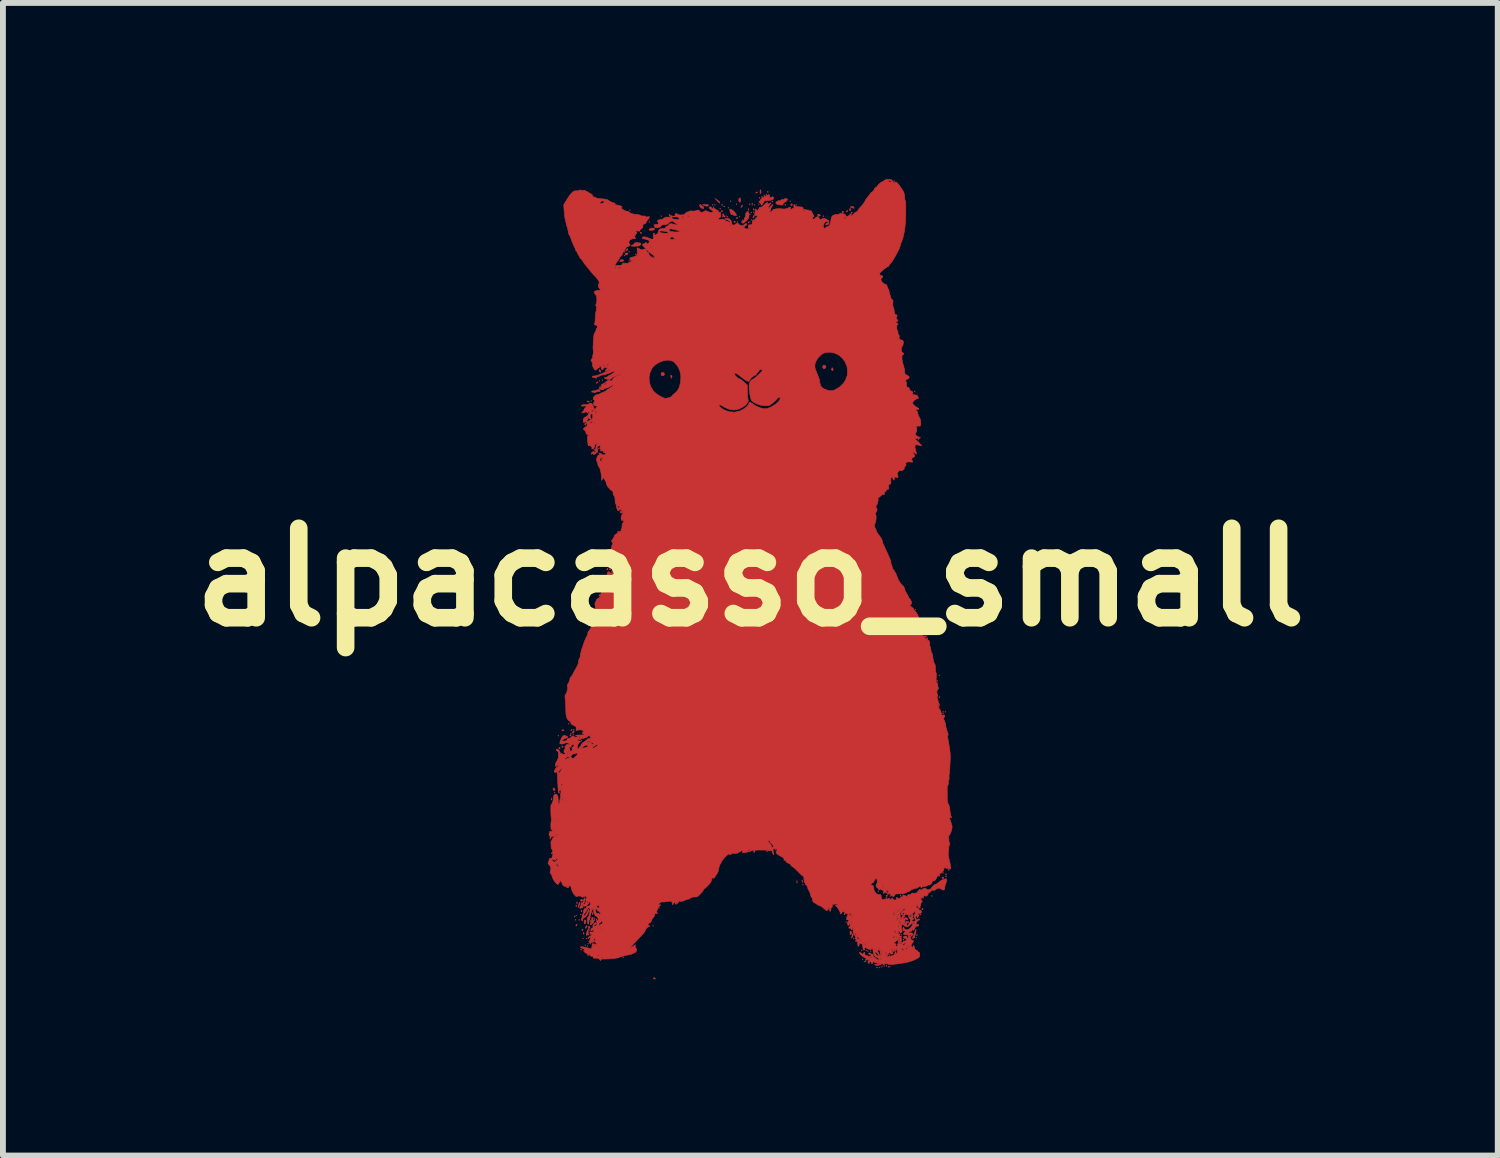
<source format=kicad_pcb>
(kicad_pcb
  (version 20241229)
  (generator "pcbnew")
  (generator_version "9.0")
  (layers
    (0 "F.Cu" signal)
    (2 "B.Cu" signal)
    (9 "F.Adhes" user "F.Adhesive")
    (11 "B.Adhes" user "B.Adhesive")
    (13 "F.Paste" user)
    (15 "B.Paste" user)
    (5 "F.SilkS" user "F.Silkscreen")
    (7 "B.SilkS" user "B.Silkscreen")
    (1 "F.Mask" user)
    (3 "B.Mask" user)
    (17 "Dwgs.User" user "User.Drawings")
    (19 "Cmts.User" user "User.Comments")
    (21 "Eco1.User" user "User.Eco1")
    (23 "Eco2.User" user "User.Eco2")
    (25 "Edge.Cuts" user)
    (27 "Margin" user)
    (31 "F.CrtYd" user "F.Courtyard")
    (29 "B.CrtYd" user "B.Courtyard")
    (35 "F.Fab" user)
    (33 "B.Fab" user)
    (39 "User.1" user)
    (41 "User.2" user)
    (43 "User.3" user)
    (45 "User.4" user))
  (footprint "alpacasso_small"
    (layer "F.Cu")
    (at 9.732 6.784)
    (property "Reference" "alpacasso_small" (at 0 0 0) (layer "F.SilkS") (effects (font (size 1.524 1.524) (thickness 0.3))))
    (attr through_hole)
    (fp_poly (pts (xy -3.327 3.664) (xy -3.334 3.67) (xy -3.34 3.664) (xy -3.334 3.658) (xy -3.327 3.664)) (stroke (width 0.01) (type solid)) (fill yes) (layer "F.Cu"))
    (fp_poly (pts (xy -3.264 2.699) (xy -3.27 2.705) (xy -3.277 2.699) (xy -3.27 2.692) (xy -3.264 2.699)) (stroke (width 0.01) (type solid)) (fill yes) (layer "F.Cu"))
    (fp_poly (pts (xy -3.086 2.496) (xy -3.092 2.502) (xy -3.099 2.496) (xy -3.092 2.489) (xy -3.086 2.496)) (stroke (width 0.01) (type solid)) (fill yes) (layer "F.Cu"))
    (fp_poly (pts (xy -3.048 2.661) (xy -3.054 2.667) (xy -3.061 2.661) (xy -3.054 2.654) (xy -3.048 2.661)) (stroke (width 0.01) (type solid)) (fill yes) (layer "F.Cu"))
    (fp_poly (pts (xy -3.01 2.673) (xy -3.016 2.68) (xy -3.023 2.673) (xy -3.016 2.667) (xy -3.01 2.673)) (stroke (width 0.01) (type solid)) (fill yes) (layer "F.Cu"))
    (fp_poly (pts (xy -2.972 5.836) (xy -2.978 5.842) (xy -2.985 5.836) (xy -2.978 5.829) (xy -2.972 5.836)) (stroke (width 0.01) (type solid)) (fill yes) (layer "F.Cu"))
    (fp_poly (pts (xy -2.959 5.759) (xy -2.965 5.766) (xy -2.972 5.759) (xy -2.965 5.753) (xy -2.959 5.759)) (stroke (width 0.01) (type solid)) (fill yes) (layer "F.Cu"))
    (fp_poly (pts (xy -2.908 5.836) (xy -2.915 5.842) (xy -2.921 5.836) (xy -2.915 5.829) (xy -2.908 5.836)) (stroke (width 0.01) (type solid)) (fill yes) (layer "F.Cu"))
    (fp_poly (pts (xy -2.883 5.747) (xy -2.889 5.753) (xy -2.896 5.747) (xy -2.889 5.74) (xy -2.883 5.747)) (stroke (width 0.01) (type solid)) (fill yes) (layer "F.Cu"))
    (fp_poly (pts (xy -2.87 2.788) (xy -2.877 2.794) (xy -2.883 2.788) (xy -2.877 2.781) (xy -2.87 2.788)) (stroke (width 0.01) (type solid)) (fill yes) (layer "F.Cu"))
    (fp_poly (pts (xy -2.845 6.153) (xy -2.851 6.16) (xy -2.857 6.153) (xy -2.851 6.147) (xy -2.845 6.153)) (stroke (width 0.01) (type solid)) (fill yes) (layer "F.Cu"))
    (fp_poly (pts (xy -2.807 6.267) (xy -2.813 6.274) (xy -2.819 6.267) (xy -2.813 6.261) (xy -2.807 6.267)) (stroke (width 0.01) (type solid)) (fill yes) (layer "F.Cu"))
    (fp_poly (pts (xy -2.781 6.153) (xy -2.788 6.16) (xy -2.794 6.153) (xy -2.788 6.147) (xy -2.781 6.153)) (stroke (width 0.01) (type solid)) (fill yes) (layer "F.Cu"))
    (fp_poly (pts (xy -2.769 6.28) (xy -2.775 6.287) (xy -2.781 6.28) (xy -2.775 6.274) (xy -2.769 6.28)) (stroke (width 0.01) (type solid)) (fill yes) (layer "F.Cu"))
    (fp_poly (pts (xy -2.756 6.242) (xy -2.762 6.248) (xy -2.769 6.242) (xy -2.762 6.236) (xy -2.756 6.242)) (stroke (width 0.01) (type solid)) (fill yes) (layer "F.Cu"))
    (fp_poly (pts (xy -2.756 6.445) (xy -2.762 6.452) (xy -2.769 6.445) (xy -2.762 6.439) (xy -2.756 6.445)) (stroke (width 0.01) (type solid)) (fill yes) (layer "F.Cu"))
    (fp_poly (pts (xy -2.731 6.013) (xy -2.737 6.02) (xy -2.743 6.013) (xy -2.737 6.007) (xy -2.731 6.013)) (stroke (width 0.01) (type solid)) (fill yes) (layer "F.Cu"))
    (fp_poly (pts (xy -2.705 -3.004) (xy -2.711 -2.997) (xy -2.718 -3.004) (xy -2.711 -3.01) (xy -2.705 -3.004)) (stroke (width 0.01) (type solid)) (fill yes) (layer "F.Cu"))
    (fp_poly (pts (xy -2.654 -2.178) (xy -2.661 -2.172) (xy -2.667 -2.178) (xy -2.661 -2.184) (xy -2.654 -2.178)) (stroke (width 0.01) (type solid)) (fill yes) (layer "F.Cu"))
    (fp_poly (pts (xy -2.578 -2.191) (xy -2.584 -2.184) (xy -2.591 -2.191) (xy -2.584 -2.197) (xy -2.578 -2.191)) (stroke (width 0.01) (type solid)) (fill yes) (layer "F.Cu"))
    (fp_poly (pts (xy -2.565 -3.346) (xy -2.572 -3.34) (xy -2.578 -3.346) (xy -2.572 -3.353) (xy -2.565 -3.346)) (stroke (width 0.01) (type solid)) (fill yes) (layer "F.Cu"))
    (fp_poly (pts (xy -2.553 -3.258) (xy -2.559 -3.251) (xy -2.565 -3.258) (xy -2.559 -3.264) (xy -2.553 -3.258)) (stroke (width 0.01) (type solid)) (fill yes) (layer "F.Cu"))
    (fp_poly (pts (xy -2.515 -3.359) (xy -2.521 -3.353) (xy -2.527 -3.359) (xy -2.521 -3.365) (xy -2.515 -3.359)) (stroke (width 0.01) (type solid)) (fill yes) (layer "F.Cu"))
    (fp_poly (pts (xy -2.159 6.471) (xy -2.165 6.477) (xy -2.172 6.471) (xy -2.165 6.464) (xy -2.159 6.471)) (stroke (width 0.01) (type solid)) (fill yes) (layer "F.Cu"))
    (fp_poly (pts (xy -2.134 -5.544) (xy -2.14 -5.537) (xy -2.146 -5.544) (xy -2.14 -5.55) (xy -2.134 -5.544)) (stroke (width 0.01) (type solid)) (fill yes) (layer "F.Cu"))
    (fp_poly (pts (xy -2.134 -5.48) (xy -2.14 -5.474) (xy -2.146 -5.48) (xy -2.14 -5.486) (xy -2.134 -5.48)) (stroke (width 0.01) (type solid)) (fill yes) (layer "F.Cu"))
    (fp_poly (pts (xy -2.057 -5.544) (xy -2.064 -5.537) (xy -2.07 -5.544) (xy -2.064 -5.55) (xy -2.057 -5.544)) (stroke (width 0.01) (type solid)) (fill yes) (layer "F.Cu"))
    (fp_poly (pts (xy -2.057 -5.391) (xy -2.064 -5.385) (xy -2.07 -5.391) (xy -2.064 -5.397) (xy -2.057 -5.391)) (stroke (width 0.01) (type solid)) (fill yes) (layer "F.Cu"))
    (fp_poly (pts (xy -2.045 -6.255) (xy -2.051 -6.248) (xy -2.057 -6.255) (xy -2.051 -6.261) (xy -2.045 -6.255)) (stroke (width 0.01) (type solid)) (fill yes) (layer "F.Cu"))
    (fp_poly (pts (xy -1.714 -6.052) (xy -1.721 -6.045) (xy -1.727 -6.052) (xy -1.721 -6.058) (xy -1.714 -6.052)) (stroke (width 0.01) (type solid)) (fill yes) (layer "F.Cu"))
    (fp_poly (pts (xy -1.651 -5.455) (xy -1.657 -5.448) (xy -1.664 -5.455) (xy -1.657 -5.461) (xy -1.651 -5.455)) (stroke (width 0.01) (type solid)) (fill yes) (layer "F.Cu"))
    (fp_poly (pts (xy -1.651 5.937) (xy -1.657 5.944) (xy -1.664 5.937) (xy -1.657 5.931) (xy -1.651 5.937)) (stroke (width 0.01) (type solid)) (fill yes) (layer "F.Cu"))
    (fp_poly (pts (xy -1.549 5.632) (xy -1.556 5.639) (xy -1.562 5.632) (xy -1.556 5.626) (xy -1.549 5.632)) (stroke (width 0.01) (type solid)) (fill yes) (layer "F.Cu"))
    (fp_poly (pts (xy -1.511 -6.153) (xy -1.518 -6.147) (xy -1.524 -6.153) (xy -1.518 -6.16) (xy -1.511 -6.153)) (stroke (width 0.01) (type solid)) (fill yes) (layer "F.Cu"))
    (fp_poly (pts (xy -0.635 -6.344) (xy -0.641 -6.337) (xy -0.648 -6.344) (xy -0.641 -6.35) (xy -0.635 -6.344)) (stroke (width 0.01) (type solid)) (fill yes) (layer "F.Cu"))
    (fp_poly (pts (xy -0.597 -6.344) (xy -0.603 -6.337) (xy -0.61 -6.344) (xy -0.603 -6.35) (xy -0.597 -6.344)) (stroke (width 0.01) (type solid)) (fill yes) (layer "F.Cu"))
    (fp_poly (pts (xy -0.508 -6.28) (xy -0.514 -6.274) (xy -0.521 -6.28) (xy -0.514 -6.287) (xy -0.508 -6.28)) (stroke (width 0.01) (type solid)) (fill yes) (layer "F.Cu"))
    (fp_poly (pts (xy -0.47 -6.14) (xy -0.476 -6.134) (xy -0.483 -6.14) (xy -0.476 -6.147) (xy -0.47 -6.14)) (stroke (width 0.01) (type solid)) (fill yes) (layer "F.Cu"))
    (fp_poly (pts (xy -0.406 -6.153) (xy -0.413 -6.147) (xy -0.419 -6.153) (xy -0.413 -6.16) (xy -0.406 -6.153)) (stroke (width 0.01) (type solid)) (fill yes) (layer "F.Cu"))
    (fp_poly (pts (xy -0.381 -6.14) (xy -0.387 -6.134) (xy -0.394 -6.14) (xy -0.387 -6.147) (xy -0.381 -6.14)) (stroke (width 0.01) (type solid)) (fill yes) (layer "F.Cu"))
    (fp_poly (pts (xy -0.368 -6.293) (xy -0.375 -6.287) (xy -0.381 -6.293) (xy -0.375 -6.299) (xy -0.368 -6.293)) (stroke (width 0.01) (type solid)) (fill yes) (layer "F.Cu"))
    (fp_poly (pts (xy -0.33 -6.407) (xy -0.337 -6.401) (xy -0.343 -6.407) (xy -0.337 -6.413) (xy -0.33 -6.407)) (stroke (width 0.01) (type solid)) (fill yes) (layer "F.Cu"))
    (fp_poly (pts (xy -0.229 -6.356) (xy -0.235 -6.35) (xy -0.241 -6.356) (xy -0.235 -6.363) (xy -0.229 -6.356)) (stroke (width 0.01) (type solid)) (fill yes) (layer "F.Cu"))
    (fp_poly (pts (xy -0.216 -6.052) (xy -0.222 -6.045) (xy -0.229 -6.052) (xy -0.222 -6.058) (xy -0.216 -6.052)) (stroke (width 0.01) (type solid)) (fill yes) (layer "F.Cu"))
    (fp_poly (pts (xy -0.178 -6.14) (xy -0.184 -6.134) (xy -0.191 -6.14) (xy -0.184 -6.147) (xy -0.178 -6.14)) (stroke (width 0.01) (type solid)) (fill yes) (layer "F.Cu"))
    (fp_poly (pts (xy 0 -6.052) (xy -0.006 -6.045) (xy -0.013 -6.052) (xy -0.006 -6.058) (xy 0 -6.052)) (stroke (width 0.01) (type solid)) (fill yes) (layer "F.Cu"))
    (fp_poly (pts (xy 0.025 -6.217) (xy 0.019 -6.21) (xy 0.013 -6.217) (xy 0.019 -6.223) (xy 0.025 -6.217)) (stroke (width 0.01) (type solid)) (fill yes) (layer "F.Cu"))
    (fp_poly (pts (xy 0.025 -6.09) (xy 0.019 -6.083) (xy 0.013 -6.09) (xy 0.019 -6.096) (xy 0.025 -6.09)) (stroke (width 0.01) (type solid)) (fill yes) (layer "F.Cu"))
    (fp_poly (pts (xy 0.038 -6.369) (xy 0.032 -6.363) (xy 0.025 -6.369) (xy 0.032 -6.375) (xy 0.038 -6.369)) (stroke (width 0.01) (type solid)) (fill yes) (layer "F.Cu"))
    (fp_poly (pts (xy 0.038 -6.344) (xy 0.032 -6.337) (xy 0.025 -6.344) (xy 0.032 -6.35) (xy 0.038 -6.344)) (stroke (width 0.01) (type solid)) (fill yes) (layer "F.Cu"))
    (fp_poly (pts (xy 0.064 -6.217) (xy 0.057 -6.21) (xy 0.051 -6.217) (xy 0.057 -6.223) (xy 0.064 -6.217)) (stroke (width 0.01) (type solid)) (fill yes) (layer "F.Cu"))
    (fp_poly (pts (xy 0.076 -6.344) (xy 0.07 -6.337) (xy 0.064 -6.344) (xy 0.07 -6.35) (xy 0.076 -6.344)) (stroke (width 0.01) (type solid)) (fill yes) (layer "F.Cu"))
    (fp_poly (pts (xy 0.152 -6.356) (xy 0.146 -6.35) (xy 0.14 -6.356) (xy 0.146 -6.363) (xy 0.152 -6.356)) (stroke (width 0.01) (type solid)) (fill yes) (layer "F.Cu"))
    (fp_poly (pts (xy 0.279 -6.521) (xy 0.273 -6.515) (xy 0.267 -6.521) (xy 0.273 -6.528) (xy 0.279 -6.521)) (stroke (width 0.01) (type solid)) (fill yes) (layer "F.Cu"))
    (fp_poly (pts (xy 0.292 4.667) (xy 0.286 4.674) (xy 0.279 4.667) (xy 0.286 4.661) (xy 0.292 4.667)) (stroke (width 0.01) (type solid)) (fill yes) (layer "F.Cu"))
    (fp_poly (pts (xy 0.432 4.642) (xy 0.425 4.648) (xy 0.419 4.642) (xy 0.425 4.636) (xy 0.432 4.642)) (stroke (width 0.01) (type solid)) (fill yes) (layer "F.Cu"))
    (fp_poly (pts (xy 0.686 -6.407) (xy 0.679 -6.401) (xy 0.673 -6.407) (xy 0.679 -6.413) (xy 0.686 -6.407)) (stroke (width 0.01) (type solid)) (fill yes) (layer "F.Cu"))
    (fp_poly (pts (xy 0.787 -6.344) (xy 0.781 -6.337) (xy 0.775 -6.344) (xy 0.781 -6.35) (xy 0.787 -6.344)) (stroke (width 0.01) (type solid)) (fill yes) (layer "F.Cu"))
    (fp_poly (pts (xy 0.8 5.175) (xy 0.794 5.182) (xy 0.787 5.175) (xy 0.794 5.169) (xy 0.8 5.175)) (stroke (width 0.01) (type solid)) (fill yes) (layer "F.Cu"))
    (fp_poly (pts (xy 0.8 5.201) (xy 0.794 5.207) (xy 0.787 5.201) (xy 0.794 5.194) (xy 0.8 5.201)) (stroke (width 0.01) (type solid)) (fill yes) (layer "F.Cu"))
    (fp_poly (pts (xy 0.889 5.163) (xy 0.883 5.169) (xy 0.876 5.163) (xy 0.883 5.156) (xy 0.889 5.163)) (stroke (width 0.01) (type solid)) (fill yes) (layer "F.Cu"))
    (fp_poly (pts (xy 0.902 5.239) (xy 0.895 5.245) (xy 0.889 5.239) (xy 0.895 5.232) (xy 0.902 5.239)) (stroke (width 0.01) (type solid)) (fill yes) (layer "F.Cu"))
    (fp_poly (pts (xy 1.638 5.874) (xy 1.632 5.88) (xy 1.626 5.874) (xy 1.632 5.867) (xy 1.638 5.874)) (stroke (width 0.01) (type solid)) (fill yes) (layer "F.Cu"))
    (fp_poly (pts (xy 1.765 6.153) (xy 1.759 6.16) (xy 1.753 6.153) (xy 1.759 6.147) (xy 1.765 6.153)) (stroke (width 0.01) (type solid)) (fill yes) (layer "F.Cu"))
    (fp_poly (pts (xy 1.905 6.356) (xy 1.899 6.363) (xy 1.892 6.356) (xy 1.899 6.35) (xy 1.905 6.356)) (stroke (width 0.01) (type solid)) (fill yes) (layer "F.Cu"))
    (fp_poly (pts (xy 1.918 6.509) (xy 1.911 6.515) (xy 1.905 6.509) (xy 1.911 6.502) (xy 1.918 6.509)) (stroke (width 0.01) (type solid)) (fill yes) (layer "F.Cu"))
    (fp_poly (pts (xy 1.981 6.356) (xy 1.975 6.363) (xy 1.968 6.356) (xy 1.975 6.35) (xy 1.981 6.356)) (stroke (width 0.01) (type solid)) (fill yes) (layer "F.Cu"))
    (fp_poly (pts (xy 2.007 6.369) (xy 2 6.375) (xy 1.994 6.369) (xy 2 6.363) (xy 2.007 6.369)) (stroke (width 0.01) (type solid)) (fill yes) (layer "F.Cu"))
    (fp_poly (pts (xy 2.057 6.369) (xy 2.051 6.375) (xy 2.045 6.369) (xy 2.051 6.363) (xy 2.057 6.369)) (stroke (width 0.01) (type solid)) (fill yes) (layer "F.Cu"))
    (fp_poly (pts (xy 2.184 5.353) (xy 2.178 5.359) (xy 2.172 5.353) (xy 2.178 5.347) (xy 2.184 5.353)) (stroke (width 0.01) (type solid)) (fill yes) (layer "F.Cu"))
    (fp_poly (pts (xy 2.21 6.356) (xy 2.203 6.363) (xy 2.197 6.356) (xy 2.203 6.35) (xy 2.21 6.356)) (stroke (width 0.01) (type solid)) (fill yes) (layer "F.Cu"))
    (fp_poly (pts (xy 2.21 6.648) (xy 2.203 6.655) (xy 2.197 6.648) (xy 2.203 6.642) (xy 2.21 6.648)) (stroke (width 0.01) (type solid)) (fill yes) (layer "F.Cu"))
    (fp_poly (pts (xy 2.248 6.636) (xy 2.242 6.642) (xy 2.235 6.636) (xy 2.242 6.629) (xy 2.248 6.636)) (stroke (width 0.01) (type solid)) (fill yes) (layer "F.Cu"))
    (fp_poly (pts (xy 2.286 6.623) (xy 2.28 6.629) (xy 2.273 6.623) (xy 2.28 6.617) (xy 2.286 6.623)) (stroke (width 0.01) (type solid)) (fill yes) (layer "F.Cu"))
    (fp_poly (pts (xy 2.375 6.433) (xy 2.369 6.439) (xy 2.362 6.433) (xy 2.369 6.426) (xy 2.375 6.433)) (stroke (width 0.01) (type solid)) (fill yes) (layer "F.Cu"))
    (fp_poly (pts (xy 2.388 5.429) (xy 2.381 5.436) (xy 2.375 5.429) (xy 2.381 5.423) (xy 2.388 5.429)) (stroke (width 0.01) (type solid)) (fill yes) (layer "F.Cu"))
    (fp_poly (pts (xy 2.578 6.09) (xy 2.572 6.096) (xy 2.565 6.09) (xy 2.572 6.083) (xy 2.578 6.09)) (stroke (width 0.01) (type solid)) (fill yes) (layer "F.Cu"))
    (fp_poly (pts (xy 2.578 6.217) (xy 2.572 6.223) (xy 2.565 6.217) (xy 2.572 6.21) (xy 2.578 6.217)) (stroke (width 0.01) (type solid)) (fill yes) (layer "F.Cu"))
    (fp_poly (pts (xy 2.743 5.759) (xy 2.737 5.766) (xy 2.731 5.759) (xy 2.737 5.753) (xy 2.743 5.759)) (stroke (width 0.01) (type solid)) (fill yes) (layer "F.Cu"))
    (fp_poly (pts (xy 2.807 -3.169) (xy 2.8 -3.162) (xy 2.794 -3.169) (xy 2.8 -3.175) (xy 2.807 -3.169)) (stroke (width 0.01) (type solid)) (fill yes) (layer "F.Cu"))
    (fp_poly (pts (xy 2.819 0.552) (xy 2.813 0.559) (xy 2.807 0.552) (xy 2.813 0.546) (xy 2.819 0.552)) (stroke (width 0.01) (type solid)) (fill yes) (layer "F.Cu"))
    (fp_poly (pts (xy 2.832 6.14) (xy 2.826 6.147) (xy 2.819 6.14) (xy 2.826 6.134) (xy 2.832 6.14)) (stroke (width 0.01) (type solid)) (fill yes) (layer "F.Cu"))
    (fp_poly (pts (xy 2.87 -2.343) (xy 2.864 -2.337) (xy 2.857 -2.343) (xy 2.864 -2.349) (xy 2.87 -2.343)) (stroke (width 0.01) (type solid)) (fill yes) (layer "F.Cu"))
    (fp_poly (pts (xy 2.908 5.747) (xy 2.902 5.753) (xy 2.896 5.747) (xy 2.902 5.74) (xy 2.908 5.747)) (stroke (width 0.01) (type solid)) (fill yes) (layer "F.Cu"))
    (fp_poly (pts (xy 3.099 5.429) (xy 3.092 5.436) (xy 3.086 5.429) (xy 3.092 5.423) (xy 3.099 5.429)) (stroke (width 0.01) (type solid)) (fill yes) (layer "F.Cu"))
    (fp_poly (pts (xy 3.188 1.759) (xy 3.181 1.765) (xy 3.175 1.759) (xy 3.181 1.753) (xy 3.188 1.759)) (stroke (width 0.01) (type solid)) (fill yes) (layer "F.Cu"))
    (fp_poly (pts (xy 3.188 1.784) (xy 3.181 1.791) (xy 3.175 1.784) (xy 3.181 1.778) (xy 3.188 1.784)) (stroke (width 0.01) (type solid)) (fill yes) (layer "F.Cu"))
    (fp_poly (pts (xy 3.226 1.67) (xy 3.219 1.676) (xy 3.213 1.67) (xy 3.219 1.664) (xy 3.226 1.67)) (stroke (width 0.01) (type solid)) (fill yes) (layer "F.Cu"))
    (fp_poly (pts (xy 3.226 2.191) (xy 3.219 2.197) (xy 3.213 2.191) (xy 3.219 2.184) (xy 3.226 2.191)) (stroke (width 0.01) (type solid)) (fill yes) (layer "F.Cu"))
    (fp_poly (pts (xy 3.289 2.292) (xy 3.283 2.299) (xy 3.277 2.292) (xy 3.283 2.286) (xy 3.289 2.292)) (stroke (width 0.01) (type solid)) (fill yes) (layer "F.Cu"))
    (fp_poly (pts (xy 3.289 2.318) (xy 3.283 2.324) (xy 3.277 2.318) (xy 3.283 2.311) (xy 3.289 2.318)) (stroke (width 0.01) (type solid)) (fill yes) (layer "F.Cu"))
    (fp_poly (pts (xy 3.289 5.036) (xy 3.283 5.042) (xy 3.277 5.036) (xy 3.283 5.029) (xy 3.289 5.036)) (stroke (width 0.01) (type solid)) (fill yes) (layer "F.Cu"))
    (fp_poly (pts (xy 3.327 2.292) (xy 3.321 2.299) (xy 3.315 2.292) (xy 3.321 2.286) (xy 3.327 2.292)) (stroke (width 0.01) (type solid)) (fill yes) (layer "F.Cu"))
    (fp_poly (pts (xy 3.34 5.099) (xy 3.334 5.105) (xy 3.327 5.099) (xy 3.334 5.093) (xy 3.34 5.099)) (stroke (width 0.01) (type solid)) (fill yes) (layer "F.Cu"))
    (fp_poly (pts (xy -3.382 3.77) (xy -3.381 3.789) (xy -3.383 3.794) (xy -3.389 3.79) (xy -3.39 3.777) (xy -3.387 3.764) (xy -3.382 3.77)) (stroke (width 0.01) (type solid)) (fill yes) (layer "F.Cu"))
    (fp_poly (pts (xy -3.001 2.595) (xy -3.003 2.603) (xy -3.01 2.603) (xy -3.02 2.599) (xy -3.018 2.595) (xy -3.003 2.594) (xy -3.001 2.595)) (stroke (width 0.01) (type solid)) (fill yes) (layer "F.Cu"))
    (fp_poly (pts (xy -2.989 5.77) (xy -2.987 5.785) (xy -2.989 5.787) (xy -2.996 5.785) (xy -2.997 5.779) (xy -2.993 5.768) (xy -2.989 5.77)) (stroke (width 0.01) (type solid)) (fill yes) (layer "F.Cu"))
    (fp_poly (pts (xy -2.963 5.586) (xy -2.962 5.605) (xy -2.964 5.61) (xy -2.97 5.606) (xy -2.971 5.593) (xy -2.968 5.58) (xy -2.963 5.586)) (stroke (width 0.01) (type solid)) (fill yes) (layer "F.Cu"))
    (fp_poly (pts (xy -2.95 5.535) (xy -2.949 5.555) (xy -2.951 5.559) (xy -2.957 5.555) (xy -2.958 5.542) (xy -2.955 5.529) (xy -2.95 5.535)) (stroke (width 0.01) (type solid)) (fill yes) (layer "F.Cu"))
    (fp_poly (pts (xy -2.874 6.342) (xy -2.876 6.349) (xy -2.883 6.35) (xy -2.893 6.345) (xy -2.891 6.342) (xy -2.876 6.34) (xy -2.874 6.342)) (stroke (width 0.01) (type solid)) (fill yes) (layer "F.Cu"))
    (fp_poly (pts (xy -2.874 5.675) (xy -2.873 5.694) (xy -2.875 5.699) (xy -2.881 5.695) (xy -2.882 5.682) (xy -2.879 5.669) (xy -2.874 5.675)) (stroke (width 0.01) (type solid)) (fill yes) (layer "F.Cu"))
    (fp_poly (pts (xy -2.836 6.056) (xy -2.835 6.075) (xy -2.837 6.08) (xy -2.843 6.076) (xy -2.844 6.063) (xy -2.841 6.05) (xy -2.836 6.056)) (stroke (width 0.01) (type solid)) (fill yes) (layer "F.Cu"))
    (fp_poly (pts (xy -2.684 5.712) (xy -2.682 5.738) (xy -2.684 5.744) (xy -2.689 5.745) (xy -2.69 5.728) (xy -2.688 5.71) (xy -2.684 5.712)) (stroke (width 0.01) (type solid)) (fill yes) (layer "F.Cu"))
    (fp_poly (pts (xy -2.659 5.795) (xy -2.657 5.811) (xy -2.659 5.812) (xy -2.666 5.811) (xy -2.667 5.804) (xy -2.662 5.793) (xy -2.659 5.795)) (stroke (width 0.01) (type solid)) (fill yes) (layer "F.Cu"))
    (fp_poly (pts (xy -2.354 -0.034) (xy -2.352 -0.019) (xy -2.354 -0.017) (xy -2.361 -0.019) (xy -2.362 -0.025) (xy -2.358 -0.036) (xy -2.354 -0.034)) (stroke (width 0.01) (type solid)) (fill yes) (layer "F.Cu"))
    (fp_poly (pts (xy -1.947 -5.508) (xy -1.946 -5.492) (xy -1.947 -5.491) (xy -1.955 -5.492) (xy -1.956 -5.499) (xy -1.951 -5.51) (xy -1.947 -5.508)) (stroke (width 0.01) (type solid)) (fill yes) (layer "F.Cu"))
    (fp_poly (pts (xy -0.474 -6.346) (xy -0.476 -6.338) (xy -0.483 -6.337) (xy -0.493 -6.342) (xy -0.491 -6.346) (xy -0.476 -6.347) (xy -0.474 -6.346)) (stroke (width 0.01) (type solid)) (fill yes) (layer "F.Cu"))
    (fp_poly (pts (xy -0.436 -6.32) (xy -0.438 -6.313) (xy -0.445 -6.312) (xy -0.455 -6.317) (xy -0.453 -6.32) (xy -0.438 -6.322) (xy -0.436 -6.32)) (stroke (width 0.01) (type solid)) (fill yes) (layer "F.Cu"))
    (fp_poly (pts (xy -0.03 -6.054) (xy -0.028 -6.039) (xy -0.03 -6.037) (xy -0.037 -6.038) (xy -0.038 -6.045) (xy -0.033 -6.056) (xy -0.03 -6.054)) (stroke (width 0.01) (type solid)) (fill yes) (layer "F.Cu"))
    (fp_poly (pts (xy -0.029 -6.276) (xy -0.028 -6.256) (xy -0.03 -6.252) (xy -0.036 -6.256) (xy -0.037 -6.269) (xy -0.034 -6.282) (xy -0.029 -6.276)) (stroke (width 0.01) (type solid)) (fill yes) (layer "F.Cu"))
    (fp_poly (pts (xy -0.004 -6.358) (xy -0.006 -6.351) (xy -0.013 -6.35) (xy -0.023 -6.355) (xy -0.021 -6.358) (xy -0.006 -6.36) (xy -0.004 -6.358)) (stroke (width 0.01) (type solid)) (fill yes) (layer "F.Cu"))
    (fp_poly (pts (xy -0.004 -6.193) (xy -0.003 -6.178) (xy -0.004 -6.176) (xy -0.012 -6.178) (xy -0.013 -6.185) (xy -0.008 -6.195) (xy -0.004 -6.193)) (stroke (width 0.01) (type solid)) (fill yes) (layer "F.Cu"))
    (fp_poly (pts (xy 0.059 -6.276) (xy 0.061 -6.256) (xy 0.058 -6.252) (xy 0.053 -6.256) (xy 0.052 -6.269) (xy 0.055 -6.282) (xy 0.059 -6.276)) (stroke (width 0.01) (type solid)) (fill yes) (layer "F.Cu"))
    (fp_poly (pts (xy 0.161 -6.473) (xy 0.162 -6.458) (xy 0.161 -6.456) (xy 0.153 -6.458) (xy 0.152 -6.464) (xy 0.157 -6.475) (xy 0.161 -6.473)) (stroke (width 0.01) (type solid)) (fill yes) (layer "F.Cu"))
    (fp_poly (pts (xy 0.301 -6.574) (xy 0.302 -6.559) (xy 0.301 -6.557) (xy 0.293 -6.559) (xy 0.292 -6.566) (xy 0.297 -6.576) (xy 0.301 -6.574)) (stroke (width 0.01) (type solid)) (fill yes) (layer "F.Cu"))
    (fp_poly (pts (xy 0.377 -6.409) (xy 0.378 -6.394) (xy 0.377 -6.392) (xy 0.369 -6.394) (xy 0.368 -6.401) (xy 0.373 -6.411) (xy 0.377 -6.409)) (stroke (width 0.01) (type solid)) (fill yes) (layer "F.Cu"))
    (fp_poly (pts (xy 0.605 -6.346) (xy 0.604 -6.338) (xy 0.597 -6.337) (xy 0.586 -6.342) (xy 0.588 -6.346) (xy 0.604 -6.347) (xy 0.605 -6.346)) (stroke (width 0.01) (type solid)) (fill yes) (layer "F.Cu"))
    (fp_poly (pts (xy 0.897 5.186) (xy 0.896 5.193) (xy 0.889 5.194) (xy 0.879 5.19) (xy 0.881 5.186) (xy 0.896 5.184) (xy 0.897 5.186)) (stroke (width 0.01) (type solid)) (fill yes) (layer "F.Cu"))
    (fp_poly (pts (xy 1.253 -6.155) (xy 1.251 -6.148) (xy 1.245 -6.147) (xy 1.234 -6.151) (xy 1.236 -6.155) (xy 1.251 -6.157) (xy 1.253 -6.155)) (stroke (width 0.01) (type solid)) (fill yes) (layer "F.Cu"))
    (fp_poly (pts (xy 1.609 5.725) (xy 1.61 5.745) (xy 1.608 5.75) (xy 1.602 5.746) (xy 1.601 5.733) (xy 1.604 5.719) (xy 1.609 5.725)) (stroke (width 0.01) (type solid)) (fill yes) (layer "F.Cu"))
    (fp_poly (pts (xy 1.736 -6.219) (xy 1.734 -6.211) (xy 1.727 -6.21) (xy 1.717 -6.215) (xy 1.719 -6.219) (xy 1.734 -6.22) (xy 1.736 -6.219)) (stroke (width 0.01) (type solid)) (fill yes) (layer "F.Cu"))
    (fp_poly (pts (xy 1.965 6.546) (xy 1.961 6.551) (xy 1.948 6.552) (xy 1.935 6.549) (xy 1.941 6.545) (xy 1.961 6.543) (xy 1.965 6.546)) (stroke (width 0.01) (type solid)) (fill yes) (layer "F.Cu"))
    (fp_poly (pts (xy 2.167 6.646) (xy 2.166 6.654) (xy 2.159 6.655) (xy 2.149 6.65) (xy 2.151 6.646) (xy 2.166 6.645) (xy 2.167 6.646)) (stroke (width 0.01) (type solid)) (fill yes) (layer "F.Cu"))
    (fp_poly (pts (xy 2.32 5.453) (xy 2.321 5.468) (xy 2.32 5.469) (xy 2.312 5.468) (xy 2.311 5.461) (xy 2.316 5.451) (xy 2.32 5.453)) (stroke (width 0.01) (type solid)) (fill yes) (layer "F.Cu"))
    (fp_poly (pts (xy 2.32 6.608) (xy 2.321 6.623) (xy 2.32 6.625) (xy 2.312 6.623) (xy 2.311 6.617) (xy 2.316 6.606) (xy 2.32 6.608)) (stroke (width 0.01) (type solid)) (fill yes) (layer "F.Cu"))
    (fp_poly (pts (xy 2.378 6.634) (xy 2.38 6.638) (xy 2.362 6.64) (xy 2.344 6.638) (xy 2.346 6.634) (xy 2.372 6.632) (xy 2.378 6.634)) (stroke (width 0.01) (type solid)) (fill yes) (layer "F.Cu"))
    (fp_poly (pts (xy 2.46 -6.752) (xy 2.458 -6.745) (xy 2.451 -6.744) (xy 2.441 -6.748) (xy 2.443 -6.752) (xy 2.458 -6.754) (xy 2.46 -6.752)) (stroke (width 0.01) (type solid)) (fill yes) (layer "F.Cu"))
    (fp_poly (pts (xy 2.561 5.414) (xy 2.563 5.43) (xy 2.561 5.431) (xy 2.554 5.43) (xy 2.553 5.423) (xy 2.557 5.412) (xy 2.561 5.414)) (stroke (width 0.01) (type solid)) (fill yes) (layer "F.Cu"))
    (fp_poly (pts (xy 2.612 6.164) (xy 2.613 6.179) (xy 2.612 6.181) (xy 2.604 6.179) (xy 2.603 6.172) (xy 2.608 6.162) (xy 2.612 6.164)) (stroke (width 0.01) (type solid)) (fill yes) (layer "F.Cu"))
    (fp_poly (pts (xy 2.841 6.088) (xy 2.842 6.103) (xy 2.841 6.104) (xy 2.833 6.103) (xy 2.832 6.096) (xy 2.837 6.086) (xy 2.841 6.088)) (stroke (width 0.01) (type solid)) (fill yes) (layer "F.Cu"))
    (fp_poly (pts (xy 3.222 2.036) (xy 3.223 2.051) (xy 3.222 2.053) (xy 3.214 2.051) (xy 3.213 2.045) (xy 3.218 2.034) (xy 3.222 2.036)) (stroke (width 0.01) (type solid)) (fill yes) (layer "F.Cu"))
    (fp_poly (pts (xy 3.336 5.052) (xy 3.338 5.072) (xy 3.335 5.077) (xy 3.329 5.073) (xy 3.328 5.06) (xy 3.332 5.046) (xy 3.336 5.052)) (stroke (width 0.01) (type solid)) (fill yes) (layer "F.Cu"))
    (fp_poly (pts (xy 3.387 4.983) (xy 3.385 4.99) (xy 3.378 4.991) (xy 3.368 4.986) (xy 3.37 4.983) (xy 3.385 4.981) (xy 3.387 4.983)) (stroke (width 0.01) (type solid)) (fill yes) (layer "F.Cu"))
    (fp_poly (pts (xy -2.952 5.914) (xy -2.954 5.924) (xy -2.965 5.942) (xy -2.971 5.939) (xy -2.972 5.932) (xy -2.963 5.914) (xy -2.959 5.912) (xy -2.952 5.914)) (stroke (width 0.01) (type solid)) (fill yes) (layer "F.Cu"))
    (fp_poly (pts (xy -2.867 5.486) (xy -2.86 5.5) (xy -2.867 5.517) (xy -2.877 5.52) (xy -2.892 5.512) (xy -2.893 5.503) (xy -2.882 5.485) (xy -2.867 5.486)) (stroke (width 0.01) (type solid)) (fill yes) (layer "F.Cu"))
    (fp_poly (pts (xy -2.597 -3.325) (xy -2.601 -3.316) (xy -2.612 -3.309) (xy -2.627 -3.305) (xy -2.621 -3.315) (xy -2.62 -3.316) (xy -2.603 -3.326) (xy -2.597 -3.325)) (stroke (width 0.01) (type solid)) (fill yes) (layer "F.Cu"))
    (fp_poly (pts (xy -2.553 -3.519) (xy -2.546 -3.498) (xy -2.553 -3.493) (xy -2.568 -3.503) (xy -2.574 -3.512) (xy -2.577 -3.534) (xy -2.568 -3.537) (xy -2.553 -3.519)) (stroke (width 0.01) (type solid)) (fill yes) (layer "F.Cu"))
    (fp_poly (pts (xy 0.121 -6.563) (xy 0.117 -6.554) (xy 0.105 -6.548) (xy 0.09 -6.544) (xy 0.097 -6.553) (xy 0.098 -6.555) (xy 0.115 -6.565) (xy 0.121 -6.563)) (stroke (width 0.01) (type solid)) (fill yes) (layer "F.Cu"))
    (fp_poly (pts (xy 0.71 -6.361) (xy 0.716 -6.348) (xy 0.712 -6.339) (xy 0.7 -6.329) (xy 0.692 -6.337) (xy 0.689 -6.356) (xy 0.704 -6.362) (xy 0.71 -6.361)) (stroke (width 0.01) (type solid)) (fill yes) (layer "F.Cu"))
    (fp_poly (pts (xy 1.712 -6.276) (xy 1.714 -6.267) (xy 1.707 -6.25) (xy 1.69 -6.252) (xy 1.684 -6.26) (xy 1.687 -6.273) (xy 1.696 -6.278) (xy 1.712 -6.276)) (stroke (width 0.01) (type solid)) (fill yes) (layer "F.Cu"))
    (fp_poly (pts (xy -3.334 3.602) (xy -3.328 3.623) (xy -3.336 3.632) (xy -3.351 3.628) (xy -3.359 3.619) (xy -3.361 3.598) (xy -3.358 3.593) (xy -3.347 3.589) (xy -3.334 3.602)) (stroke (width 0.01) (type solid)) (fill yes) (layer "F.Cu"))
    (fp_poly (pts (xy -3.239 2.905) (xy -3.239 2.908) (xy -3.248 2.921) (xy -3.251 2.921) (xy -3.264 2.911) (xy -3.264 2.908) (xy -3.254 2.896) (xy -3.251 2.896) (xy -3.239 2.905)) (stroke (width 0.01) (type solid)) (fill yes) (layer "F.Cu"))
    (fp_poly (pts (xy -3.2 2.877) (xy -3.188 2.888) (xy -3.188 2.89) (xy -3.198 2.895) (xy -3.2 2.896) (xy -3.213 2.886) (xy -3.213 2.882) (xy -3.205 2.875) (xy -3.2 2.877)) (stroke (width 0.01) (type solid)) (fill yes) (layer "F.Cu"))
    (fp_poly (pts (xy -3.175 2.604) (xy -3.185 2.615) (xy -3.194 2.616) (xy -3.211 2.613) (xy -3.213 2.611) (xy -3.203 2.603) (xy -3.194 2.599) (xy -3.178 2.599) (xy -3.175 2.604)) (stroke (width 0.01) (type solid)) (fill yes) (layer "F.Cu"))
    (fp_poly (pts (xy -3.052 2.687) (xy -3.054 2.692) (xy -3.066 2.705) (xy -3.068 2.705) (xy -3.073 2.695) (xy -3.073 2.692) (xy -3.064 2.68) (xy -3.06 2.68) (xy -3.052 2.687)) (stroke (width 0.01) (type solid)) (fill yes) (layer "F.Cu"))
    (fp_poly (pts (xy -3.039 2.599) (xy -3.042 2.603) (xy -3.054 2.616) (xy -3.056 2.616) (xy -3.057 2.608) (xy -3.054 2.603) (xy -3.042 2.591) (xy -3.04 2.591) (xy -3.039 2.599)) (stroke (width 0.01) (type solid)) (fill yes) (layer "F.Cu"))
    (fp_poly (pts (xy -2.999 2.622) (xy -3 2.63) (xy -3.016 2.649) (xy -3.022 2.652) (xy -3.034 2.648) (xy -3.033 2.641) (xy -3.017 2.622) (xy -3.011 2.619) (xy -2.999 2.622)) (stroke (width 0.01) (type solid)) (fill yes) (layer "F.Cu"))
    (fp_poly (pts (xy -2.902 5.54) (xy -2.902 5.554) (xy -2.912 5.582) (xy -2.915 5.589) (xy -2.934 5.632) (xy -2.926 5.588) (xy -2.918 5.552) (xy -2.911 5.537) (xy -2.902 5.54)) (stroke (width 0.01) (type solid)) (fill yes) (layer "F.Cu"))
    (fp_poly (pts (xy -2.849 6.002) (xy -2.851 6.007) (xy -2.863 6.019) (xy -2.865 6.02) (xy -2.87 6.01) (xy -2.87 6.007) (xy -2.86 5.995) (xy -2.857 5.994) (xy -2.849 6.002)) (stroke (width 0.01) (type solid)) (fill yes) (layer "F.Cu"))
    (fp_poly (pts (xy -2.794 -2.62) (xy -2.794 -2.617) (xy -2.803 -2.6) (xy -2.807 -2.597) (xy -2.818 -2.6) (xy -2.819 -2.609) (xy -2.813 -2.626) (xy -2.807 -2.629) (xy -2.794 -2.62)) (stroke (width 0.01) (type solid)) (fill yes) (layer "F.Cu"))
    (fp_poly (pts (xy -2.785 5.951) (xy -2.794 5.969) (xy -2.804 5.981) (xy -2.806 5.969) (xy -2.807 5.967) (xy -2.8 5.944) (xy -2.794 5.937) (xy -2.783 5.936) (xy -2.785 5.951)) (stroke (width 0.01) (type solid)) (fill yes) (layer "F.Cu"))
    (fp_poly (pts (xy -2.762 -3.002) (xy -2.746 -2.993) (xy -2.743 -2.989) (xy -2.754 -2.985) (xy -2.762 -2.985) (xy -2.779 -2.991) (xy -2.781 -2.997) (xy -2.772 -3.004) (xy -2.762 -3.002)) (stroke (width 0.01) (type solid)) (fill yes) (layer "F.Cu"))
    (fp_poly (pts (xy -2.682 5.802) (xy -2.68 5.817) (xy -2.685 5.837) (xy -2.692 5.842) (xy -2.703 5.831) (xy -2.705 5.817) (xy -2.7 5.796) (xy -2.692 5.791) (xy -2.682 5.802)) (stroke (width 0.01) (type solid)) (fill yes) (layer "F.Cu"))
    (fp_poly (pts (xy -2.426 -0.143) (xy -2.426 -0.14) (xy -2.435 -0.127) (xy -2.439 -0.127) (xy -2.447 -0.135) (xy -2.445 -0.14) (xy -2.433 -0.152) (xy -2.431 -0.152) (xy -2.426 -0.143)) (stroke (width 0.01) (type solid)) (fill yes) (layer "F.Cu"))
    (fp_poly (pts (xy -2.388 -0.146) (xy -2.375 -0.135) (xy -2.375 -0.133) (xy -2.385 -0.127) (xy -2.388 -0.127) (xy -2.4 -0.137) (xy -2.4 -0.14) (xy -2.393 -0.148) (xy -2.388 -0.146)) (stroke (width 0.01) (type solid)) (fill yes) (layer "F.Cu"))
    (fp_poly (pts (xy -2.364 -0.193) (xy -2.362 -0.184) (xy -2.372 -0.167) (xy -2.381 -0.165) (xy -2.398 -0.175) (xy -2.4 -0.184) (xy -2.39 -0.201) (xy -2.381 -0.203) (xy -2.364 -0.193)) (stroke (width 0.01) (type solid)) (fill yes) (layer "F.Cu"))
    (fp_poly (pts (xy -2.188 -1.115) (xy -2.184 -1.104) (xy -2.192 -1.093) (xy -2.208 -1.097) (xy -2.217 -1.106) (xy -2.22 -1.123) (xy -2.218 -1.126) (xy -2.203 -1.127) (xy -2.188 -1.115)) (stroke (width 0.01) (type solid)) (fill yes) (layer "F.Cu"))
    (fp_poly (pts (xy -2.088 -5.598) (xy -2.089 -5.584) (xy -2.1 -5.569) (xy -2.116 -5.557) (xy -2.121 -5.559) (xy -2.114 -5.579) (xy -2.101 -5.595) (xy -2.089 -5.598) (xy -2.088 -5.598)) (stroke (width 0.01) (type solid)) (fill yes) (layer "F.Cu"))
    (fp_poly (pts (xy -2.088 -5.52) (xy -2.083 -5.513) (xy -2.093 -5.499) (xy -2.113 -5.492) (xy -2.126 -5.496) (xy -2.133 -5.513) (xy -2.118 -5.524) (xy -2.108 -5.524) (xy -2.088 -5.52)) (stroke (width 0.01) (type solid)) (fill yes) (layer "F.Cu"))
    (fp_poly (pts (xy -1.855 -5.871) (xy -1.854 -5.867) (xy -1.859 -5.855) (xy -1.86 -5.855) (xy -1.871 -5.864) (xy -1.873 -5.867) (xy -1.872 -5.879) (xy -1.868 -5.88) (xy -1.855 -5.871)) (stroke (width 0.01) (type solid)) (fill yes) (layer "F.Cu"))
    (fp_poly (pts (xy -1.622 6.829) (xy -1.619 6.833) (xy -1.622 6.843) (xy -1.631 6.845) (xy -1.649 6.839) (xy -1.651 6.833) (xy -1.642 6.82) (xy -1.639 6.82) (xy -1.622 6.829)) (stroke (width 0.01) (type solid)) (fill yes) (layer "F.Cu"))
    (fp_poly (pts (xy -1.335 -3.426) (xy -1.337 -3.408) (xy -1.342 -3.391) (xy -1.348 -3.399) (xy -1.352 -3.407) (xy -1.357 -3.43) (xy -1.354 -3.438) (xy -1.342 -3.441) (xy -1.335 -3.426)) (stroke (width 0.01) (type solid)) (fill yes) (layer "F.Cu"))
    (fp_poly (pts (xy -0.732 -6.347) (xy -0.713 -6.342) (xy -0.711 -6.339) (xy -0.721 -6.324) (xy -0.748 -6.322) (xy -0.781 -6.332) (xy -0.819 -6.349) (xy -0.765 -6.349) (xy -0.732 -6.347)) (stroke (width 0.01) (type solid)) (fill yes) (layer "F.Cu"))
    (fp_poly (pts (xy -0.474 -6.241) (xy -0.476 -6.236) (xy -0.488 -6.224) (xy -0.49 -6.223) (xy -0.495 -6.233) (xy -0.495 -6.236) (xy -0.486 -6.248) (xy -0.482 -6.248) (xy -0.474 -6.241)) (stroke (width 0.01) (type solid)) (fill yes) (layer "F.Cu"))
    (fp_poly (pts (xy -0.267 -6.064) (xy -0.255 -6.053) (xy -0.254 -6.051) (xy -0.264 -6.045) (xy -0.267 -6.045) (xy -0.279 -6.055) (xy -0.279 -6.059) (xy -0.272 -6.066) (xy -0.267 -6.064)) (stroke (width 0.01) (type solid)) (fill yes) (layer "F.Cu"))
    (fp_poly (pts (xy -0.216 -6.124) (xy -0.216 -6.121) (xy -0.226 -6.109) (xy -0.229 -6.109) (xy -0.237 -6.116) (xy -0.235 -6.121) (xy -0.224 -6.134) (xy -0.222 -6.134) (xy -0.216 -6.124)) (stroke (width 0.01) (type solid)) (fill yes) (layer "F.Cu"))
    (fp_poly (pts (xy -0.133 -6.33) (xy -0.14 -6.318) (xy -0.155 -6.302) (xy -0.16 -6.299) (xy -0.16 -6.309) (xy -0.157 -6.318) (xy -0.144 -6.335) (xy -0.137 -6.337) (xy -0.133 -6.33)) (stroke (width 0.01) (type solid)) (fill yes) (layer "F.Cu"))
    (fp_poly (pts (xy 0.063 -6.149) (xy 0.064 -6.14) (xy 0.057 -6.124) (xy 0.051 -6.121) (xy 0.044 -6.131) (xy 0.046 -6.14) (xy 0.055 -6.157) (xy 0.059 -6.16) (xy 0.063 -6.149)) (stroke (width 0.01) (type solid)) (fill yes) (layer "F.Cu"))
    (fp_poly (pts (xy 1.407 -3.558) (xy 1.41 -3.543) (xy 1.404 -3.523) (xy 1.397 -3.518) (xy 1.387 -3.529) (xy 1.384 -3.543) (xy 1.39 -3.564) (xy 1.397 -3.569) (xy 1.407 -3.558)) (stroke (width 0.01) (type solid)) (fill yes) (layer "F.Cu"))
    (fp_poly (pts (xy 1.587 -6.226) (xy 1.587 -6.223) (xy 1.578 -6.211) (xy 1.575 -6.21) (xy 1.562 -6.22) (xy 1.562 -6.223) (xy 1.572 -6.235) (xy 1.575 -6.236) (xy 1.587 -6.226)) (stroke (width 0.01) (type solid)) (fill yes) (layer "F.Cu"))
    (fp_poly (pts (xy 1.659 -6.241) (xy 1.657 -6.236) (xy 1.646 -6.224) (xy 1.644 -6.223) (xy 1.638 -6.233) (xy 1.638 -6.236) (xy 1.648 -6.248) (xy 1.652 -6.248) (xy 1.659 -6.241)) (stroke (width 0.01) (type solid)) (fill yes) (layer "F.Cu"))
    (fp_poly (pts (xy 2.324 5.417) (xy 2.336 5.428) (xy 2.337 5.43) (xy 2.327 5.435) (xy 2.324 5.436) (xy 2.312 5.426) (xy 2.311 5.422) (xy 2.319 5.415) (xy 2.324 5.417)) (stroke (width 0.01) (type solid)) (fill yes) (layer "F.Cu"))
    (fp_poly (pts (xy 2.942 5.647) (xy 2.94 5.652) (xy 2.929 5.664) (xy 2.927 5.664) (xy 2.921 5.654) (xy 2.921 5.652) (xy 2.931 5.639) (xy 2.934 5.639) (xy 2.942 5.647)) (stroke (width 0.01) (type solid)) (fill yes) (layer "F.Cu"))
    (fp_poly (pts (xy 3.293 5.115) (xy 3.296 5.118) (xy 3.293 5.129) (xy 3.284 5.131) (xy 3.266 5.124) (xy 3.264 5.118) (xy 3.273 5.106) (xy 3.276 5.105) (xy 3.293 5.115)) (stroke (width 0.01) (type solid)) (fill yes) (layer "F.Cu"))
    (fp_poly (pts (xy -2.815 5.837) (xy -2.803 5.854) (xy -2.804 5.874) (xy -2.813 5.9) (xy -2.824 5.903) (xy -2.831 5.883) (xy -2.832 5.868) (xy -2.828 5.841) (xy -2.816 5.836) (xy -2.815 5.837)) (stroke (width 0.01) (type solid)) (fill yes) (layer "F.Cu"))
    (fp_poly (pts (xy -2.733 5.953) (xy -2.731 5.963) (xy -2.733 5.98) (xy -2.735 5.982) (xy -2.746 5.973) (xy -2.756 5.963) (xy -2.765 5.948) (xy -2.753 5.944) (xy -2.751 5.944) (xy -2.733 5.953)) (stroke (width 0.01) (type solid)) (fill yes) (layer "F.Cu"))
    (fp_poly (pts (xy -0.562 -6.426) (xy -0.536 -6.405) (xy -0.522 -6.388) (xy -0.521 -6.386) (xy -0.523 -6.377) (xy -0.532 -6.381) (xy -0.551 -6.4) (xy -0.566 -6.415) (xy -0.603 -6.455) (xy -0.562 -6.426)) (stroke (width 0.01) (type solid)) (fill yes) (layer "F.Cu"))
    (fp_poly (pts (xy 1.171 -6.183) (xy 1.188 -6.172) (xy 1.188 -6.171) (xy 1.192 -6.156) (xy 1.177 -6.154) (xy 1.165 -6.156) (xy 1.146 -6.166) (xy 1.143 -6.173) (xy 1.152 -6.184) (xy 1.171 -6.183)) (stroke (width 0.01) (type solid)) (fill yes) (layer "F.Cu"))
    (fp_poly (pts (xy 1.344 -6.037) (xy 1.343 -6.031) (xy 1.331 -6.017) (xy 1.311 -6.006) (xy 1.291 -6) (xy 1.283 -6.005) (xy 1.293 -6.025) (xy 1.315 -6.041) (xy 1.331 -6.045) (xy 1.344 -6.037)) (stroke (width 0.01) (type solid)) (fill yes) (layer "F.Cu"))
    (fp_poly (pts (xy 1.747 -6.315) (xy 1.761 -6.306) (xy 1.77 -6.291) (xy 1.758 -6.287) (xy 1.728 -6.295) (xy 1.722 -6.298) (xy 1.705 -6.306) (xy 1.711 -6.313) (xy 1.72 -6.316) (xy 1.747 -6.315)) (stroke (width 0.01) (type solid)) (fill yes) (layer "F.Cu"))
    (fp_poly (pts (xy -2.167 -5.406) (xy -2.159 -5.397) (xy -2.168 -5.385) (xy -2.171 -5.385) (xy -2.192 -5.381) (xy -2.202 -5.377) (xy -2.219 -5.378) (xy -2.223 -5.39) (xy -2.212 -5.406) (xy -2.191 -5.41) (xy -2.167 -5.406)) (stroke (width 0.01) (type solid)) (fill yes) (layer "F.Cu"))
    (fp_poly (pts (xy -1.471 -3.482) (xy -1.462 -3.462) (xy -1.463 -3.458) (xy -1.476 -3.438) (xy -1.498 -3.432) (xy -1.516 -3.442) (xy -1.519 -3.448) (xy -1.52 -3.473) (xy -1.514 -3.482) (xy -1.492 -3.49) (xy -1.471 -3.482)) (stroke (width 0.01) (type solid)) (fill yes) (layer "F.Cu"))
    (fp_poly (pts (xy -0.168 -6.453) (xy -0.165 -6.427) (xy -0.165 -6.426) (xy -0.17 -6.398) (xy -0.18 -6.388) (xy -0.193 -6.401) (xy -0.195 -6.407) (xy -0.198 -6.433) (xy -0.189 -6.456) (xy -0.176 -6.464) (xy -0.168 -6.453)) (stroke (width 0.01) (type solid)) (fill yes) (layer "F.Cu"))
    (fp_poly (pts (xy 0.178 -6.593) (xy 0.182 -6.57) (xy 0.18 -6.546) (xy 0.176 -6.539) (xy 0.169 -6.535) (xy 0.165 -6.555) (xy 0.165 -6.563) (xy 0.166 -6.591) (xy 0.17 -6.604) (xy 0.17 -6.604) (xy 0.178 -6.593)) (stroke (width 0.01) (type solid)) (fill yes) (layer "F.Cu"))
    (fp_poly (pts (xy 1.265 -3.613) (xy 1.278 -3.605) (xy 1.289 -3.586) (xy 1.28 -3.566) (xy 1.26 -3.552) (xy 1.248 -3.552) (xy 1.235 -3.568) (xy 1.233 -3.593) (xy 1.245 -3.613) (xy 1.246 -3.614) (xy 1.265 -3.613)) (stroke (width 0.01) (type solid)) (fill yes) (layer "F.Cu"))
    (fp_poly (pts (xy -1.653 -5.948) (xy -1.633 -5.937) (xy -1.629 -5.926) (xy -1.643 -5.917) (xy -1.669 -5.912) (xy -1.699 -5.91) (xy -1.721 -5.914) (xy -1.727 -5.92) (xy -1.716 -5.935) (xy -1.691 -5.947) (xy -1.661 -5.949) (xy -1.653 -5.948)) (stroke (width 0.01) (type solid)) (fill yes) (layer "F.Cu"))
    (fp_poly (pts (xy 1.751 6.08) (xy 1.751 6.101) (xy 1.741 6.125) (xy 1.73 6.136) (xy 1.715 6.147) (xy 1.718 6.14) (xy 1.724 6.133) (xy 1.734 6.106) (xy 1.732 6.091) (xy 1.732 6.074) (xy 1.739 6.071) (xy 1.751 6.08)) (stroke (width 0.01) (type solid)) (fill yes) (layer "F.Cu"))
    (fp_poly (pts (xy -0.451 -6.188) (xy -0.453 -6.178) (xy -0.452 -6.162) (xy -0.446 -6.16) (xy -0.432 -6.151) (xy -0.432 -6.147) (xy -0.438 -6.135) (xy -0.453 -6.141) (xy -0.466 -6.158) (xy -0.475 -6.179) (xy -0.465 -6.189) (xy -0.464 -6.189) (xy -0.451 -6.188)) (stroke (width 0.01) (type solid)) (fill yes) (layer "F.Cu"))
    (fp_poly (pts (xy -2.762 6.026) (xy -2.762 6.064) (xy -2.753 6.086) (xy -2.752 6.087) (xy -2.746 6.094) (xy -2.758 6.092) (xy -2.779 6.093) (xy -2.786 6.1) (xy -2.791 6.102) (xy -2.793 6.088) (xy -2.789 6.058) (xy -2.777 6.021) (xy -2.775 6.018) (xy -2.756 5.975) (xy -2.762 6.026)) (stroke (width 0.01) (type solid)) (fill yes) (layer "F.Cu"))
    (fp_poly (pts (xy -0.839 -6.34) (xy -0.838 -6.337) (xy -0.828 -6.326) (xy -0.821 -6.325) (xy -0.803 -6.316) (xy -0.793 -6.299) (xy -0.796 -6.283) (xy -0.797 -6.282) (xy -0.815 -6.283) (xy -0.835 -6.29) (xy -0.854 -6.306) (xy -0.863 -6.327) (xy -0.862 -6.345) (xy -0.851 -6.35) (xy -0.839 -6.34)) (stroke (width 0.01) (type solid)) (fill yes) (layer "F.Cu"))
    (fp_poly (pts (xy 1.719 6.039) (xy 1.722 6.059) (xy 1.716 6.079) (xy 1.716 6.079) (xy 1.707 6.091) (xy 1.7 6.079) (xy 1.699 6.073) (xy 1.698 6.052) (xy 1.702 6.052) (xy 1.708 6.058) (xy 1.714 6.052) (xy 1.708 6.045) (xy 1.702 6.052) (xy 1.698 6.052) (xy 1.698 6.045) (xy 1.702 6.033) (xy 1.712 6.027) (xy 1.719 6.039)) (stroke (width 0.01) (type solid)) (fill yes) (layer "F.Cu"))
    (fp_poly (pts (xy -1.921 -5.699) (xy -1.883 -5.696) (xy -1.866 -5.689) (xy -1.863 -5.676) (xy -1.864 -5.675) (xy -1.879 -5.655) (xy -1.897 -5.646) (xy -1.925 -5.642) (xy -1.961 -5.64) (xy -1.996 -5.639) (xy -2.023 -5.642) (xy -2.032 -5.645) (xy -2.022 -5.654) (xy -1.999 -5.664) (xy -1.978 -5.677) (xy -1.975 -5.69) (xy -1.969 -5.697) (xy -1.94 -5.7) (xy -1.921 -5.699)) (stroke (width 0.01) (type solid)) (fill yes) (layer "F.Cu"))
    (fp_poly (pts (xy -2.572 -3.198) (xy -2.562 -3.185) (xy -2.561 -3.181) (xy -2.559 -3.167) (xy -2.564 -3.168) (xy -2.582 -3.168) (xy -2.613 -3.159) (xy -2.621 -3.156) (xy -2.65 -3.146) (xy -2.666 -3.147) (xy -2.667 -3.149) (xy -2.676 -3.156) (xy -2.686 -3.154) (xy -2.702 -3.155) (xy -2.705 -3.162) (xy -2.695 -3.173) (xy -2.683 -3.174) (xy -2.655 -3.176) (xy -2.625 -3.186) (xy -2.591 -3.198) (xy -2.572 -3.198)) (stroke (width 0.01) (type solid)) (fill yes) (layer "F.Cu"))
    (fp_poly (pts (xy -2.65 5.836) (xy -2.66 5.849) (xy -2.672 5.871) (xy -2.672 5.883) (xy -2.671 5.891) (xy -2.676 5.888) (xy -2.691 5.891) (xy -2.697 5.899) (xy -2.71 5.915) (xy -2.724 5.917) (xy -2.731 5.907) (xy -2.721 5.891) (xy -2.715 5.888) (xy -2.705 5.879) (xy -2.715 5.873) (xy -2.73 5.859) (xy -2.725 5.848) (xy -2.706 5.848) (xy -2.683 5.849) (xy -2.674 5.843) (xy -2.657 5.83) (xy -2.653 5.829) (xy -2.65 5.836)) (stroke (width 0.01) (type solid)) (fill yes) (layer "F.Cu"))
    (fp_poly (pts (xy 2.824 6.006) (xy 2.82 6.03) (xy 2.819 6.032) (xy 2.814 6.059) (xy 2.815 6.071) (xy 2.815 6.071) (xy 2.815 6.079) (xy 2.807 6.089) (xy 2.797 6.115) (xy 2.799 6.128) (xy 2.8 6.142) (xy 2.795 6.141) (xy 2.781 6.143) (xy 2.779 6.148) (xy 2.769 6.155) (xy 2.766 6.152) (xy 2.766 6.137) (xy 2.776 6.108) (xy 2.782 6.095) (xy 2.797 6.06) (xy 2.806 6.033) (xy 2.807 6.027) (xy 2.814 6.006) (xy 2.819 6.001) (xy 2.824 6.006)) (stroke (width 0.01) (type solid)) (fill yes) (layer "F.Cu"))
    (fp_poly (pts (xy -0.336 -6.27) (xy -0.311 -6.257) (xy -0.285 -6.239) (xy -0.27 -6.224) (xy -0.244 -6.188) (xy -0.236 -6.168) (xy -0.246 -6.16) (xy -0.25 -6.16) (xy -0.281 -6.166) (xy -0.291 -6.172) (xy -0.312 -6.179) (xy -0.319 -6.177) (xy -0.327 -6.185) (xy -0.338 -6.207) (xy -0.339 -6.21) (xy -0.33 -6.21) (xy -0.326 -6.2) (xy -0.322 -6.202) (xy -0.32 -6.217) (xy -0.322 -6.219) (xy -0.329 -6.217) (xy -0.33 -6.21) (xy -0.339 -6.21) (xy -0.347 -6.235) (xy -0.351 -6.26) (xy -0.35 -6.271) (xy -0.336 -6.27)) (stroke (width 0.01) (type solid)) (fill yes) (layer "F.Cu"))
    (fp_poly (pts (xy 0.629 -6.446) (xy 0.633 -6.431) (xy 0.615 -6.409) (xy 0.585 -6.387) (xy 0.557 -6.368) (xy 0.548 -6.355) (xy 0.557 -6.348) (xy 0.561 -6.343) (xy 0.547 -6.342) (xy 0.522 -6.342) (xy 0.493 -6.345) (xy 0.466 -6.35) (xy 0.457 -6.353) (xy 0.437 -6.368) (xy 0.436 -6.386) (xy 0.452 -6.403) (xy 0.479 -6.414) (xy 0.505 -6.414) (xy 0.519 -6.421) (xy 0.521 -6.426) (xy 0.531 -6.435) (xy 0.546 -6.433) (xy 0.567 -6.431) (xy 0.572 -6.438) (xy 0.582 -6.448) (xy 0.603 -6.452) (xy 0.629 -6.446)) (stroke (width 0.01) (type solid)) (fill yes) (layer "F.Cu"))
    (fp_poly (pts (xy -0.038 -6.23) (xy -0.031 -6.214) (xy -0.024 -6.183) (xy -0.023 -6.174) (xy -0.023 -6.143) (xy -0.031 -6.119) (xy -0.051 -6.093) (xy -0.072 -6.073) (xy -0.103 -6.045) (xy -0.121 -6.032) (xy -0.134 -6.034) (xy -0.142 -6.042) (xy -0.152 -6.056) (xy -0.145 -6.055) (xy -0.142 -6.052) (xy -0.13 -6.05) (xy -0.131 -6.067) (xy -0.132 -6.072) (xy -0.135 -6.089) (xy -0.132 -6.086) (xy -0.12 -6.076) (xy -0.107 -6.085) (xy -0.102 -6.109) (xy -0.102 -6.109) (xy -0.096 -6.13) (xy -0.087 -6.134) (xy -0.079 -6.145) (xy -0.079 -6.167) (xy -0.078 -6.195) (xy -0.066 -6.219) (xy -0.049 -6.231) (xy -0.038 -6.23)) (stroke (width 0.01) (type solid)) (fill yes) (layer "F.Cu"))
    (fp_poly (pts (xy 0.327 -6.513) (xy 0.327 -6.496) (xy 0.324 -6.491) (xy 0.324 -6.476) (xy 0.339 -6.469) (xy 0.359 -6.474) (xy 0.361 -6.476) (xy 0.38 -6.482) (xy 0.392 -6.472) (xy 0.398 -6.452) (xy 0.381 -6.435) (xy 0.347 -6.423) (xy 0.313 -6.419) (xy 0.277 -6.417) (xy 0.252 -6.416) (xy 0.248 -6.415) (xy 0.234 -6.404) (xy 0.219 -6.377) (xy 0.218 -6.375) (xy 0.203 -6.349) (xy 0.189 -6.337) (xy 0.189 -6.337) (xy 0.182 -6.345) (xy 0.184 -6.35) (xy 0.182 -6.365) (xy 0.173 -6.37) (xy 0.152 -6.388) (xy 0.147 -6.396) (xy 0.147 -6.408) (xy 0.153 -6.407) (xy 0.166 -6.41) (xy 0.174 -6.425) (xy 0.184 -6.445) (xy 0.33 -6.445) (xy 0.337 -6.439) (xy 0.343 -6.445) (xy 0.337 -6.452) (xy 0.33 -6.445) (xy 0.184 -6.445) (xy 0.184 -6.446) (xy 0.193 -6.452) (xy 0.2 -6.461) (xy 0.197 -6.474) (xy 0.194 -6.488) (xy 0.203 -6.482) (xy 0.205 -6.48) (xy 0.227 -6.465) (xy 0.237 -6.472) (xy 0.235 -6.493) (xy 0.231 -6.511) (xy 0.238 -6.506) (xy 0.239 -6.503) (xy 0.252 -6.493) (xy 0.269 -6.497) (xy 0.284 -6.506) (xy 0.31 -6.517) (xy 0.327 -6.513)) (stroke (width 0.01) (type solid)) (fill yes) (layer "F.Cu"))
    (fp_poly (pts (xy 2.392 -6.776) (xy 2.413 -6.765) (xy 2.424 -6.748) (xy 2.442 -6.723) (xy 2.46 -6.721) (xy 2.471 -6.732) (xy 2.484 -6.732) (xy 2.507 -6.713) (xy 2.539 -6.674) (xy 2.578 -6.619) (xy 2.586 -6.608) (xy 2.612 -6.562) (xy 2.625 -6.522) (xy 2.629 -6.478) (xy 2.629 -6.478) (xy 2.631 -6.441) (xy 2.636 -6.418) (xy 2.64 -6.414) (xy 2.644 -6.401) (xy 2.646 -6.368) (xy 2.648 -6.318) (xy 2.648 -6.255) (xy 2.648 -6.201) (xy 2.642 -6.046) (xy 2.628 -5.915) (xy 2.606 -5.805) (xy 2.577 -5.715) (xy 2.564 -5.687) (xy 2.554 -5.658) (xy 2.553 -5.646) (xy 2.546 -5.624) (xy 2.53 -5.585) (xy 2.506 -5.537) (xy 2.478 -5.485) (xy 2.449 -5.434) (xy 2.423 -5.392) (xy 2.401 -5.362) (xy 2.397 -5.357) (xy 2.374 -5.331) (xy 2.363 -5.312) (xy 2.362 -5.309) (xy 2.353 -5.296) (xy 2.35 -5.296) (xy 2.334 -5.289) (xy 2.307 -5.271) (xy 2.275 -5.246) (xy 2.243 -5.219) (xy 2.216 -5.195) (xy 2.199 -5.177) (xy 2.198 -5.171) (xy 2.209 -5.156) (xy 2.21 -5.149) (xy 2.219 -5.137) (xy 2.228 -5.138) (xy 2.248 -5.137) (xy 2.256 -5.123) (xy 2.248 -5.106) (xy 2.243 -5.103) (xy 2.226 -5.085) (xy 2.223 -5.075) (xy 2.232 -5.048) (xy 2.254 -5.019) (xy 2.281 -4.998) (xy 2.3 -4.991) (xy 2.321 -4.982) (xy 2.332 -4.953) (xy 2.341 -4.923) (xy 2.351 -4.908) (xy 2.361 -4.891) (xy 2.362 -4.877) (xy 2.367 -4.848) (xy 2.377 -4.817) (xy 2.387 -4.787) (xy 2.389 -4.767) (xy 2.397 -4.749) (xy 2.412 -4.734) (xy 2.43 -4.716) (xy 2.43 -4.692) (xy 2.427 -4.678) (xy 2.424 -4.633) (xy 2.433 -4.609) (xy 2.445 -4.575) (xy 2.451 -4.534) (xy 2.451 -4.53) (xy 2.454 -4.495) (xy 2.467 -4.478) (xy 2.477 -4.474) (xy 2.495 -4.468) (xy 2.5 -4.459) (xy 2.494 -4.438) (xy 2.49 -4.427) (xy 2.483 -4.403) (xy 2.491 -4.395) (xy 2.496 -4.394) (xy 2.512 -4.384) (xy 2.515 -4.375) (xy 2.504 -4.358) (xy 2.496 -4.356) (xy 2.479 -4.349) (xy 2.477 -4.343) (xy 2.487 -4.332) (xy 2.496 -4.331) (xy 2.513 -4.323) (xy 2.511 -4.307) (xy 2.503 -4.3) (xy 2.496 -4.284) (xy 2.493 -4.257) (xy 2.495 -4.228) (xy 2.5 -4.207) (xy 2.504 -4.204) (xy 2.512 -4.193) (xy 2.515 -4.166) (xy 2.515 -4.166) (xy 2.519 -4.139) (xy 2.529 -4.128) (xy 2.529 -4.128) (xy 2.538 -4.117) (xy 2.536 -4.092) (xy 2.534 -4.066) (xy 2.546 -4.052) (xy 2.569 -4.044) (xy 2.596 -4.033) (xy 2.606 -4.017) (xy 2.606 -3.988) (xy 2.599 -3.954) (xy 2.586 -3.931) (xy 2.585 -3.93) (xy 2.573 -3.909) (xy 2.571 -3.877) (xy 2.577 -3.847) (xy 2.59 -3.827) (xy 2.596 -3.825) (xy 2.614 -3.815) (xy 2.61 -3.8) (xy 2.597 -3.793) (xy 2.585 -3.776) (xy 2.582 -3.74) (xy 2.587 -3.692) (xy 2.599 -3.637) (xy 2.609 -3.607) (xy 2.621 -3.56) (xy 2.628 -3.514) (xy 2.629 -3.502) (xy 2.632 -3.471) (xy 2.64 -3.455) (xy 2.643 -3.454) (xy 2.662 -3.447) (xy 2.686 -3.431) (xy 2.706 -3.414) (xy 2.707 -3.402) (xy 2.691 -3.387) (xy 2.668 -3.37) (xy 2.654 -3.366) (xy 2.643 -3.357) (xy 2.646 -3.341) (xy 2.653 -3.335) (xy 2.659 -3.319) (xy 2.66 -3.289) (xy 2.66 -3.284) (xy 2.66 -3.253) (xy 2.67 -3.24) (xy 2.684 -3.236) (xy 2.706 -3.225) (xy 2.708 -3.21) (xy 2.716 -3.187) (xy 2.744 -3.17) (xy 2.768 -3.156) (xy 2.772 -3.145) (xy 2.77 -3.144) (xy 2.758 -3.13) (xy 2.757 -3.116) (xy 2.765 -3.113) (xy 2.784 -3.111) (xy 2.838 -3.1) (xy 2.851 -3.09) (xy 2.849 -3.08) (xy 2.852 -3.063) (xy 2.866 -3.06) (xy 2.87 -3.056) (xy 2.854 -3.048) (xy 2.841 -3.044) (xy 2.797 -3.02) (xy 2.775 -2.994) (xy 2.765 -2.969) (xy 2.769 -2.951) (xy 2.789 -2.929) (xy 2.792 -2.927) (xy 2.821 -2.904) (xy 2.846 -2.889) (xy 2.848 -2.888) (xy 2.868 -2.876) (xy 2.866 -2.863) (xy 2.845 -2.857) (xy 2.824 -2.852) (xy 2.819 -2.845) (xy 2.829 -2.833) (xy 2.835 -2.832) (xy 2.847 -2.821) (xy 2.852 -2.795) (xy 2.861 -2.758) (xy 2.878 -2.727) (xy 2.897 -2.687) (xy 2.902 -2.634) (xy 2.901 -2.597) (xy 2.895 -2.579) (xy 2.883 -2.575) (xy 2.878 -2.576) (xy 2.843 -2.576) (xy 2.828 -2.561) (xy 2.832 -2.534) (xy 2.837 -2.501) (xy 2.824 -2.469) (xy 2.823 -2.468) (xy 2.81 -2.444) (xy 2.812 -2.428) (xy 2.831 -2.411) (xy 2.858 -2.394) (xy 2.878 -2.388) (xy 2.894 -2.38) (xy 2.896 -2.375) (xy 2.884 -2.367) (xy 2.857 -2.362) (xy 2.848 -2.362) (xy 2.8 -2.362) (xy 2.869 -2.297) (xy 2.902 -2.263) (xy 2.917 -2.245) (xy 2.915 -2.239) (xy 2.907 -2.241) (xy 2.854 -2.255) (xy 2.82 -2.257) (xy 2.805 -2.244) (xy 2.804 -2.214) (xy 2.813 -2.171) (xy 2.823 -2.133) (xy 2.83 -2.106) (xy 2.832 -2.098) (xy 2.823 -2.101) (xy 2.804 -2.114) (xy 2.777 -2.129) (xy 2.762 -2.132) (xy 2.763 -2.123) (xy 2.778 -2.109) (xy 2.796 -2.085) (xy 2.798 -2.061) (xy 2.785 -2.046) (xy 2.775 -2.045) (xy 2.757 -2.034) (xy 2.748 -2.012) (xy 2.754 -1.99) (xy 2.755 -1.989) (xy 2.768 -1.97) (xy 2.759 -1.961) (xy 2.737 -1.963) (xy 2.699 -1.966) (xy 2.673 -1.963) (xy 2.65 -1.953) (xy 2.647 -1.933) (xy 2.649 -1.924) (xy 2.651 -1.9) (xy 2.638 -1.892) (xy 2.637 -1.892) (xy 2.623 -1.884) (xy 2.624 -1.874) (xy 2.622 -1.852) (xy 2.607 -1.831) (xy 2.586 -1.818) (xy 2.567 -1.819) (xy 2.566 -1.821) (xy 2.551 -1.825) (xy 2.532 -1.811) (xy 2.52 -1.797) (xy 2.504 -1.772) (xy 2.5 -1.756) (xy 2.502 -1.755) (xy 2.512 -1.74) (xy 2.515 -1.718) (xy 2.512 -1.697) (xy 2.503 -1.696) (xy 2.496 -1.701) (xy 2.472 -1.71) (xy 2.456 -1.697) (xy 2.451 -1.672) (xy 2.449 -1.656) (xy 2.443 -1.659) (xy 2.431 -1.68) (xy 2.413 -1.705) (xy 2.4 -1.705) (xy 2.393 -1.684) (xy 2.393 -1.645) (xy 2.395 -1.61) (xy 2.389 -1.592) (xy 2.373 -1.583) (xy 2.373 -1.583) (xy 2.356 -1.574) (xy 2.353 -1.554) (xy 2.356 -1.538) (xy 2.359 -1.51) (xy 2.351 -1.5) (xy 2.337 -1.499) (xy 2.319 -1.494) (xy 2.317 -1.487) (xy 2.314 -1.472) (xy 2.3 -1.461) (xy 2.281 -1.442) (xy 2.282 -1.426) (xy 2.284 -1.411) (xy 2.27 -1.413) (xy 2.245 -1.41) (xy 2.224 -1.39) (xy 2.202 -1.368) (xy 2.184 -1.359) (xy 2.184 -1.359) (xy 2.174 -1.349) (xy 2.177 -1.328) (xy 2.178 -1.302) (xy 2.172 -1.289) (xy 2.165 -1.273) (xy 2.167 -1.268) (xy 2.166 -1.25) (xy 2.162 -1.246) (xy 2.149 -1.23) (xy 2.14 -1.207) (xy 2.139 -1.187) (xy 2.145 -1.181) (xy 2.157 -1.171) (xy 2.158 -1.148) (xy 2.152 -1.122) (xy 2.14 -1.105) (xy 2.128 -1.087) (xy 2.135 -1.071) (xy 2.142 -1.048) (xy 2.143 -1.01) (xy 2.138 -0.966) (xy 2.129 -0.926) (xy 2.119 -0.903) (xy 2.112 -0.879) (xy 2.122 -0.848) (xy 2.126 -0.841) (xy 2.14 -0.811) (xy 2.146 -0.789) (xy 2.146 -0.788) (xy 2.154 -0.771) (xy 2.173 -0.742) (xy 2.197 -0.71) (xy 2.224 -0.672) (xy 2.242 -0.64) (xy 2.248 -0.621) (xy 2.254 -0.588) (xy 2.259 -0.575) (xy 2.273 -0.546) (xy 2.293 -0.501) (xy 2.318 -0.447) (xy 2.344 -0.391) (xy 2.367 -0.339) (xy 2.375 -0.322) (xy 2.389 -0.284) (xy 2.396 -0.255) (xy 2.395 -0.243) (xy 2.395 -0.227) (xy 2.399 -0.223) (xy 2.408 -0.207) (xy 2.417 -0.177) (xy 2.418 -0.172) (xy 2.427 -0.142) (xy 2.437 -0.127) (xy 2.439 -0.127) (xy 2.45 -0.117) (xy 2.451 -0.108) (xy 2.457 -0.091) (xy 2.463 -0.089) (xy 2.473 -0.078) (xy 2.486 -0.049) (xy 2.496 -0.022) (xy 2.522 0.044) (xy 2.552 0.094) (xy 2.591 0.137) (xy 2.594 0.139) (xy 2.617 0.167) (xy 2.629 0.195) (xy 2.629 0.198) (xy 2.636 0.225) (xy 2.653 0.26) (xy 2.661 0.272) (xy 2.68 0.303) (xy 2.691 0.327) (xy 2.692 0.333) (xy 2.702 0.351) (xy 2.711 0.361) (xy 2.73 0.383) (xy 2.742 0.413) (xy 2.746 0.442) (xy 2.738 0.461) (xy 2.736 0.462) (xy 2.719 0.476) (xy 2.727 0.493) (xy 2.75 0.508) (xy 2.773 0.526) (xy 2.781 0.541) (xy 2.791 0.562) (xy 2.798 0.568) (xy 2.815 0.586) (xy 2.837 0.618) (xy 2.857 0.653) (xy 2.869 0.682) (xy 2.87 0.691) (xy 2.878 0.712) (xy 2.895 0.74) (xy 2.897 0.741) (xy 2.912 0.765) (xy 2.908 0.775) (xy 2.906 0.775) (xy 2.903 0.78) (xy 2.919 0.792) (xy 2.92 0.793) (xy 2.944 0.813) (xy 2.954 0.832) (xy 2.966 0.857) (xy 2.974 0.865) (xy 2.984 0.874) (xy 2.975 0.876) (xy 2.963 0.887) (xy 2.959 0.908) (xy 2.963 0.93) (xy 2.977 0.932) (xy 2.98 0.931) (xy 2.995 0.929) (xy 2.993 0.944) (xy 2.994 0.962) (xy 3.004 0.965) (xy 3.021 0.972) (xy 3.023 0.977) (xy 3.011 0.982) (xy 2.984 0.983) (xy 2.972 0.981) (xy 2.935 0.98) (xy 2.921 0.988) (xy 2.921 0.989) (xy 2.932 0.998) (xy 2.96 1.004) (xy 2.969 1.005) (xy 2.997 1.006) (xy 3.003 1.009) (xy 2.987 1.015) (xy 2.985 1.016) (xy 2.967 1.024) (xy 2.969 1.027) (xy 2.98 1.036) (xy 2.978 1.041) (xy 2.981 1.052) (xy 2.991 1.054) (xy 3.005 1.048) (xy 3.004 1.041) (xy 3.005 1.03) (xy 3.009 1.029) (xy 3.021 1.038) (xy 3.02 1.056) (xy 3.008 1.071) (xy 3.007 1.072) (xy 3.004 1.075) (xy 3.018 1.073) (xy 3.04 1.073) (xy 3.052 1.093) (xy 3.053 1.099) (xy 3.057 1.128) (xy 3.054 1.144) (xy 3.054 1.164) (xy 3.059 1.173) (xy 3.069 1.195) (xy 3.075 1.23) (xy 3.075 1.236) (xy 3.08 1.266) (xy 3.086 1.282) (xy 3.087 1.283) (xy 3.095 1.294) (xy 3.102 1.322) (xy 3.103 1.33) (xy 3.114 1.398) (xy 3.125 1.444) (xy 3.135 1.469) (xy 3.141 1.476) (xy 3.148 1.492) (xy 3.153 1.526) (xy 3.153 1.555) (xy 3.154 1.593) (xy 3.158 1.619) (xy 3.163 1.626) (xy 3.168 1.637) (xy 3.169 1.667) (xy 3.167 1.705) (xy 3.164 1.753) (xy 3.166 1.781) (xy 3.176 1.798) (xy 3.179 1.801) (xy 3.192 1.823) (xy 3.192 1.836) (xy 3.193 1.861) (xy 3.199 1.872) (xy 3.207 1.891) (xy 3.194 1.909) (xy 3.177 1.943) (xy 3.181 1.982) (xy 3.187 1.993) (xy 3.191 2.019) (xy 3.186 2.028) (xy 3.18 2.051) (xy 3.183 2.06) (xy 3.193 2.085) (xy 3.198 2.108) (xy 3.207 2.139) (xy 3.216 2.156) (xy 3.223 2.169) (xy 3.217 2.169) (xy 3.203 2.172) (xy 3.201 2.175) (xy 3.203 2.197) (xy 3.211 2.224) (xy 3.221 2.244) (xy 3.226 2.248) (xy 3.234 2.259) (xy 3.245 2.287) (xy 3.25 2.306) (xy 3.26 2.341) (xy 3.269 2.354) (xy 3.281 2.351) (xy 3.283 2.349) (xy 3.3 2.341) (xy 3.31 2.356) (xy 3.309 2.38) (xy 3.301 2.388) (xy 3.292 2.399) (xy 3.294 2.418) (xy 3.306 2.444) (xy 3.32 2.481) (xy 3.327 2.513) (xy 3.327 2.517) (xy 3.333 2.555) (xy 3.348 2.608) (xy 3.367 2.664) (xy 3.371 2.687) (xy 3.364 2.692) (xy 3.356 2.702) (xy 3.358 2.715) (xy 3.364 2.742) (xy 3.371 2.779) (xy 3.371 2.781) (xy 3.377 2.822) (xy 3.384 2.857) (xy 3.384 2.857) (xy 3.39 2.896) (xy 3.397 2.945) (xy 3.403 2.994) (xy 3.406 3.033) (xy 3.406 3.042) (xy 3.406 3.076) (xy 3.404 3.125) (xy 3.401 3.18) (xy 3.398 3.238) (xy 3.394 3.29) (xy 3.39 3.333) (xy 3.387 3.358) (xy 3.386 3.363) (xy 3.383 3.383) (xy 3.386 3.409) (xy 3.386 3.441) (xy 3.378 3.46) (xy 3.371 3.485) (xy 3.373 3.497) (xy 3.373 3.524) (xy 3.367 3.536) (xy 3.356 3.561) (xy 3.353 3.59) (xy 3.353 3.619) (xy 3.354 3.665) (xy 3.354 3.72) (xy 3.354 3.733) (xy 3.355 3.793) (xy 3.36 3.833) (xy 3.369 3.857) (xy 3.374 3.863) (xy 3.387 3.89) (xy 3.396 3.935) (xy 3.399 3.963) (xy 3.404 4.009) (xy 3.411 4.047) (xy 3.417 4.065) (xy 3.428 4.09) (xy 3.423 4.097) (xy 3.408 4.093) (xy 3.397 4.09) (xy 3.392 4.093) (xy 3.394 4.106) (xy 3.403 4.135) (xy 3.419 4.182) (xy 3.423 4.192) (xy 3.434 4.228) (xy 3.437 4.257) (xy 3.432 4.29) (xy 3.423 4.321) (xy 3.409 4.361) (xy 3.394 4.389) (xy 3.385 4.399) (xy 3.373 4.411) (xy 3.376 4.437) (xy 3.378 4.443) (xy 3.383 4.472) (xy 3.382 4.488) (xy 3.382 4.488) (xy 3.383 4.502) (xy 3.39 4.514) (xy 3.399 4.536) (xy 3.391 4.559) (xy 3.381 4.586) (xy 3.38 4.601) (xy 3.38 4.622) (xy 3.375 4.657) (xy 3.373 4.67) (xy 3.371 4.729) (xy 3.384 4.802) (xy 3.385 4.803) (xy 3.402 4.874) (xy 3.411 4.927) (xy 3.413 4.961) (xy 3.407 4.973) (xy 3.401 4.97) (xy 3.376 4.961) (xy 3.356 4.96) (xy 3.334 4.958) (xy 3.327 4.952) (xy 3.318 4.946) (xy 3.309 4.948) (xy 3.296 4.962) (xy 3.297 4.971) (xy 3.293 4.991) (xy 3.276 5.016) (xy 3.254 5.037) (xy 3.233 5.045) (xy 3.232 5.045) (xy 3.221 5.051) (xy 3.222 5.067) (xy 3.222 5.088) (xy 3.215 5.093) (xy 3.201 5.083) (xy 3.2 5.077) (xy 3.195 5.078) (xy 3.184 5.097) (xy 3.175 5.115) (xy 3.155 5.152) (xy 3.134 5.169) (xy 3.108 5.17) (xy 3.1 5.179) (xy 3.099 5.187) (xy 3.09 5.211) (xy 3.071 5.232) (xy 3.049 5.242) (xy 3.043 5.241) (xy 3.023 5.245) (xy 3.013 5.253) (xy 2.989 5.264) (xy 2.959 5.265) (xy 2.93 5.266) (xy 2.921 5.279) (xy 2.921 5.282) (xy 2.919 5.295) (xy 2.911 5.285) (xy 2.907 5.28) (xy 2.897 5.266) (xy 2.884 5.266) (xy 2.86 5.281) (xy 2.858 5.283) (xy 2.831 5.299) (xy 2.817 5.297) (xy 2.815 5.293) (xy 2.809 5.283) (xy 2.808 5.293) (xy 2.796 5.306) (xy 2.781 5.309) (xy 2.754 5.317) (xy 2.73 5.334) (xy 2.708 5.351) (xy 2.693 5.354) (xy 2.678 5.356) (xy 2.667 5.366) (xy 2.649 5.378) (xy 2.64 5.378) (xy 2.629 5.379) (xy 2.629 5.382) (xy 2.617 5.387) (xy 2.587 5.391) (xy 2.544 5.393) (xy 2.543 5.393) (xy 2.497 5.393) (xy 2.471 5.397) (xy 2.461 5.404) (xy 2.459 5.414) (xy 2.451 5.432) (xy 2.436 5.436) (xy 2.406 5.426) (xy 2.382 5.404) (xy 2.375 5.383) (xy 2.369 5.379) (xy 2.356 5.392) (xy 2.343 5.407) (xy 2.338 5.402) (xy 2.337 5.381) (xy 2.341 5.357) (xy 2.349 5.353) (xy 2.361 5.352) (xy 2.362 5.347) (xy 2.351 5.338) (xy 2.327 5.335) (xy 2.307 5.338) (xy 2.308 5.342) (xy 2.308 5.342) (xy 2.322 5.359) (xy 2.324 5.368) (xy 2.321 5.381) (xy 2.307 5.373) (xy 2.305 5.372) (xy 2.289 5.364) (xy 2.286 5.371) (xy 2.277 5.384) (xy 2.272 5.385) (xy 2.265 5.375) (xy 2.267 5.359) (xy 2.268 5.339) (xy 2.256 5.334) (xy 2.236 5.325) (xy 2.232 5.318) (xy 2.223 5.309) (xy 2.206 5.32) (xy 2.206 5.32) (xy 2.189 5.33) (xy 2.185 5.322) (xy 2.184 5.317) (xy 2.178 5.299) (xy 2.172 5.296) (xy 2.159 5.287) (xy 2.252 5.287) (xy 2.254 5.295) (xy 2.261 5.296) (xy 2.271 5.291) (xy 2.269 5.287) (xy 2.254 5.286) (xy 2.252 5.287) (xy 2.159 5.287) (xy 2.157 5.286) (xy 2.146 5.27) (xy 2.146 5.27) (xy 2.251 5.27) (xy 2.253 5.271) (xy 2.264 5.262) (xy 2.267 5.258) (xy 2.27 5.246) (xy 2.268 5.245) (xy 2.257 5.254) (xy 2.254 5.258) (xy 2.251 5.27) (xy 2.146 5.27) (xy 2.139 5.245) (xy 2.15 5.227) (xy 2.16 5.205) (xy 2.162 5.175) (xy 2.157 5.147) (xy 2.145 5.132) (xy 2.141 5.131) (xy 2.127 5.141) (xy 2.111 5.168) (xy 2.108 5.175) (xy 2.094 5.203) (xy 2.083 5.207) (xy 2.081 5.204) (xy 2.072 5.197) (xy 2.07 5.211) (xy 2.065 5.226) (xy 2.057 5.226) (xy 2.046 5.227) (xy 2.045 5.231) (xy 2.056 5.242) (xy 2.073 5.247) (xy 2.093 5.255) (xy 2.101 5.275) (xy 2.102 5.296) (xy 2.111 5.34) (xy 2.134 5.377) (xy 2.166 5.401) (xy 2.198 5.407) (xy 2.22 5.408) (xy 2.228 5.424) (xy 2.229 5.442) (xy 2.234 5.472) (xy 2.248 5.492) (xy 2.264 5.496) (xy 2.273 5.487) (xy 2.29 5.479) (xy 2.303 5.481) (xy 2.33 5.481) (xy 2.342 5.475) (xy 2.361 5.468) (xy 2.379 5.48) (xy 2.401 5.497) (xy 2.411 5.495) (xy 2.408 5.48) (xy 2.407 5.464) (xy 2.412 5.461) (xy 2.426 5.471) (xy 2.43 5.48) (xy 2.447 5.495) (xy 2.465 5.499) (xy 2.485 5.493) (xy 2.485 5.48) (xy 2.484 5.46) (xy 2.498 5.455) (xy 2.514 5.467) (xy 2.528 5.477) (xy 2.544 5.469) (xy 2.554 5.46) (xy 2.577 5.444) (xy 2.593 5.443) (xy 2.601 5.441) (xy 2.599 5.421) (xy 2.595 5.404) (xy 2.598 5.407) (xy 2.615 5.419) (xy 2.635 5.423) (xy 2.662 5.432) (xy 2.672 5.445) (xy 2.676 5.452) (xy 2.676 5.436) (xy 2.676 5.436) (xy 2.678 5.412) (xy 2.694 5.407) (xy 2.702 5.408) (xy 2.727 5.404) (xy 2.737 5.395) (xy 2.755 5.382) (xy 2.786 5.382) (xy 2.817 5.382) (xy 2.84 5.369) (xy 2.857 5.347) (xy 2.879 5.322) (xy 2.893 5.318) (xy 2.896 5.322) (xy 2.908 5.33) (xy 2.926 5.318) (xy 2.927 5.317) (xy 2.959 5.298) (xy 2.991 5.303) (xy 3.004 5.314) (xy 3.023 5.325) (xy 3.049 5.319) (xy 3.054 5.317) (xy 3.077 5.304) (xy 3.086 5.295) (xy 3.095 5.276) (xy 3.116 5.254) (xy 3.139 5.236) (xy 3.151 5.232) (xy 3.17 5.224) (xy 3.2 5.204) (xy 3.219 5.188) (xy 3.249 5.165) (xy 3.272 5.152) (xy 3.279 5.152) (xy 3.297 5.15) (xy 3.309 5.143) (xy 3.33 5.134) (xy 3.342 5.141) (xy 3.348 5.159) (xy 3.34 5.189) (xy 3.334 5.203) (xy 3.319 5.242) (xy 3.312 5.28) (xy 3.312 5.286) (xy 3.307 5.319) (xy 3.29 5.329) (xy 3.261 5.318) (xy 3.253 5.312) (xy 3.224 5.296) (xy 3.199 5.296) (xy 3.188 5.301) (xy 3.161 5.315) (xy 3.148 5.326) (xy 3.13 5.332) (xy 3.111 5.33) (xy 3.087 5.33) (xy 3.077 5.347) (xy 3.065 5.363) (xy 3.055 5.364) (xy 3.04 5.37) (xy 3.03 5.391) (xy 3.016 5.419) (xy 2.996 5.433) (xy 2.976 5.428) (xy 2.971 5.422) (xy 2.962 5.417) (xy 2.954 5.435) (xy 2.952 5.442) (xy 2.944 5.466) (xy 2.938 5.467) (xy 2.933 5.454) (xy 2.925 5.438) (xy 2.922 5.444) (xy 2.922 5.452) (xy 2.916 5.468) (xy 2.908 5.467) (xy 2.897 5.465) (xy 2.899 5.477) (xy 2.914 5.498) (xy 2.915 5.5) (xy 2.928 5.519) (xy 2.922 5.534) (xy 2.914 5.542) (xy 2.901 5.563) (xy 2.902 5.575) (xy 2.902 5.587) (xy 2.898 5.588) (xy 2.891 5.598) (xy 2.892 5.615) (xy 2.892 5.634) (xy 2.881 5.636) (xy 2.864 5.623) (xy 2.85 5.602) (xy 2.839 5.583) (xy 2.833 5.586) (xy 2.829 5.599) (xy 2.832 5.622) (xy 2.853 5.638) (xy 2.874 5.653) (xy 2.875 5.666) (xy 2.874 5.675) (xy 2.878 5.673) (xy 2.899 5.672) (xy 2.915 5.687) (xy 2.917 5.708) (xy 2.898 5.724) (xy 2.881 5.725) (xy 2.857 5.728) (xy 2.848 5.737) (xy 2.851 5.748) (xy 2.862 5.746) (xy 2.874 5.744) (xy 2.873 5.756) (xy 2.866 5.77) (xy 2.851 5.803) (xy 2.84 5.775) (xy 2.831 5.756) (xy 2.826 5.759) (xy 2.82 5.779) (xy 2.819 5.807) (xy 2.827 5.828) (xy 2.842 5.833) (xy 2.851 5.828) (xy 2.87 5.817) (xy 2.882 5.824) (xy 2.883 5.829) (xy 2.873 5.841) (xy 2.864 5.842) (xy 2.845 5.853) (xy 2.832 5.875) (xy 2.822 5.905) (xy 2.823 5.917) (xy 2.838 5.916) (xy 2.845 5.915) (xy 2.866 5.916) (xy 2.87 5.926) (xy 2.862 5.94) (xy 2.834 5.944) (xy 2.824 5.943) (xy 2.814 5.953) (xy 2.8 5.978) (xy 2.797 5.984) (xy 2.784 6.01) (xy 2.776 6.015) (xy 2.769 6.002) (xy 2.768 6.001) (xy 2.76 5.984) (xy 2.757 5.99) (xy 2.757 6.004) (xy 2.748 6.027) (xy 2.731 6.032) (xy 2.707 6.039) (xy 2.698 6.046) (xy 2.7 6.057) (xy 2.713 6.057) (xy 2.751 6.059) (xy 2.769 6.071) (xy 2.765 6.092) (xy 2.749 6.109) (xy 2.735 6.118) (xy 2.732 6.107) (xy 2.734 6.095) (xy 2.736 6.078) (xy 2.734 6.08) (xy 2.722 6.091) (xy 2.717 6.089) (xy 2.706 6.088) (xy 2.707 6.099) (xy 2.718 6.116) (xy 2.723 6.121) (xy 2.735 6.142) (xy 2.734 6.155) (xy 2.738 6.173) (xy 2.754 6.181) (xy 2.777 6.192) (xy 2.777 6.21) (xy 2.758 6.234) (xy 2.742 6.254) (xy 2.743 6.275) (xy 2.75 6.294) (xy 2.761 6.317) (xy 2.766 6.318) (xy 2.768 6.302) (xy 2.774 6.278) (xy 2.784 6.276) (xy 2.793 6.293) (xy 2.794 6.307) (xy 2.803 6.336) (xy 2.819 6.346) (xy 2.842 6.36) (xy 2.85 6.371) (xy 2.862 6.384) (xy 2.869 6.383) (xy 2.877 6.389) (xy 2.884 6.413) (xy 2.885 6.42) (xy 2.886 6.451) (xy 2.875 6.471) (xy 2.847 6.491) (xy 2.847 6.491) (xy 2.777 6.526) (xy 2.698 6.552) (xy 2.602 6.571) (xy 2.597 6.572) (xy 2.528 6.582) (xy 2.464 6.59) (xy 2.41 6.595) (xy 2.371 6.596) (xy 2.351 6.594) (xy 2.349 6.592) (xy 2.338 6.586) (xy 2.312 6.582) (xy 2.311 6.582) (xy 2.286 6.584) (xy 2.28 6.591) (xy 2.28 6.592) (xy 2.279 6.603) (xy 2.275 6.604) (xy 2.26 6.594) (xy 2.258 6.59) (xy 2.246 6.584) (xy 2.217 6.594) (xy 2.213 6.596) (xy 2.181 6.611) (xy 2.16 6.614) (xy 2.136 6.608) (xy 2.127 6.604) (xy 2.117 6.597) (xy 2.128 6.594) (xy 2.158 6.592) (xy 2.195 6.59) (xy 2.207 6.586) (xy 2.193 6.58) (xy 2.16 6.574) (xy 2.128 6.565) (xy 2.107 6.552) (xy 2.106 6.551) (xy 2.098 6.545) (xy 2.29 6.545) (xy 2.292 6.552) (xy 2.299 6.553) (xy 2.309 6.549) (xy 2.307 6.545) (xy 2.292 6.543) (xy 2.29 6.545) (xy 2.098 6.545) (xy 2.096 6.544) (xy 2.088 6.56) (xy 2.088 6.563) (xy 2.077 6.582) (xy 2.068 6.584) (xy 2.06 6.567) (xy 2.061 6.561) (xy 2.056 6.549) (xy 2.043 6.546) (xy 2.025 6.552) (xy 2.025 6.562) (xy 2.025 6.577) (xy 2.02 6.579) (xy 2.009 6.568) (xy 2.003 6.553) (xy 2.002 6.536) (xy 2.007 6.534) (xy 2.022 6.532) (xy 2.025 6.529) (xy 2.022 6.516) (xy 2.013 6.511) (xy 1.993 6.511) (xy 1.987 6.516) (xy 1.97 6.527) (xy 1.966 6.528) (xy 1.96 6.521) (xy 1.968 6.51) (xy 1.975 6.494) (xy 1.959 6.484) (xy 1.958 6.484) (xy 1.932 6.471) (xy 1.903 6.449) (xy 1.877 6.425) (xy 1.86 6.404) (xy 1.858 6.392) (xy 1.873 6.391) (xy 1.877 6.396) (xy 1.896 6.412) (xy 1.916 6.418) (xy 1.929 6.412) (xy 1.93 6.407) (xy 1.937 6.39) (xy 1.942 6.388) (xy 1.95 6.398) (xy 1.95 6.412) (xy 1.955 6.436) (xy 1.975 6.448) (xy 1.995 6.445) (xy 2.005 6.449) (xy 2.007 6.46) (xy 2.01 6.474) (xy 2.016 6.469) (xy 2.019 6.467) (xy 2.033 6.467) (xy 2.042 6.475) (xy 2.045 6.477) (xy 2.064 6.488) (xy 2.07 6.485) (xy 2.07 6.477) (xy 2.06 6.466) (xy 2.048 6.464) (xy 2.033 6.467) (xy 2.019 6.467) (xy 2.036 6.454) (xy 2.051 6.449) (xy 2.065 6.444) (xy 2.059 6.437) (xy 2.039 6.427) (xy 2.015 6.415) (xy 2.013 6.405) (xy 2.019 6.401) (xy 2.041 6.4) (xy 2.052 6.41) (xy 2.071 6.423) (xy 2.083 6.42) (xy 2.094 6.418) (xy 2.093 6.434) (xy 2.094 6.457) (xy 2.105 6.476) (xy 2.12 6.484) (xy 2.126 6.48) (xy 2.133 6.482) (xy 2.134 6.486) (xy 2.144 6.5) (xy 2.165 6.513) (xy 2.188 6.52) (xy 2.197 6.518) (xy 2.189 6.502) (xy 2.216 6.502) (xy 2.217 6.514) (xy 2.222 6.515) (xy 2.235 6.506) (xy 2.235 6.502) (xy 2.231 6.49) (xy 2.23 6.49) (xy 2.219 6.499) (xy 2.216 6.502) (xy 2.189 6.502) (xy 2.184 6.493) (xy 2.146 6.469) (xy 2.141 6.467) (xy 2.119 6.454) (xy 2.112 6.443) (xy 2.113 6.443) (xy 2.113 6.428) (xy 2.106 6.417) (xy 2.095 6.392) (xy 2.094 6.387) (xy 2.123 6.387) (xy 2.125 6.404) (xy 2.141 6.427) (xy 2.164 6.447) (xy 2.18 6.45) (xy 2.184 6.439) (xy 2.176 6.422) (xy 2.157 6.398) (xy 2.134 6.383) (xy 2.123 6.387) (xy 2.094 6.387) (xy 2.09 6.357) (xy 2.09 6.355) (xy 2.089 6.353) (xy 2.167 6.353) (xy 2.169 6.366) (xy 2.178 6.385) (xy 2.193 6.418) (xy 2.202 6.442) (xy 2.216 6.46) (xy 2.225 6.463) (xy 2.235 6.461) (xy 2.225 6.456) (xy 2.22 6.451) (xy 2.311 6.451) (xy 2.322 6.458) (xy 2.351 6.458) (xy 2.353 6.457) (xy 2.387 6.452) (xy 2.413 6.449) (xy 2.445 6.437) (xy 2.463 6.409) (xy 2.464 6.399) (xy 2.469 6.379) (xy 2.476 6.375) (xy 2.483 6.385) (xy 2.48 6.396) (xy 2.48 6.411) (xy 2.49 6.411) (xy 2.494 6.407) (xy 2.527 6.407) (xy 2.534 6.413) (xy 2.54 6.407) (xy 2.534 6.401) (xy 2.527 6.407) (xy 2.494 6.407) (xy 2.506 6.395) (xy 2.509 6.368) (xy 2.499 6.342) (xy 2.494 6.336) (xy 2.479 6.329) (xy 2.477 6.335) (xy 2.484 6.352) (xy 2.486 6.353) (xy 2.486 6.356) (xy 2.48 6.355) (xy 2.461 6.359) (xy 2.457 6.363) (xy 2.441 6.375) (xy 2.428 6.367) (xy 2.426 6.356) (xy 2.415 6.34) (xy 2.403 6.337) (xy 2.39 6.341) (xy 2.395 6.347) (xy 2.412 6.365) (xy 2.424 6.384) (xy 2.432 6.406) (xy 2.423 6.417) (xy 2.422 6.417) (xy 2.399 6.419) (xy 2.383 6.411) (xy 2.382 6.4) (xy 2.379 6.393) (xy 2.37 6.395) (xy 2.352 6.413) (xy 2.345 6.428) (xy 2.335 6.445) (xy 2.325 6.446) (xy 2.313 6.446) (xy 2.311 6.451) (xy 2.22 6.451) (xy 2.216 6.446) (xy 2.226 6.428) (xy 2.231 6.422) (xy 2.246 6.404) (xy 2.245 6.402) (xy 2.23 6.414) (xy 2.214 6.424) (xy 2.209 6.418) (xy 2.212 6.392) (xy 2.212 6.391) (xy 2.212 6.389) (xy 2.299 6.389) (xy 2.304 6.411) (xy 2.314 6.423) (xy 2.321 6.421) (xy 2.32 6.407) (xy 2.313 6.392) (xy 2.303 6.378) (xy 2.299 6.385) (xy 2.299 6.389) (xy 2.212 6.389) (xy 2.212 6.38) (xy 2.227 6.38) (xy 2.228 6.387) (xy 2.235 6.388) (xy 2.246 6.383) (xy 2.244 6.38) (xy 2.229 6.378) (xy 2.227 6.38) (xy 2.212 6.38) (xy 2.21 6.351) (xy 2.201 6.337) (xy 2.445 6.337) (xy 2.446 6.349) (xy 2.45 6.35) (xy 2.463 6.341) (xy 2.464 6.337) (xy 2.46 6.327) (xy 2.578 6.327) (xy 2.586 6.348) (xy 2.594 6.354) (xy 2.613 6.356) (xy 2.613 6.344) (xy 2.6 6.328) (xy 2.598 6.327) (xy 2.642 6.327) (xy 2.652 6.336) (xy 2.661 6.337) (xy 2.678 6.332) (xy 2.68 6.327) (xy 2.669 6.317) (xy 2.661 6.316) (xy 2.644 6.322) (xy 2.642 6.327) (xy 2.598 6.327) (xy 2.584 6.314) (xy 2.578 6.318) (xy 2.578 6.327) (xy 2.46 6.327) (xy 2.459 6.325) (xy 2.458 6.325) (xy 2.447 6.333) (xy 2.445 6.337) (xy 2.201 6.337) (xy 2.199 6.334) (xy 2.186 6.325) (xy 2.188 6.333) (xy 2.189 6.334) (xy 2.189 6.348) (xy 2.179 6.35) (xy 2.167 6.353) (xy 2.089 6.353) (xy 2.087 6.337) (xy 2.108 6.337) (xy 2.117 6.349) (xy 2.121 6.35) (xy 2.133 6.346) (xy 2.134 6.344) (xy 2.125 6.334) (xy 2.121 6.331) (xy 2.109 6.332) (xy 2.108 6.337) (xy 2.087 6.337) (xy 2.086 6.327) (xy 2.078 6.315) (xy 2.076 6.315) (xy 2.065 6.328) (xy 2.065 6.332) (xy 2.057 6.34) (xy 2.034 6.34) (xy 2.006 6.331) (xy 1.981 6.317) (xy 1.979 6.316) (xy 1.958 6.307) (xy 1.946 6.316) (xy 1.949 6.337) (xy 1.949 6.337) (xy 1.946 6.348) (xy 1.937 6.35) (xy 1.921 6.342) (xy 1.92 6.334) (xy 1.919 6.312) (xy 1.916 6.293) (xy 2.007 6.293) (xy 2.013 6.299) (xy 2.014 6.298) (xy 2.708 6.298) (xy 2.71 6.299) (xy 2.722 6.29) (xy 2.724 6.287) (xy 2.727 6.275) (xy 2.726 6.274) (xy 2.714 6.283) (xy 2.711 6.287) (xy 2.708 6.298) (xy 2.014 6.298) (xy 2.019 6.293) (xy 2.013 6.287) (xy 2.007 6.293) (xy 1.916 6.293) (xy 1.914 6.283) (xy 1.907 6.257) (xy 1.899 6.241) (xy 1.895 6.241) (xy 1.881 6.24) (xy 1.876 6.237) (xy 1.943 6.237) (xy 1.948 6.259) (xy 1.959 6.27) (xy 1.965 6.268) (xy 1.965 6.266) (xy 2.401 6.266) (xy 2.404 6.283) (xy 2.408 6.283) (xy 2.411 6.266) (xy 2.409 6.259) (xy 2.403 6.254) (xy 2.401 6.266) (xy 1.965 6.266) (xy 1.964 6.255) (xy 1.959 6.244) (xy 2.427 6.244) (xy 2.431 6.246) (xy 2.447 6.242) (xy 2.472 6.241) (xy 2.483 6.248) (xy 2.482 6.26) (xy 2.477 6.261) (xy 2.471 6.268) (xy 2.479 6.279) (xy 2.494 6.29) (xy 2.505 6.28) (xy 2.505 6.279) (xy 2.667 6.279) (xy 2.671 6.298) (xy 2.682 6.292) (xy 2.686 6.287) (xy 2.684 6.271) (xy 2.68 6.268) (xy 2.669 6.27) (xy 2.667 6.279) (xy 2.505 6.279) (xy 2.506 6.279) (xy 2.511 6.256) (xy 2.595 6.256) (xy 2.597 6.261) (xy 2.607 6.272) (xy 2.62 6.267) (xy 2.634 6.254) (xy 2.65 6.233) (xy 2.654 6.221) (xy 2.647 6.219) (xy 2.634 6.228) (xy 2.613 6.244) (xy 2.602 6.248) (xy 2.595 6.256) (xy 2.511 6.256) (xy 2.511 6.256) (xy 2.508 6.248) (xy 2.511 6.241) (xy 2.523 6.244) (xy 2.539 6.247) (xy 2.533 6.238) (xy 2.53 6.235) (xy 2.517 6.216) (xy 2.516 6.203) (xy 2.526 6.203) (xy 2.526 6.203) (xy 2.542 6.201) (xy 2.547 6.196) (xy 2.549 6.187) (xy 2.543 6.189) (xy 2.525 6.189) (xy 2.521 6.184) (xy 2.506 6.18) (xy 2.491 6.191) (xy 2.463 6.216) (xy 2.445 6.231) (xy 2.427 6.244) (xy 1.959 6.244) (xy 1.957 6.24) (xy 1.947 6.225) (xy 1.944 6.233) (xy 1.943 6.237) (xy 1.876 6.237) (xy 1.871 6.234) (xy 1.859 6.229) (xy 1.854 6.244) (xy 1.854 6.253) (xy 1.85 6.278) (xy 1.841 6.287) (xy 1.833 6.275) (xy 1.829 6.248) (xy 1.829 6.241) (xy 1.826 6.21) (xy 1.818 6.201) (xy 1.81 6.202) (xy 1.793 6.202) (xy 1.791 6.197) (xy 1.8 6.185) (xy 1.803 6.185) (xy 1.814 6.176) (xy 1.871 6.176) (xy 1.873 6.184) (xy 1.88 6.185) (xy 1.89 6.18) (xy 1.888 6.176) (xy 1.873 6.175) (xy 1.871 6.176) (xy 1.814 6.176) (xy 1.816 6.175) (xy 1.816 6.171) (xy 1.808 6.164) (xy 1.804 6.165) (xy 1.788 6.164) (xy 1.784 6.16) (xy 1.785 6.148) (xy 1.79 6.147) (xy 1.798 6.136) (xy 1.801 6.122) (xy 1.816 6.122) (xy 1.822 6.148) (xy 1.824 6.152) (xy 1.836 6.169) (xy 1.849 6.172) (xy 1.854 6.162) (xy 1.852 6.155) (xy 2.52 6.155) (xy 2.53 6.169) (xy 2.54 6.172) (xy 2.547 6.163) (xy 2.545 6.153) (xy 2.533 6.14) (xy 2.526 6.141) (xy 2.52 6.155) (xy 1.852 6.155) (xy 1.847 6.145) (xy 1.844 6.14) (xy 2.419 6.14) (xy 2.42 6.147) (xy 2.434 6.152) (xy 2.452 6.142) (xy 2.454 6.138) (xy 2.481 6.138) (xy 2.482 6.146) (xy 2.489 6.147) (xy 2.5 6.142) (xy 2.498 6.138) (xy 2.483 6.137) (xy 2.481 6.138) (xy 2.454 6.138) (xy 2.463 6.125) (xy 2.464 6.12) (xy 2.459 6.115) (xy 2.489 6.115) (xy 2.496 6.121) (xy 2.502 6.115) (xy 2.496 6.109) (xy 2.489 6.115) (xy 2.459 6.115) (xy 2.454 6.109) (xy 2.45 6.109) (xy 2.443 6.116) (xy 2.445 6.121) (xy 2.442 6.132) (xy 2.432 6.134) (xy 2.419 6.14) (xy 1.844 6.14) (xy 1.836 6.127) (xy 1.821 6.114) (xy 1.816 6.122) (xy 1.801 6.122) (xy 1.803 6.107) (xy 1.803 6.096) (xy 1.802 6.077) (xy 2.489 6.077) (xy 2.496 6.083) (xy 2.502 6.077) (xy 2.496 6.071) (xy 2.489 6.077) (xy 1.802 6.077) (xy 1.801 6.064) (xy 1.795 6.046) (xy 1.793 6.045) (xy 1.787 6.056) (xy 1.787 6.083) (xy 1.787 6.086) (xy 1.792 6.128) (xy 1.766 6.078) (xy 1.752 6.046) (xy 1.751 6.039) (xy 2.457 6.039) (xy 2.461 6.059) (xy 2.467 6.062) (xy 2.472 6.053) (xy 2.509 6.053) (xy 2.517 6.05) (xy 2.526 6.051) (xy 2.524 6.069) (xy 2.521 6.088) (xy 2.529 6.087) (xy 2.537 6.081) (xy 2.55 6.071) (xy 2.548 6.08) (xy 2.542 6.092) (xy 2.534 6.111) (xy 2.542 6.115) (xy 2.553 6.112) (xy 2.573 6.113) (xy 2.578 6.121) (xy 2.57 6.129) (xy 2.564 6.127) (xy 2.56 6.129) (xy 2.568 6.145) (xy 2.578 6.172) (xy 2.569 6.197) (xy 2.568 6.197) (xy 2.556 6.223) (xy 2.553 6.236) (xy 2.559 6.248) (xy 2.574 6.243) (xy 2.591 6.223) (xy 2.591 6.223) (xy 2.606 6.205) (xy 2.617 6.204) (xy 2.628 6.202) (xy 2.629 6.197) (xy 2.638 6.188) (xy 2.648 6.189) (xy 2.664 6.188) (xy 2.667 6.178) (xy 2.656 6.162) (xy 2.635 6.152) (xy 2.609 6.141) (xy 2.606 6.127) (xy 2.624 6.116) (xy 2.651 6.109) (xy 2.664 6.112) (xy 2.663 6.118) (xy 2.666 6.133) (xy 2.675 6.144) (xy 2.686 6.151) (xy 2.69 6.141) (xy 2.689 6.117) (xy 2.684 6.088) (xy 2.675 6.082) (xy 2.673 6.083) (xy 2.651 6.089) (xy 2.623 6.086) (xy 2.608 6.079) (xy 2.611 6.067) (xy 2.622 6.054) (xy 2.635 6.038) (xy 2.655 6.038) (xy 2.658 6.054) (xy 2.662 6.054) (xy 2.665 6.037) (xy 2.663 6.03) (xy 2.657 6.025) (xy 2.655 6.038) (xy 2.635 6.038) (xy 2.639 6.032) (xy 2.638 6.022) (xy 2.624 6.024) (xy 2.608 6.02) (xy 2.598 6.001) (xy 2.597 5.977) (xy 2.604 5.964) (xy 2.614 5.961) (xy 2.616 5.972) (xy 2.627 5.992) (xy 2.653 6.004) (xy 2.681 6.004) (xy 2.688 6.001) (xy 2.718 6.001) (xy 2.724 6.007) (xy 2.731 6.001) (xy 2.724 5.994) (xy 2.718 6.001) (xy 2.688 6.001) (xy 2.705 5.992) (xy 2.731 5.969) (xy 2.736 5.963) (xy 2.773 5.963) (xy 2.774 5.969) (xy 2.784 5.959) (xy 2.794 5.944) (xy 2.802 5.924) (xy 2.801 5.918) (xy 2.791 5.928) (xy 2.781 5.944) (xy 2.773 5.963) (xy 2.736 5.963) (xy 2.753 5.942) (xy 2.764 5.919) (xy 2.764 5.912) (xy 2.766 5.899) (xy 2.782 5.899) (xy 2.799 5.898) (xy 2.8 5.892) (xy 2.782 5.881) (xy 2.755 5.892) (xy 2.725 5.919) (xy 2.69 5.948) (xy 2.658 5.954) (xy 2.626 5.939) (xy 2.615 5.93) (xy 2.584 5.903) (xy 2.576 5.952) (xy 2.574 5.988) (xy 2.58 6.008) (xy 2.581 6.009) (xy 2.589 6.025) (xy 2.582 6.045) (xy 2.564 6.057) (xy 2.559 6.058) (xy 2.545 6.052) (xy 2.546 6.047) (xy 2.542 6.033) (xy 2.535 6.028) (xy 2.515 6.032) (xy 2.509 6.04) (xy 2.509 6.053) (xy 2.472 6.053) (xy 2.476 6.046) (xy 2.477 6.039) (xy 2.471 6.019) (xy 2.467 6.015) (xy 2.46 6.021) (xy 2.457 6.039) (xy 1.751 6.039) (xy 1.748 6.025) (xy 1.75 6.021) (xy 1.755 6.005) (xy 1.754 6.001) (xy 2.502 6.001) (xy 2.508 6.007) (xy 2.515 6.001) (xy 2.508 5.994) (xy 2.502 6.001) (xy 1.754 6.001) (xy 1.753 5.988) (xy 2.54 5.988) (xy 2.546 5.994) (xy 2.553 5.988) (xy 2.546 5.982) (xy 2.54 5.988) (xy 1.753 5.988) (xy 1.752 5.982) (xy 1.745 5.96) (xy 1.742 5.963) (xy 1.741 5.979) (xy 1.735 6) (xy 1.724 6.007) (xy 1.715 5.997) (xy 1.714 5.988) (xy 1.706 5.976) (xy 1.695 5.977) (xy 1.679 5.977) (xy 1.676 5.97) (xy 1.685 5.957) (xy 1.689 5.956) (xy 1.695 5.95) (xy 2.515 5.95) (xy 2.517 5.967) (xy 2.52 5.969) (xy 2.528 5.959) (xy 2.532 5.95) (xy 2.532 5.934) (xy 2.527 5.931) (xy 2.516 5.941) (xy 2.515 5.95) (xy 1.695 5.95) (xy 1.699 5.946) (xy 1.702 5.931) (xy 1.696 5.909) (xy 1.683 5.909) (xy 1.673 5.928) (xy 1.668 5.937) (xy 1.661 5.923) (xy 1.658 5.913) (xy 1.654 5.882) (xy 1.662 5.869) (xy 1.705 5.869) (xy 1.708 5.881) (xy 1.709 5.884) (xy 1.719 5.899) (xy 1.725 5.899) (xy 1.723 5.886) (xy 1.716 5.877) (xy 1.705 5.869) (xy 1.662 5.869) (xy 1.666 5.863) (xy 1.669 5.86) (xy 1.68 5.844) (xy 1.671 5.833) (xy 1.649 5.834) (xy 1.638 5.835) (xy 1.64 5.833) (xy 1.642 5.826) (xy 2.489 5.826) (xy 2.491 5.841) (xy 2.493 5.841) (xy 2.501 5.83) (xy 2.531 5.83) (xy 2.532 5.836) (xy 2.539 5.866) (xy 2.548 5.903) (xy 2.548 5.905) (xy 2.555 5.933) (xy 2.559 5.938) (xy 2.562 5.92) (xy 2.563 5.916) (xy 2.559 5.88) (xy 2.591 5.88) (xy 2.595 5.891) (xy 2.599 5.889) (xy 2.601 5.873) (xy 2.599 5.872) (xy 2.592 5.873) (xy 2.591 5.88) (xy 2.559 5.88) (xy 2.559 5.88) (xy 2.547 5.846) (xy 2.534 5.827) (xy 2.531 5.83) (xy 2.501 5.83) (xy 2.503 5.828) (xy 2.514 5.813) (xy 2.524 5.797) (xy 2.517 5.796) (xy 2.51 5.799) (xy 2.492 5.815) (xy 2.489 5.826) (xy 1.642 5.826) (xy 1.644 5.818) (xy 1.642 5.803) (xy 1.642 5.798) (xy 1.74 5.798) (xy 1.746 5.804) (xy 1.753 5.798) (xy 1.746 5.791) (xy 1.74 5.798) (xy 1.642 5.798) (xy 1.643 5.783) (xy 1.65 5.779) (xy 1.659 5.771) (xy 1.656 5.764) (xy 1.657 5.753) (xy 1.683 5.753) (xy 1.685 5.765) (xy 1.688 5.766) (xy 1.703 5.756) (xy 1.706 5.75) (xy 1.712 5.745) (xy 1.713 5.756) (xy 1.717 5.775) (xy 1.721 5.779) (xy 1.725 5.768) (xy 1.724 5.758) (xy 1.741 5.758) (xy 1.743 5.775) (xy 1.748 5.775) (xy 1.751 5.758) (xy 1.749 5.751) (xy 1.743 5.746) (xy 1.741 5.758) (xy 1.724 5.758) (xy 1.724 5.748) (xy 1.718 5.728) (xy 2.439 5.728) (xy 2.44 5.755) (xy 2.445 5.76) (xy 2.446 5.759) (xy 2.508 5.759) (xy 2.516 5.757) (xy 2.517 5.756) (xy 2.526 5.734) (xy 2.525 5.726) (xy 2.518 5.723) (xy 2.511 5.739) (xy 2.508 5.759) (xy 2.446 5.759) (xy 2.452 5.75) (xy 2.457 5.722) (xy 2.55 5.722) (xy 2.552 5.758) (xy 2.554 5.769) (xy 2.561 5.805) (xy 2.566 5.831) (xy 2.567 5.836) (xy 2.57 5.834) (xy 2.575 5.813) (xy 2.605 5.813) (xy 2.608 5.831) (xy 2.612 5.828) (xy 2.612 5.827) (xy 2.628 5.804) (xy 2.654 5.798) (xy 2.674 5.809) (xy 2.685 5.824) (xy 2.675 5.833) (xy 2.672 5.834) (xy 2.66 5.835) (xy 2.661 5.829) (xy 2.658 5.818) (xy 2.651 5.817) (xy 2.638 5.829) (xy 2.631 5.864) (xy 2.631 5.869) (xy 2.631 5.901) (xy 2.638 5.913) (xy 2.64 5.913) (xy 2.648 5.896) (xy 2.647 5.887) (xy 2.648 5.867) (xy 2.652 5.862) (xy 2.674 5.86) (xy 2.696 5.869) (xy 2.705 5.883) (xy 2.698 5.888) (xy 2.688 5.881) (xy 2.674 5.876) (xy 2.667 5.89) (xy 2.665 5.903) (xy 2.665 5.932) (xy 2.676 5.939) (xy 2.691 5.929) (xy 2.692 5.922) (xy 2.702 5.902) (xy 2.708 5.899) (xy 2.719 5.883) (xy 2.725 5.853) (xy 2.726 5.849) (xy 2.749 5.849) (xy 2.75 5.856) (xy 2.767 5.863) (xy 2.793 5.861) (xy 2.814 5.851) (xy 2.815 5.851) (xy 2.815 5.835) (xy 2.81 5.826) (xy 2.797 5.802) (xy 2.79 5.774) (xy 2.79 5.754) (xy 2.794 5.751) (xy 2.803 5.737) (xy 2.811 5.708) (xy 2.812 5.702) (xy 2.817 5.674) (xy 2.816 5.669) (xy 2.806 5.684) (xy 2.803 5.69) (xy 2.786 5.712) (xy 2.771 5.718) (xy 2.757 5.722) (xy 2.762 5.742) (xy 2.768 5.752) (xy 2.772 5.78) (xy 2.766 5.795) (xy 2.76 5.812) (xy 2.767 5.811) (xy 2.78 5.811) (xy 2.781 5.816) (xy 2.771 5.832) (xy 2.762 5.837) (xy 2.749 5.849) (xy 2.726 5.849) (xy 2.726 5.848) (xy 2.724 5.821) (xy 2.719 5.81) (xy 2.717 5.81) (xy 2.706 5.807) (xy 2.698 5.789) (xy 2.698 5.787) (xy 2.714 5.787) (xy 2.726 5.789) (xy 2.742 5.774) (xy 2.75 5.756) (xy 2.747 5.749) (xy 2.729 5.741) (xy 2.716 5.758) (xy 2.714 5.766) (xy 2.714 5.787) (xy 2.698 5.787) (xy 2.698 5.766) (xy 2.699 5.763) (xy 2.693 5.75) (xy 2.667 5.744) (xy 2.637 5.747) (xy 2.626 5.765) (xy 2.628 5.783) (xy 2.622 5.787) (xy 2.617 5.785) (xy 2.607 5.789) (xy 2.605 5.813) (xy 2.575 5.813) (xy 2.575 5.812) (xy 2.577 5.807) (xy 2.585 5.778) (xy 2.596 5.765) (xy 2.597 5.765) (xy 2.609 5.756) (xy 2.61 5.75) (xy 2.619 5.728) (xy 2.623 5.725) (xy 2.623 5.721) (xy 2.642 5.721) (xy 2.648 5.728) (xy 2.654 5.721) (xy 2.648 5.715) (xy 2.642 5.721) (xy 2.623 5.721) (xy 2.623 5.717) (xy 2.612 5.715) (xy 2.595 5.722) (xy 2.595 5.734) (xy 2.593 5.75) (xy 2.584 5.753) (xy 2.568 5.744) (xy 2.566 5.737) (xy 2.574 5.713) (xy 2.592 5.689) (xy 2.611 5.677) (xy 2.613 5.677) (xy 2.629 5.667) (xy 2.633 5.658) (xy 2.634 5.643) (xy 2.621 5.644) (xy 2.603 5.657) (xy 2.592 5.671) (xy 2.571 5.694) (xy 2.558 5.705) (xy 2.55 5.722) (xy 2.457 5.722) (xy 2.458 5.719) (xy 2.453 5.709) (xy 2.477 5.709) (xy 2.483 5.715) (xy 2.489 5.709) (xy 2.483 5.702) (xy 2.477 5.709) (xy 2.453 5.709) (xy 2.452 5.705) (xy 2.445 5.697) (xy 2.502 5.697) (xy 2.512 5.697) (xy 2.521 5.694) (xy 2.538 5.681) (xy 2.539 5.677) (xy 2.553 5.677) (xy 2.557 5.687) (xy 2.561 5.685) (xy 2.563 5.67) (xy 2.561 5.668) (xy 2.554 5.67) (xy 2.553 5.677) (xy 2.539 5.677) (xy 2.54 5.674) (xy 2.532 5.67) (xy 2.521 5.677) (xy 2.505 5.692) (xy 2.502 5.697) (xy 2.445 5.697) (xy 2.444 5.695) (xy 2.44 5.705) (xy 2.439 5.728) (xy 1.718 5.728) (xy 1.717 5.727) (xy 1.706 5.724) (xy 1.691 5.736) (xy 1.683 5.753) (xy 1.657 5.753) (xy 1.658 5.746) (xy 1.665 5.738) (xy 1.674 5.73) (xy 1.661 5.732) (xy 1.66 5.733) (xy 1.634 5.729) (xy 1.613 5.715) (xy 1.586 5.693) (xy 1.569 5.694) (xy 1.558 5.716) (xy 1.547 5.734) (xy 1.537 5.734) (xy 1.529 5.72) (xy 1.53 5.715) (xy 1.528 5.699) (xy 1.514 5.672) (xy 1.513 5.671) (xy 2.451 5.671) (xy 2.457 5.677) (xy 2.464 5.671) (xy 2.457 5.664) (xy 2.451 5.671) (xy 1.513 5.671) (xy 1.497 5.645) (xy 2.565 5.645) (xy 2.572 5.652) (xy 2.578 5.645) (xy 2.572 5.639) (xy 2.565 5.645) (xy 1.497 5.645) (xy 1.494 5.64) (xy 1.472 5.613) (xy 1.457 5.598) (xy 1.451 5.59) (xy 1.464 5.588) (xy 1.483 5.583) (xy 1.486 5.577) (xy 1.475 5.57) (xy 1.45 5.567) (xy 1.422 5.569) (xy 1.401 5.575) (xy 1.395 5.581) (xy 1.396 5.606) (xy 1.396 5.61) (xy 1.39 5.625) (xy 1.385 5.626) (xy 1.375 5.637) (xy 1.372 5.658) (xy 1.367 5.682) (xy 1.358 5.69) (xy 1.35 5.68) (xy 1.351 5.667) (xy 1.351 5.638) (xy 1.345 5.626) (xy 1.335 5.614) (xy 1.336 5.622) (xy 1.337 5.626) (xy 1.332 5.651) (xy 1.314 5.671) (xy 1.296 5.677) (xy 1.283 5.668) (xy 1.283 5.664) (xy 1.272 5.653) (xy 1.263 5.652) (xy 1.25 5.645) (xy 1.251 5.639) (xy 1.248 5.628) (xy 1.239 5.626) (xy 1.222 5.62) (xy 1.219 5.614) (xy 1.208 5.604) (xy 1.182 5.595) (xy 1.182 5.595) (xy 1.15 5.583) (xy 1.13 5.568) (xy 1.111 5.553) (xy 1.102 5.55) (xy 1.08 5.539) (xy 1.062 5.515) (xy 1.057 5.488) (xy 1.058 5.487) (xy 1.056 5.464) (xy 1.048 5.456) (xy 1.035 5.441) (xy 1.025 5.41) (xy 1.023 5.399) (xy 1.013 5.363) (xy 0.999 5.337) (xy 0.996 5.333) (xy 0.981 5.309) (xy 0.978 5.291) (xy 0.968 5.263) (xy 0.954 5.249) (xy 0.938 5.228) (xy 0.924 5.192) (xy 0.923 5.188) (xy 2.045 5.188) (xy 2.051 5.194) (xy 2.057 5.188) (xy 2.051 5.182) (xy 2.045 5.188) (xy 0.923 5.188) (xy 0.914 5.149) (xy 0.911 5.11) (xy 0.911 5.109) (xy 0.904 5.094) (xy 0.9 5.093) (xy 0.886 5.084) (xy 0.86 5.061) (xy 0.826 5.028) (xy 0.809 5.01) (xy 0.772 4.973) (xy 0.741 4.945) (xy 0.72 4.929) (xy 0.715 4.928) (xy 0.704 4.92) (xy 3.331 4.92) (xy 3.34 4.928) (xy 3.36 4.939) (xy 3.363 4.935) (xy 3.359 4.928) (xy 3.341 4.916) (xy 3.336 4.915) (xy 3.331 4.92) (xy 0.704 4.92) (xy 0.7 4.917) (xy 0.692 4.903) (xy 0.675 4.883) (xy 0.648 4.871) (xy 0.618 4.855) (xy 0.605 4.837) (xy 0.594 4.819) (xy 0.584 4.82) (xy 0.573 4.819) (xy 0.574 4.805) (xy 0.569 4.785) (xy 0.544 4.765) (xy 0.527 4.757) (xy 0.474 4.727) (xy 0.444 4.701) (xy 0.437 4.679) (xy 0.442 4.671) (xy 0.457 4.646) (xy 0.448 4.629) (xy 0.42 4.623) (xy 0.394 4.626) (xy 0.386 4.64) (xy 0.387 4.651) (xy 0.394 4.685) (xy 0.4 4.702) (xy 0.402 4.72) (xy 0.397 4.724) (xy 0.386 4.713) (xy 0.377 4.687) (xy 0.377 4.687) (xy 0.367 4.66) (xy 0.351 4.656) (xy 0.35 4.656) (xy 0.325 4.658) (xy 0.318 4.655) (xy 0.299 4.651) (xy 0.262 4.648) (xy 0.215 4.646) (xy 0.206 4.646) (xy 0.148 4.646) (xy 0.11 4.647) (xy 0.089 4.649) (xy 0.079 4.653) (xy 0.076 4.661) (xy 0.076 4.667) (xy 0.07 4.684) (xy 0.064 4.686) (xy 0.057 4.677) (xy 0.059 4.667) (xy 0.058 4.651) (xy 0.039 4.65) (xy 0.009 4.663) (xy -0.027 4.676) (xy -0.051 4.68) (xy -0.088 4.686) (xy -0.11 4.691) (xy -0.13 4.694) (xy -0.133 4.682) (xy -0.131 4.674) (xy -0.13 4.67) (xy -0.046 4.67) (xy -0.041 4.674) (xy -0.023 4.665) (xy -0.013 4.655) (xy -0.005 4.639) (xy -0.01 4.636) (xy -0.028 4.644) (xy -0.038 4.655) (xy -0.046 4.67) (xy -0.13 4.67) (xy -0.128 4.655) (xy -0.134 4.65) (xy -0.155 4.66) (xy -0.185 4.68) (xy -0.222 4.7) (xy -0.256 4.706) (xy -0.283 4.703) (xy -0.316 4.7) (xy -0.327 4.704) (xy -0.325 4.71) (xy -0.326 4.722) (xy -0.335 4.724) (xy -0.357 4.718) (xy -0.361 4.713) (xy -0.373 4.715) (xy -0.395 4.732) (xy -0.423 4.758) (xy -0.451 4.79) (xy -0.476 4.82) (xy -0.492 4.845) (xy -0.495 4.855) (xy -0.505 4.879) (xy -0.513 4.886) (xy -0.524 4.903) (xy -0.533 4.937) (xy -0.537 4.958) (xy -0.548 5.007) (xy -0.566 5.047) (xy -0.571 5.053) (xy -0.592 5.083) (xy -0.605 5.109) (xy -0.605 5.109) (xy -0.62 5.125) (xy -0.637 5.124) (xy -0.654 5.123) (xy -0.66 5.14) (xy -0.661 5.152) (xy -0.669 5.184) (xy -0.696 5.223) (xy -0.719 5.248) (xy -0.75 5.279) (xy -0.775 5.301) (xy -0.788 5.309) (xy -0.799 5.319) (xy -0.8 5.325) (xy -0.808 5.343) (xy -0.83 5.371) (xy -0.853 5.396) (xy -0.885 5.427) (xy -0.909 5.443) (xy -0.932 5.446) (xy -0.945 5.445) (xy -0.989 5.448) (xy -1.014 5.462) (xy -1.044 5.48) (xy -1.069 5.486) (xy -1.097 5.493) (xy -1.124 5.507) (xy -1.166 5.521) (xy -1.188 5.519) (xy -1.214 5.517) (xy -1.226 5.531) (xy -1.228 5.537) (xy -1.238 5.554) (xy -1.246 5.555) (xy -1.257 5.558) (xy -1.257 5.563) (xy -1.265 5.571) (xy -1.27 5.569) (xy -1.278 5.554) (xy -1.276 5.549) (xy -1.279 5.539) (xy -1.288 5.537) (xy -1.306 5.547) (xy -1.308 5.556) (xy -1.316 5.573) (xy -1.322 5.575) (xy -1.331 5.566) (xy -1.329 5.556) (xy -1.33 5.54) (xy -1.337 5.536) (xy -1.34 5.532) (xy -1.327 5.525) (xy -1.323 5.52) (xy -1.342 5.518) (xy -1.374 5.519) (xy -1.416 5.522) (xy -1.448 5.527) (xy -1.46 5.531) (xy -1.482 5.532) (xy -1.487 5.53) (xy -1.508 5.529) (xy -1.532 5.538) (xy -1.553 5.555) (xy -1.562 5.571) (xy -1.556 5.581) (xy -1.54 5.579) (xy -1.529 5.578) (xy -1.537 5.589) (xy -1.546 5.597) (xy -1.567 5.62) (xy -1.575 5.637) (xy -1.581 5.659) (xy -1.591 5.677) (xy -1.6 5.699) (xy -1.591 5.713) (xy -1.587 5.715) (xy -1.579 5.724) (xy -1.592 5.727) (xy -1.603 5.728) (xy -1.627 5.731) (xy -1.631 5.744) (xy -1.63 5.747) (xy -1.633 5.77) (xy -1.649 5.789) (xy -1.672 5.819) (xy -1.683 5.846) (xy -1.694 5.871) (xy -1.706 5.88) (xy -1.724 5.89) (xy -1.737 5.905) (xy -1.746 5.925) (xy -1.739 5.931) (xy -1.734 5.931) (xy -1.717 5.938) (xy -1.714 5.945) (xy -1.724 5.954) (xy -1.73 5.953) (xy -1.748 5.959) (xy -1.769 5.978) (xy -1.786 6.002) (xy -1.791 6.019) (xy -1.795 6.031) (xy -1.808 6.05) (xy -1.833 6.079) (xy -1.871 6.121) (xy -1.924 6.177) (xy -1.963 6.218) (xy -2 6.257) (xy -2.028 6.288) (xy -2.044 6.307) (xy -2.046 6.312) (xy -2.031 6.306) (xy -2.004 6.291) (xy -1.996 6.286) (xy -1.954 6.26) (xy -1.963 6.288) (xy -1.965 6.307) (xy -1.959 6.307) (xy -1.948 6.313) (xy -1.941 6.336) (xy -1.94 6.338) (xy -1.939 6.364) (xy -1.95 6.382) (xy -1.978 6.399) (xy -1.984 6.402) (xy -2.026 6.42) (xy -2.066 6.431) (xy -2.074 6.432) (xy -2.113 6.438) (xy -2.158 6.449) (xy -2.201 6.461) (xy -2.233 6.473) (xy -2.242 6.478) (xy -2.26 6.484) (xy -2.297 6.489) (xy -2.347 6.495) (xy -2.401 6.5) (xy -2.454 6.503) (xy -2.499 6.503) (xy -2.506 6.503) (xy -2.538 6.505) (xy -2.547 6.513) (xy -2.547 6.515) (xy -2.547 6.527) (xy -2.552 6.528) (xy -2.564 6.518) (xy -2.565 6.509) (xy -2.575 6.495) (xy -2.607 6.488) (xy -2.613 6.488) (xy -2.647 6.488) (xy -2.67 6.488) (xy -2.672 6.489) (xy -2.673 6.487) (xy -2.534 6.487) (xy -2.522 6.489) (xy -2.506 6.486) (xy -2.505 6.482) (xy -2.522 6.479) (xy -2.53 6.481) (xy -2.534 6.487) (xy -2.673 6.487) (xy -2.677 6.481) (xy -2.675 6.47) (xy -2.674 6.456) (xy -2.69 6.457) (xy -2.716 6.453) (xy -2.73 6.44) (xy -2.737 6.434) (xy -2.599 6.434) (xy -2.597 6.439) (xy -2.58 6.451) (xy -2.577 6.452) (xy -2.57 6.444) (xy -2.57 6.443) (xy -2.371 6.443) (xy -2.369 6.451) (xy -2.362 6.452) (xy -2.352 6.447) (xy -2.354 6.443) (xy -2.369 6.442) (xy -2.371 6.443) (xy -2.57 6.443) (xy -2.572 6.439) (xy -2.589 6.427) (xy -2.592 6.426) (xy -2.599 6.434) (xy -2.737 6.434) (xy -2.751 6.424) (xy -2.766 6.423) (xy -2.779 6.424) (xy -2.775 6.414) (xy -2.772 6.403) (xy -2.78 6.406) (xy -2.799 6.405) (xy -2.821 6.387) (xy -2.837 6.365) (xy -2.836 6.356) (xy -1.968 6.356) (xy -1.962 6.363) (xy -1.956 6.356) (xy -1.962 6.35) (xy -1.968 6.356) (xy -2.836 6.356) (xy -2.836 6.355) (xy -2.826 6.35) (xy -2.819 6.343) (xy -2.835 6.332) (xy -2.851 6.327) (xy -2.88 6.314) (xy -2.895 6.302) (xy -2.896 6.3) (xy -2.885 6.294) (xy -2.856 6.295) (xy -2.816 6.302) (xy -2.773 6.313) (xy -2.755 6.319) (xy -2.724 6.329) (xy -2.709 6.327) (xy -2.701 6.311) (xy -2.699 6.299) (xy -2.695 6.268) (xy -2.698 6.25) (xy -2.676 6.25) (xy -2.673 6.262) (xy -2.673 6.265) (xy -2.662 6.28) (xy -2.657 6.28) (xy -2.658 6.267) (xy -2.665 6.258) (xy -2.676 6.25) (xy -2.698 6.25) (xy -2.698 6.25) (xy -2.693 6.244) (xy -2.673 6.243) (xy -2.648 6.248) (xy -2.628 6.255) (xy -2.623 6.25) (xy -2.625 6.236) (xy -2.635 6.218) (xy -2.643 6.218) (xy -2.652 6.213) (xy -2.654 6.199) (xy -2.648 6.176) (xy -2.639 6.169) (xy -2.635 6.162) (xy -2.645 6.156) (xy -2.661 6.155) (xy -2.667 6.172) (xy -2.667 6.184) (xy -2.671 6.21) (xy -2.686 6.218) (xy -2.696 6.218) (xy -2.717 6.223) (xy -2.721 6.233) (xy -2.725 6.244) (xy -2.73 6.242) (xy -2.738 6.228) (xy -2.737 6.223) (xy -2.74 6.21) (xy -2.746 6.206) (xy -2.756 6.2) (xy -2.746 6.199) (xy -2.738 6.191) (xy -2.692 6.191) (xy -2.686 6.198) (xy -2.68 6.191) (xy -2.686 6.185) (xy -2.692 6.191) (xy -2.738 6.191) (xy -2.733 6.187) (xy -2.731 6.172) (xy -2.725 6.152) (xy -2.718 6.147) (xy -2.71 6.14) (xy -2.692 6.14) (xy -2.686 6.147) (xy -2.68 6.14) (xy -2.686 6.134) (xy -2.692 6.14) (xy -2.71 6.14) (xy -2.706 6.137) (xy -2.705 6.133) (xy -2.714 6.128) (xy -2.737 6.139) (xy -2.738 6.14) (xy -2.761 6.153) (xy -2.767 6.149) (xy -2.766 6.145) (xy -2.751 6.127) (xy -2.733 6.115) (xy -2.711 6.101) (xy -2.705 6.088) (xy -2.716 6.083) (xy -2.728 6.073) (xy -2.734 6.06) (xy -2.734 6.045) (xy -2.718 6.041) (xy -2.703 6.043) (xy -2.677 6.044) (xy -2.668 6.032) (xy -2.667 6.018) (xy -2.669 5.998) (xy -2.677 6) (xy -2.685 6.01) (xy -2.703 6.024) (xy -2.715 6.015) (xy -2.718 5.999) (xy -2.708 5.985) (xy -2.538 5.985) (xy -2.535 5.992) (xy -2.522 6.006) (xy -2.515 6.003) (xy -2.515 6.001) (xy -2.524 5.991) (xy -2.529 5.987) (xy -2.538 5.985) (xy -2.708 5.985) (xy -2.707 5.984) (xy -2.697 5.982) (xy -2.682 5.974) (xy -2.683 5.957) (xy -2.683 5.956) (xy -2.565 5.956) (xy -2.561 5.967) (xy -2.557 5.965) (xy -2.555 5.95) (xy -2.557 5.948) (xy -2.564 5.95) (xy -2.565 5.956) (xy -2.683 5.956) (xy -2.68 5.928) (xy -2.667 5.906) (xy -2.644 5.884) (xy -2.632 5.884) (xy -2.629 5.899) (xy -2.639 5.916) (xy -2.648 5.918) (xy -2.665 5.925) (xy -2.667 5.931) (xy -2.656 5.941) (xy -2.642 5.944) (xy -2.634 5.941) (xy -2.603 5.941) (xy -2.594 5.943) (xy -2.575 5.933) (xy -2.57 5.925) (xy -2.553 5.91) (xy -2.529 5.904) (xy -2.51 5.902) (xy -2.511 5.897) (xy -2.521 5.882) (xy -2.52 5.875) (xy -2.524 5.861) (xy -2.532 5.859) (xy -2.548 5.866) (xy -2.549 5.873) (xy -2.556 5.883) (xy -2.562 5.883) (xy -2.575 5.891) (xy -2.578 5.904) (xy -2.585 5.928) (xy -2.594 5.935) (xy -2.603 5.941) (xy -2.634 5.941) (xy -2.622 5.936) (xy -2.615 5.911) (xy -2.615 5.909) (xy -2.614 5.879) (xy -2.615 5.861) (xy -2.62 5.843) (xy -2.623 5.836) (xy -2.628 5.818) (xy -2.623 5.821) (xy -2.611 5.835) (xy -2.593 5.851) (xy -2.584 5.852) (xy -2.583 5.837) (xy -2.584 5.836) (xy -2.54 5.836) (xy -2.534 5.842) (xy -2.527 5.836) (xy -2.534 5.829) (xy -2.54 5.836) (xy -2.584 5.836) (xy -2.589 5.823) (xy -2.565 5.823) (xy -2.559 5.829) (xy -2.553 5.823) (xy -2.559 5.817) (xy -2.565 5.823) (xy -2.589 5.823) (xy -2.593 5.813) (xy -2.607 5.788) (xy -2.61 5.785) (xy -2.578 5.785) (xy -2.572 5.791) (xy -2.565 5.785) (xy -2.572 5.779) (xy -2.578 5.785) (xy -2.61 5.785) (xy -2.622 5.773) (xy -2.628 5.772) (xy -2.64 5.767) (xy -2.645 5.759) (xy -2.578 5.759) (xy -2.572 5.766) (xy -2.565 5.759) (xy -2.572 5.753) (xy -2.578 5.759) (xy -2.645 5.759) (xy -2.654 5.746) (xy -2.666 5.716) (xy -2.672 5.685) (xy -2.671 5.667) (xy -2.641 5.667) (xy -2.637 5.695) (xy -2.629 5.709) (xy -2.622 5.725) (xy -2.625 5.732) (xy -2.627 5.74) (xy -2.614 5.731) (xy -2.595 5.722) (xy -2.572 5.733) (xy -2.571 5.734) (xy -2.549 5.749) (xy -2.544 5.748) (xy -2.552 5.728) (xy -2.559 5.715) (xy -2.577 5.69) (xy -2.593 5.684) (xy -2.594 5.685) (xy -2.602 5.685) (xy -2.599 5.671) (xy -2.597 5.655) (xy -2.609 5.656) (xy -2.628 5.654) (xy -2.633 5.648) (xy -2.638 5.647) (xy -2.641 5.667) (xy -2.671 5.667) (xy -2.671 5.667) (xy -2.671 5.645) (xy -2.677 5.639) (xy -2.687 5.65) (xy -2.7 5.678) (xy -2.713 5.717) (xy -2.724 5.757) (xy -2.73 5.792) (xy -2.731 5.802) (xy -2.736 5.827) (xy -2.743 5.836) (xy -2.751 5.85) (xy -2.75 5.854) (xy -2.749 5.873) (xy -2.754 5.895) (xy -2.761 5.91) (xy -2.767 5.906) (xy -2.772 5.882) (xy -2.775 5.864) (xy -2.779 5.824) (xy -2.775 5.801) (xy -2.762 5.787) (xy -2.762 5.786) (xy -2.747 5.768) (xy -2.748 5.756) (xy -2.747 5.738) (xy -2.742 5.734) (xy -2.734 5.716) (xy -2.736 5.691) (xy -2.74 5.671) (xy -2.735 5.672) (xy -2.731 5.677) (xy -2.72 5.688) (xy -2.719 5.681) (xy -2.726 5.66) (xy -2.731 5.652) (xy -2.718 5.652) (xy -2.713 5.662) (xy -2.709 5.66) (xy -2.708 5.645) (xy -2.709 5.643) (xy -2.717 5.645) (xy -2.718 5.652) (xy -2.731 5.652) (xy -2.731 5.651) (xy -2.749 5.629) (xy -2.765 5.632) (xy -2.776 5.654) (xy -2.79 5.682) (xy -2.814 5.713) (xy -2.815 5.714) (xy -2.837 5.745) (xy -2.838 5.764) (xy -2.825 5.77) (xy -2.814 5.761) (xy -2.796 5.734) (xy -2.778 5.702) (xy -2.76 5.668) (xy -2.751 5.655) (xy -2.75 5.665) (xy -2.751 5.671) (xy -2.766 5.722) (xy -2.789 5.765) (xy -2.816 5.793) (xy -2.829 5.799) (xy -2.854 5.813) (xy -2.859 5.84) (xy -2.858 5.848) (xy -2.863 5.852) (xy -2.87 5.847) (xy -2.879 5.828) (xy -2.871 5.805) (xy -2.862 5.779) (xy -2.864 5.765) (xy -2.863 5.748) (xy -2.853 5.734) (xy -2.84 5.706) (xy -2.842 5.688) (xy -2.843 5.669) (xy -2.834 5.669) (xy -2.825 5.669) (xy -2.828 5.657) (xy -2.83 5.643) (xy -2.815 5.643) (xy -2.807 5.645) (xy -2.787 5.649) (xy -2.785 5.637) (xy -2.788 5.625) (xy -2.789 5.621) (xy -2.614 5.621) (xy -2.607 5.631) (xy -2.589 5.636) (xy -2.574 5.621) (xy -2.571 5.61) (xy -2.577 5.594) (xy -2.592 5.592) (xy -2.613 5.602) (xy -2.614 5.621) (xy -2.789 5.621) (xy -2.791 5.605) (xy -2.78 5.602) (xy -2.772 5.603) (xy -2.745 5.6) (xy -2.728 5.58) (xy -2.726 5.551) (xy -2.731 5.537) (xy -2.745 5.515) (xy -2.75 5.516) (xy -2.747 5.535) (xy -2.752 5.558) (xy -2.778 5.582) (xy -2.783 5.586) (xy -2.812 5.602) (xy -2.827 5.605) (xy -2.839 5.595) (xy -2.841 5.592) (xy -2.858 5.579) (xy -2.867 5.58) (xy -2.866 5.593) (xy -2.857 5.601) (xy -2.845 5.613) (xy -2.855 5.625) (xy -2.857 5.626) (xy -2.883 5.637) (xy -2.892 5.639) (xy -2.907 5.631) (xy -2.904 5.615) (xy -2.896 5.607) (xy -2.886 5.59) (xy -2.883 5.565) (xy -2.881 5.543) (xy -2.874 5.545) (xy -2.871 5.549) (xy -2.862 5.554) (xy -2.853 5.538) (xy -2.844 5.507) (xy -2.833 5.474) (xy -2.823 5.459) (xy -2.819 5.461) (xy -2.815 5.488) (xy -2.822 5.523) (xy -2.836 5.547) (xy -2.843 5.565) (xy -2.841 5.571) (xy -2.826 5.573) (xy -2.814 5.561) (xy -2.814 5.549) (xy -2.811 5.538) (xy -2.806 5.537) (xy -2.801 5.532) (xy -2.781 5.532) (xy -2.781 5.532) (xy -2.778 5.553) (xy -2.77 5.557) (xy -2.763 5.541) (xy -2.765 5.524) (xy -2.772 5.505) (xy -1.473 5.505) (xy -1.467 5.512) (xy -1.46 5.505) (xy -1.467 5.499) (xy -1.473 5.505) (xy -2.772 5.505) (xy -2.773 5.502) (xy -2.779 5.505) (xy -2.781 5.532) (xy -2.801 5.532) (xy -2.797 5.528) (xy -2.799 5.518) (xy -2.8 5.492) (xy -2.794 5.467) (xy -2.788 5.444) (xy -2.798 5.436) (xy -2.813 5.436) (xy -2.839 5.44) (xy -2.851 5.449) (xy -2.864 5.45) (xy -2.885 5.433) (xy -2.9 5.418) (xy -2.902 5.42) (xy -2.901 5.421) (xy -2.9 5.433) (xy -2.918 5.43) (xy -2.919 5.43) (xy -2.941 5.428) (xy -2.946 5.435) (xy -2.955 5.441) (xy -2.973 5.433) (xy -2.998 5.408) (xy -3.023 5.369) (xy -3.042 5.328) (xy -3.048 5.298) (xy -3.057 5.269) (xy -3.067 5.258) (xy -3.082 5.249) (xy -3.086 5.26) (xy -3.086 5.261) (xy -3.095 5.281) (xy -3.113 5.289) (xy -3.13 5.281) (xy -3.133 5.276) (xy -3.147 5.262) (xy -3.157 5.263) (xy -3.177 5.259) (xy -3.19 5.249) (xy -3.201 5.232) (xy -3.201 5.227) (xy -3.203 5.217) (xy -3.216 5.196) (xy -3.216 5.196) (xy -3.237 5.165) (xy -3.253 5.199) (xy -3.266 5.223) (xy -3.277 5.232) (xy -3.297 5.222) (xy -3.322 5.196) (xy -3.346 5.163) (xy -3.365 5.128) (xy -3.372 5.108) (xy -3.383 5.074) (xy -3.398 5.05) (xy -3.4 5.048) (xy -3.413 5.032) (xy -3.407 5.009) (xy -3.405 5.006) (xy -3.397 4.967) (xy -3.406 4.925) (xy -3.43 4.893) (xy -3.432 4.891) (xy -3.437 4.886) (xy -3.309 4.886) (xy -3.302 4.902) (xy -3.286 4.922) (xy -3.276 4.928) (xy -3.27 4.919) (xy -3.277 4.902) (xy -3.292 4.882) (xy -3.303 4.877) (xy -3.309 4.886) (xy -3.437 4.886) (xy -3.448 4.874) (xy -3.443 4.86) (xy -3.432 4.837) (xy -3.429 4.817) (xy -3.429 4.817) (xy -3.378 4.817) (xy -3.369 4.833) (xy -3.349 4.846) (xy -3.328 4.85) (xy -3.317 4.842) (xy -3.303 4.827) (xy -3.295 4.826) (xy -3.283 4.818) (xy -3.285 4.805) (xy -3.293 4.792) (xy -3.304 4.799) (xy -3.31 4.808) (xy -3.327 4.823) (xy -3.342 4.816) (xy -3.343 4.816) (xy -3.364 4.802) (xy -3.377 4.808) (xy -3.378 4.817) (xy -3.429 4.817) (xy -3.422 4.794) (xy -3.404 4.788) (xy -3.385 4.785) (xy -3.376 4.77) (xy -3.373 4.747) (xy -3.363 4.725) (xy -3.359 4.721) (xy -3.358 4.714) (xy -3.369 4.712) (xy -3.388 4.705) (xy -3.391 4.698) (xy -3.383 4.691) (xy -3.378 4.693) (xy -3.369 4.688) (xy -3.368 4.663) (xy -3.368 4.663) (xy -3.373 4.638) (xy -3.38 4.631) (xy -3.381 4.631) (xy -3.39 4.627) (xy -3.391 4.62) (xy -3.393 4.598) (xy -3.395 4.562) (xy -3.396 4.544) (xy -3.397 4.511) (xy 0.311 4.511) (xy 0.329 4.529) (xy 0.349 4.552) (xy 0.356 4.572) (xy 0.362 4.593) (xy 0.377 4.602) (xy 0.39 4.593) (xy 0.392 4.587) (xy 0.386 4.567) (xy 0.366 4.543) (xy 0.365 4.542) (xy 0.341 4.515) (xy 0.327 4.489) (xy 0.322 4.472) (xy 0.315 4.478) (xy 0.311 4.487) (xy 0.311 4.511) (xy -3.397 4.511) (xy -3.397 4.51) (xy -3.393 4.492) (xy -3.389 4.49) (xy -3.38 4.486) (xy -3.378 4.473) (xy -3.368 4.447) (xy -3.35 4.428) (xy -3.331 4.414) (xy -3.332 4.409) (xy -3.346 4.408) (xy -3.384 4.416) (xy -3.405 4.444) (xy -3.408 4.451) (xy -3.412 4.461) (xy -3.412 4.446) (xy -3.411 4.442) (xy -3.412 4.417) (xy -3.418 4.407) (xy -3.427 4.396) (xy -3.428 4.384) (xy -3.314 4.384) (xy -3.304 4.393) (xy -3.302 4.394) (xy -3.283 4.405) (xy -3.277 4.402) (xy -3.277 4.394) (xy -3.287 4.384) (xy -3.299 4.382) (xy -3.314 4.384) (xy -3.428 4.384) (xy -3.428 4.371) (xy -3.422 4.341) (xy -3.421 4.338) (xy -3.41 4.325) (xy -3.397 4.331) (xy -3.381 4.336) (xy -3.374 4.325) (xy -3.374 4.31) (xy -3.382 4.309) (xy -3.391 4.3) (xy -3.397 4.27) (xy -3.398 4.232) (xy -3.397 4.191) (xy -3.395 4.172) (xy -3.378 4.172) (xy -3.372 4.178) (xy -3.365 4.172) (xy -3.372 4.166) (xy -3.378 4.172) (xy -3.395 4.172) (xy -3.393 4.162) (xy -3.388 4.153) (xy -3.383 4.145) (xy -3.385 4.139) (xy -3.39 4.121) (xy -3.378 4.121) (xy -3.372 4.128) (xy -3.315 4.128) (xy -3.31 4.138) (xy -3.306 4.136) (xy -3.305 4.121) (xy -3.306 4.119) (xy -3.314 4.121) (xy -3.315 4.128) (xy -3.372 4.128) (xy -3.365 4.121) (xy -3.372 4.115) (xy -3.378 4.121) (xy -3.39 4.121) (xy -3.39 4.12) (xy -3.394 4.085) (xy -3.397 4.039) (xy -3.398 3.989) (xy -3.399 3.942) (xy -3.398 3.905) (xy -3.365 3.905) (xy -3.359 3.912) (xy -3.353 3.905) (xy -3.359 3.899) (xy -3.365 3.905) (xy -3.398 3.905) (xy -3.398 3.902) (xy -3.395 3.878) (xy -3.393 3.873) (xy -3.382 3.862) (xy -3.369 3.834) (xy -3.359 3.798) (xy -3.353 3.761) (xy -3.353 3.75) (xy -3.346 3.713) (xy -3.329 3.694) (xy -3.304 3.698) (xy -3.297 3.702) (xy -3.284 3.717) (xy -3.277 3.742) (xy -3.274 3.784) (xy -3.273 3.806) (xy -3.272 3.845) (xy -3.27 3.869) (xy -3.268 3.872) (xy -3.267 3.87) (xy -3.258 3.851) (xy -3.251 3.848) (xy -3.246 3.838) (xy -3.248 3.823) (xy -3.247 3.804) (xy -3.226 3.804) (xy -3.218 3.805) (xy -3.207 3.797) (xy -3.191 3.779) (xy -3.188 3.769) (xy -3.195 3.767) (xy -3.207 3.776) (xy -3.222 3.796) (xy -3.226 3.804) (xy -3.247 3.804) (xy -3.246 3.793) (xy -3.239 3.779) (xy -3.231 3.754) (xy -3.232 3.731) (xy -3.234 3.696) (xy -3.227 3.667) (xy -3.221 3.622) (xy -3.226 3.604) (xy -3.228 3.6) (xy -3.2 3.6) (xy -3.194 3.607) (xy -3.188 3.6) (xy -3.194 3.594) (xy -3.2 3.6) (xy -3.228 3.6) (xy -3.235 3.586) (xy -3.236 3.59) (xy -3.232 3.61) (xy -3.23 3.634) (xy -3.239 3.639) (xy -3.246 3.636) (xy -3.26 3.635) (xy -3.26 3.649) (xy -3.257 3.659) (xy -3.254 3.678) (xy -3.259 3.679) (xy -3.265 3.669) (xy -3.27 3.648) (xy -3.274 3.614) (xy -3.277 3.562) (xy -3.278 3.538) (xy -3.226 3.538) (xy -3.22 3.551) (xy -3.213 3.55) (xy -3.201 3.533) (xy -3.2 3.53) (xy -3.21 3.518) (xy -3.213 3.518) (xy -3.224 3.528) (xy -3.226 3.538) (xy -3.278 3.538) (xy -3.281 3.49) (xy -3.282 3.454) (xy -3.2 3.454) (xy -3.196 3.465) (xy -3.192 3.463) (xy -3.19 3.448) (xy -3.192 3.446) (xy -3.199 3.448) (xy -3.2 3.454) (xy -3.282 3.454) (xy -3.284 3.416) (xy -3.264 3.416) (xy -3.259 3.427) (xy -3.255 3.425) (xy -3.254 3.41) (xy -3.188 3.41) (xy -3.181 3.416) (xy -3.175 3.41) (xy -3.181 3.404) (xy -3.188 3.41) (xy -3.254 3.41) (xy -3.254 3.41) (xy -3.255 3.408) (xy -3.263 3.41) (xy -3.264 3.416) (xy -3.284 3.416) (xy -3.284 3.401) (xy -3.285 3.385) (xy -3.277 3.385) (xy -3.27 3.391) (xy -3.264 3.385) (xy -3.27 3.378) (xy -3.277 3.385) (xy -3.285 3.385) (xy -3.286 3.357) (xy -3.287 3.33) (xy -3.288 3.324) (xy -3.27 3.324) (xy -3.269 3.329) (xy -3.261 3.338) (xy -3.253 3.334) (xy -3.239 3.314) (xy -3.227 3.295) (xy -3.207 3.26) (xy -3.202 3.245) (xy -3.212 3.25) (xy -3.237 3.275) (xy -3.238 3.277) (xy -3.26 3.304) (xy -3.27 3.324) (xy -3.288 3.324) (xy -3.288 3.323) (xy -3.299 3.318) (xy -3.315 3.321) (xy -3.335 3.322) (xy -3.34 3.308) (xy -3.338 3.3) (xy -3.299 3.3) (xy -3.289 3.294) (xy -3.288 3.293) (xy -3.278 3.276) (xy -3.279 3.27) (xy -3.288 3.274) (xy -3.295 3.286) (xy -3.299 3.3) (xy -3.338 3.3) (xy -3.335 3.29) (xy -3.322 3.267) (xy -3.307 3.245) (xy -3.295 3.231) (xy -3.289 3.233) (xy -3.289 3.234) (xy -3.284 3.234) (xy -3.275 3.222) (xy -3.27 3.207) (xy -3.188 3.207) (xy -3.181 3.213) (xy -3.175 3.207) (xy -3.181 3.2) (xy -3.188 3.207) (xy -3.27 3.207) (xy -3.267 3.2) (xy -3.269 3.191) (xy -3.276 3.193) (xy -3.277 3.199) (xy -3.284 3.209) (xy -3.289 3.207) (xy -3.301 3.208) (xy -3.302 3.212) (xy -3.311 3.225) (xy -3.314 3.226) (xy -3.32 3.216) (xy -3.32 3.192) (xy -3.314 3.164) (xy -3.305 3.143) (xy -3.3 3.139) (xy -3.29 3.124) (xy -3.289 3.117) (xy -3.283 3.101) (xy -3.279 3.099) (xy -3.276 3.093) (xy -3.162 3.093) (xy -3.157 3.1) (xy -3.134 3.095) (xy -3.128 3.092) (xy -3.086 3.092) (xy -3.08 3.099) (xy -3.073 3.092) (xy -3.08 3.086) (xy -3.086 3.092) (xy -3.128 3.092) (xy -3.118 3.088) (xy -3.089 3.073) (xy -3.074 3.06) (xy -3.073 3.057) (xy -3.083 3.052) (xy -3.106 3.056) (xy -3.132 3.067) (xy -3.146 3.077) (xy -3.162 3.093) (xy -3.276 3.093) (xy -3.272 3.087) (xy -3.268 3.058) (xy -3.267 3.047) (xy -3.055 3.047) (xy -3.054 3.067) (xy -3.047 3.074) (xy -3.028 3.084) (xy -3.011 3.081) (xy -2.989 3.065) (xy -2.972 3.048) (xy -2.949 3.024) (xy -2.942 3.011) (xy -2.95 3.002) (xy -2.961 2.996) (xy -2.979 2.988) (xy -2.98 2.994) (xy -2.978 2.998) (xy -2.976 3.009) (xy -2.995 3.007) (xy -2.996 3.007) (xy -3.02 3.009) (xy -3.042 3.025) (xy -3.055 3.047) (xy -3.267 3.047) (xy -3.267 3.043) (xy -3.137 3.043) (xy -3.127 3.043) (xy -3.118 3.04) (xy -3.101 3.027) (xy -3.099 3.02) (xy -3.106 3.015) (xy -3.118 3.023) (xy -3.134 3.038) (xy -3.137 3.043) (xy -3.267 3.043) (xy -3.267 3.035) (xy -3.268 2.995) (xy -3.275 2.972) (xy -3.291 2.958) (xy -3.309 2.944) (xy -3.303 2.93) (xy -3.287 2.928) (xy -3.265 2.942) (xy -3.247 2.964) (xy -3.239 2.99) (xy -3.239 2.991) (xy -3.232 3.004) (xy -3.224 3.003) (xy -3.207 3.004) (xy -3.2 3.01) (xy -3.183 3.019) (xy -3.162 3.015) (xy -3.15 2.999) (xy -3.15 2.997) (xy -3.157 2.989) (xy -3.162 2.991) (xy -3.167 2.989) (xy -3.12 2.989) (xy -3.118 2.996) (xy -3.111 2.997) (xy -3.101 2.993) (xy -3.102 2.991) (xy -3.086 2.991) (xy -3.08 2.997) (xy -3.073 2.991) (xy -3.08 2.985) (xy -3.086 2.991) (xy -3.102 2.991) (xy -3.103 2.989) (xy -3.118 2.987) (xy -3.12 2.989) (xy -3.167 2.989) (xy -3.172 2.986) (xy -3.175 2.966) (xy -3.174 2.959) (xy -3.137 2.959) (xy -3.132 2.97) (xy -3.128 2.968) (xy -3.128 2.959) (xy -3.099 2.959) (xy -3.094 2.97) (xy -3.09 2.968) (xy -3.089 2.952) (xy -3.09 2.951) (xy -3.098 2.952) (xy -3.099 2.959) (xy -3.128 2.959) (xy -3.127 2.952) (xy -3.128 2.951) (xy -3.136 2.952) (xy -3.137 2.959) (xy -3.174 2.959) (xy -3.171 2.942) (xy -3.162 2.934) (xy -3.155 2.923) (xy -3.157 2.902) (xy -3.157 2.898) (xy -3.094 2.898) (xy -3.091 2.908) (xy -3.083 2.918) (xy -3.07 2.942) (xy -3.07 2.957) (xy -3.071 2.968) (xy -3.056 2.963) (xy -3.049 2.959) (xy -3.03 2.945) (xy -3.034 2.929) (xy -3.035 2.928) (xy -3.041 2.911) (xy -3.025 2.894) (xy -3.02 2.89) (xy -3.001 2.874) (xy -3.002 2.863) (xy -3.01 2.857) (xy -3.035 2.846) (xy -3.046 2.855) (xy -3.048 2.87) (xy -3.057 2.891) (xy -3.075 2.896) (xy -3.094 2.898) (xy -3.157 2.898) (xy -3.159 2.878) (xy -3.147 2.87) (xy -3.144 2.87) (xy -3.13 2.864) (xy -3.132 2.856) (xy -3.131 2.847) (xy -3.109 2.849) (xy -3.107 2.849) (xy -3.084 2.853) (xy -3.08 2.844) (xy -3.081 2.839) (xy -3.098 2.826) (xy -3.127 2.819) (xy -3.155 2.822) (xy -3.167 2.828) (xy -3.188 2.838) (xy -3.217 2.841) (xy -3.24 2.837) (xy -3.245 2.833) (xy -3.244 2.814) (xy -3.238 2.794) (xy -3.086 2.794) (xy -3.081 2.804) (xy -3.078 2.802) (xy -3.077 2.798) (xy -2.942 2.798) (xy -2.94 2.806) (xy -2.934 2.807) (xy -2.923 2.802) (xy -2.925 2.798) (xy -2.94 2.797) (xy -2.942 2.798) (xy -3.077 2.798) (xy -3.076 2.787) (xy -3.078 2.786) (xy -3.085 2.787) (xy -3.086 2.794) (xy -3.238 2.794) (xy -3.235 2.783) (xy -3.22 2.747) (xy -3.204 2.717) (xy -3.19 2.7) (xy -3.169 2.696) (xy -3.141 2.701) (xy -3.118 2.71) (xy -3.112 2.72) (xy -3.122 2.733) (xy -3.134 2.738) (xy -3.171 2.753) (xy -3.2 2.769) (xy -3.213 2.781) (xy -3.213 2.782) (xy -3.202 2.788) (xy -3.174 2.79) (xy -3.165 2.79) (xy -3.134 2.786) (xy -3.122 2.776) (xy -3.122 2.767) (xy -2.946 2.767) (xy -2.936 2.779) (xy -2.918 2.786) (xy -2.89 2.793) (xy -2.918 2.819) (xy -2.941 2.856) (xy -2.946 2.893) (xy -2.946 2.94) (xy -2.922 2.911) (xy -2.692 2.911) (xy -2.683 2.913) (xy -2.662 2.904) (xy -2.635 2.888) (xy -2.611 2.87) (xy -2.601 2.861) (xy -2.595 2.847) (xy -2.602 2.845) (xy -2.622 2.852) (xy -2.65 2.869) (xy -2.676 2.89) (xy -2.691 2.907) (xy -2.692 2.911) (xy -2.922 2.911) (xy -2.915 2.904) (xy -2.913 2.901) (xy -2.878 2.901) (xy -2.878 2.906) (xy -2.863 2.91) (xy -2.832 2.907) (xy -2.813 2.903) (xy -2.782 2.895) (xy -2.767 2.888) (xy -2.767 2.885) (xy -2.774 2.872) (xy -2.773 2.862) (xy -2.726 2.862) (xy -2.725 2.869) (xy -2.718 2.87) (xy -2.707 2.866) (xy -2.709 2.862) (xy -2.724 2.86) (xy -2.726 2.862) (xy -2.773 2.862) (xy -2.772 2.86) (xy -2.769 2.846) (xy -2.78 2.853) (xy -2.782 2.854) (xy -2.809 2.868) (xy -2.822 2.87) (xy -2.841 2.876) (xy -2.845 2.883) (xy -2.855 2.894) (xy -2.865 2.896) (xy -2.878 2.901) (xy -2.913 2.901) (xy -2.892 2.874) (xy -2.883 2.857) (xy -2.87 2.857) (xy -2.866 2.868) (xy -2.862 2.866) (xy -2.86 2.851) (xy -2.862 2.849) (xy -2.869 2.851) (xy -2.87 2.857) (xy -2.883 2.857) (xy -2.878 2.848) (xy -2.877 2.845) (xy -2.862 2.826) (xy -2.715 2.826) (xy -2.701 2.84) (xy -2.683 2.845) (xy -2.669 2.843) (xy -2.673 2.833) (xy -2.683 2.823) (xy -2.702 2.81) (xy -2.712 2.81) (xy -2.715 2.826) (xy -2.862 2.826) (xy -2.861 2.824) (xy -2.847 2.814) (xy -2.791 2.814) (xy -2.772 2.815) (xy -2.762 2.815) (xy -2.736 2.808) (xy -2.725 2.798) (xy -2.727 2.79) (xy -2.747 2.793) (xy -2.757 2.796) (xy -2.786 2.808) (xy -2.791 2.814) (xy -2.847 2.814) (xy -2.835 2.806) (xy -2.804 2.785) (xy -2.784 2.765) (xy -2.76 2.746) (xy -2.738 2.746) (xy -2.726 2.759) (xy -2.722 2.761) (xy -2.722 2.743) (xy -2.732 2.708) (xy -2.756 2.693) (xy -2.761 2.693) (xy -2.766 2.698) (xy -2.765 2.701) (xy -2.767 2.711) (xy -2.787 2.724) (xy -2.815 2.736) (xy -2.845 2.743) (xy -2.853 2.743) (xy -2.876 2.748) (xy -2.883 2.757) (xy -2.893 2.766) (xy -2.915 2.763) (xy -2.938 2.761) (xy -2.946 2.767) (xy -3.122 2.767) (xy -3.122 2.765) (xy -3.115 2.748) (xy -3.096 2.741) (xy -3.083 2.746) (xy -3.072 2.741) (xy -3.06 2.731) (xy -2.921 2.731) (xy -2.911 2.743) (xy -2.908 2.743) (xy -2.896 2.734) (xy -2.896 2.731) (xy -2.905 2.718) (xy -2.908 2.718) (xy -2.921 2.727) (xy -2.921 2.731) (xy -3.06 2.731) (xy -3.051 2.723) (xy -3.049 2.721) (xy -3.027 2.703) (xy -3.013 2.703) (xy -3.004 2.713) (xy -2.988 2.725) (xy -2.963 2.722) (xy -2.956 2.719) (xy -2.928 2.705) (xy -2.923 2.696) (xy -2.94 2.695) (xy -2.956 2.698) (xy -2.977 2.701) (xy -2.975 2.696) (xy -2.973 2.694) (xy -2.95 2.688) (xy -2.913 2.686) (xy -2.894 2.687) (xy -2.857 2.687) (xy -2.831 2.683) (xy -2.826 2.68) (xy -2.718 2.68) (xy -2.713 2.69) (xy -2.709 2.688) (xy -2.708 2.673) (xy -2.709 2.671) (xy -2.717 2.673) (xy -2.718 2.68) (xy -2.826 2.68) (xy -2.826 2.679) (xy -2.83 2.67) (xy -2.847 2.667) (xy -2.866 2.664) (xy -2.862 2.654) (xy -2.86 2.652) (xy -2.847 2.63) (xy -2.845 2.621) (xy -2.856 2.608) (xy -2.883 2.6) (xy -2.917 2.599) (xy -2.944 2.605) (xy -2.966 2.611) (xy -2.97 2.602) (xy -2.967 2.588) (xy -2.966 2.557) (xy -2.981 2.536) (xy -3.016 2.521) (xy -3.049 2.501) (xy -3.058 2.479) (xy -3.067 2.457) (xy -3.078 2.451) (xy -3.094 2.441) (xy -3.114 2.416) (xy -3.118 2.41) (xy -3.13 2.384) (xy -3.138 2.351) (xy -3.142 2.305) (xy -3.144 2.242) (xy -3.146 2.181) (xy -3.149 2.123) (xy -3.153 2.078) (xy -3.155 2.062) (xy -3.158 2.023) (xy -3.15 1.998) (xy -3.144 1.99) (xy -3.128 1.964) (xy -3.124 1.947) (xy -3.118 1.917) (xy -3.112 1.906) (xy -3.109 1.879) (xy -3.115 1.866) (xy -3.12 1.846) (xy -3.11 1.82) (xy -3.101 1.806) (xy -3.082 1.771) (xy -3.073 1.737) (xy -3.073 1.735) (xy -3.07 1.71) (xy -3.062 1.702) (xy -3.05 1.691) (xy -3.032 1.665) (xy -3.023 1.648) (xy -3 1.604) (xy -2.972 1.554) (xy -2.958 1.53) (xy -2.939 1.491) (xy -2.928 1.457) (xy -2.927 1.441) (xy -2.924 1.412) (xy -2.914 1.391) (xy -2.9 1.361) (xy -2.895 1.328) (xy -2.891 1.298) (xy -2.879 1.252) (xy -2.862 1.195) (xy -2.842 1.136) (xy -2.821 1.08) (xy -2.802 1.035) (xy -2.788 1.009) (xy -2.773 0.977) (xy -2.769 0.954) (xy -2.763 0.93) (xy -2.757 0.921) (xy -2.741 0.903) (xy -2.721 0.871) (xy -2.702 0.833) (xy -2.688 0.798) (xy -2.683 0.775) (xy -2.684 0.773) (xy -2.683 0.745) (xy -2.678 0.735) (xy -2.67 0.727) (xy -2.667 0.742) (xy -2.667 0.743) (xy -2.666 0.758) (xy -2.658 0.754) (xy -2.646 0.737) (xy -2.633 0.713) (xy -2.638 0.702) (xy -2.64 0.701) (xy -2.649 0.693) (xy -2.639 0.676) (xy -2.629 0.661) (xy -2.639 0.662) (xy -2.645 0.664) (xy -2.663 0.664) (xy -2.667 0.652) (xy -2.659 0.638) (xy -2.648 0.639) (xy -2.628 0.639) (xy -2.622 0.634) (xy -2.625 0.624) (xy -2.635 0.622) (xy -2.648 0.616) (xy -2.647 0.593) (xy -2.647 0.591) (xy -2.645 0.565) (xy -2.656 0.559) (xy -2.666 0.555) (xy -2.659 0.549) (xy -2.644 0.527) (xy -2.639 0.496) (xy -2.646 0.474) (xy -2.648 0.451) (xy -2.643 0.435) (xy -2.629 0.404) (xy -2.624 0.39) (xy -2.607 0.367) (xy -2.594 0.359) (xy -2.566 0.343) (xy -2.553 0.332) (xy -2.541 0.318) (xy -2.548 0.318) (xy -2.556 0.321) (xy -2.575 0.321) (xy -2.578 0.311) (xy -2.568 0.294) (xy -2.558 0.292) (xy -2.543 0.283) (xy -2.543 0.275) (xy -2.539 0.26) (xy -2.464 0.26) (xy -2.457 0.267) (xy -2.451 0.26) (xy -2.457 0.254) (xy -2.464 0.26) (xy -2.539 0.26) (xy -2.537 0.252) (xy -2.519 0.222) (xy -2.493 0.192) (xy -2.466 0.167) (xy -2.444 0.156) (xy -2.439 0.156) (xy -2.421 0.154) (xy -2.417 0.147) (xy -2.415 0.127) (xy -2.411 0.092) (xy -2.408 0.073) (xy -2.406 0.035) (xy -2.41 0.015) (xy -2.413 0.013) (xy -2.424 0.002) (xy -2.426 -0.006) (xy -2.42 -0.023) (xy -2.4 -0.02) (xy -2.389 -0.014) (xy -2.378 0.003) (xy -2.38 0.011) (xy -2.38 0.023) (xy -2.363 0.024) (xy -2.334 0.015) (xy -2.319 0.008) (xy -2.297 -0.005) (xy -2.296 -0.011) (xy -2.311 -0.016) (xy -2.331 -0.029) (xy -2.334 -0.04) (xy -2.333 -0.051) (xy -2.341 -0.055) (xy -2.363 -0.053) (xy -2.397 -0.046) (xy -2.426 -0.043) (xy -2.437 -0.051) (xy -2.438 -0.063) (xy -2.438 -0.064) (xy -2.33 -0.064) (xy -2.289 -0.066) (xy -2.261 -0.071) (xy -2.248 -0.079) (xy -2.248 -0.08) (xy -2.239 -0.087) (xy -2.229 -0.084) (xy -2.209 -0.085) (xy -2.203 -0.089) (xy -2.205 -0.099) (xy -2.225 -0.101) (xy -2.256 -0.094) (xy -2.288 -0.083) (xy -2.33 -0.064) (xy -2.438 -0.064) (xy -2.431 -0.089) (xy -2.413 -0.097) (xy -2.393 -0.084) (xy -2.393 -0.083) (xy -2.375 -0.069) (xy -2.363 -0.069) (xy -2.351 -0.083) (xy -2.352 -0.095) (xy -2.365 -0.094) (xy -2.365 -0.094) (xy -2.368 -0.096) (xy -2.356 -0.112) (xy -2.35 -0.119) (xy -2.341 -0.127) (xy -2.286 -0.127) (xy -2.278 -0.115) (xy -2.255 -0.123) (xy -2.248 -0.127) (xy -2.238 -0.136) (xy -2.251 -0.139) (xy -2.257 -0.14) (xy -2.28 -0.135) (xy -2.286 -0.127) (xy -2.341 -0.127) (xy -2.325 -0.141) (xy -2.302 -0.152) (xy -2.3 -0.153) (xy -2.287 -0.155) (xy -2.297 -0.164) (xy -2.308 -0.174) (xy -2.297 -0.182) (xy -2.286 -0.19) (xy -2.297 -0.201) (xy -2.303 -0.21) (xy -2.248 -0.21) (xy -2.242 -0.203) (xy -2.235 -0.21) (xy -2.242 -0.216) (xy -2.248 -0.21) (xy -2.303 -0.21) (xy -2.308 -0.218) (xy -2.307 -0.226) (xy -2.309 -0.24) (xy -2.318 -0.246) (xy -2.335 -0.262) (xy -2.337 -0.272) (xy -2.347 -0.29) (xy -2.362 -0.298) (xy -2.379 -0.307) (xy -2.378 -0.32) (xy -2.369 -0.334) (xy -2.352 -0.363) (xy -2.354 -0.378) (xy -2.369 -0.381) (xy -2.386 -0.386) (xy -2.385 -0.398) (xy -2.368 -0.406) (xy -2.359 -0.407) (xy -2.34 -0.409) (xy -2.343 -0.413) (xy -2.362 -0.422) (xy -2.391 -0.436) (xy -2.4 -0.445) (xy -2.393 -0.454) (xy -2.388 -0.457) (xy -2.371 -0.478) (xy -2.367 -0.491) (xy -2.358 -0.537) (xy -2.346 -0.567) (xy -2.344 -0.57) (xy -2.343 -0.591) (xy -2.356 -0.605) (xy -2.369 -0.618) (xy -2.365 -0.622) (xy -2.351 -0.633) (xy -2.349 -0.641) (xy -2.343 -0.658) (xy -2.337 -0.66) (xy -2.326 -0.671) (xy -2.324 -0.684) (xy -2.317 -0.706) (xy -2.3 -0.728) (xy -2.282 -0.742) (xy -2.269 -0.741) (xy -2.262 -0.743) (xy -2.258 -0.762) (xy -2.259 -0.778) (xy -2.25 -0.783) (xy -2.227 -0.779) (xy -2.204 -0.776) (xy -2.202 -0.784) (xy -2.203 -0.786) (xy -2.204 -0.807) (xy -2.197 -0.819) (xy -2.187 -0.845) (xy -2.186 -0.868) (xy -2.184 -0.899) (xy -2.176 -0.916) (xy -2.162 -0.942) (xy -2.154 -0.965) (xy -2.151 -0.983) (xy -2.154 -0.981) (xy -2.169 -0.967) (xy -2.188 -0.967) (xy -2.199 -0.981) (xy -2.201 -1.008) (xy -2.202 -1.016) (xy -2.197 -1.041) (xy -2.188 -1.06) (xy -2.173 -1.095) (xy -2.181 -1.124) (xy -2.195 -1.141) (xy -2.214 -1.156) (xy -2.225 -1.153) (xy -2.231 -1.145) (xy -2.247 -1.132) (xy -2.262 -1.142) (xy -2.274 -1.175) (xy -2.279 -1.2) (xy -2.279 -1.201) (xy -2.261 -1.201) (xy -2.25 -1.184) (xy -2.24 -1.181) (xy -2.226 -1.188) (xy -2.225 -1.196) (xy -2.238 -1.213) (xy -2.253 -1.215) (xy -2.261 -1.201) (xy -2.279 -1.201) (xy -2.286 -1.234) (xy -2.293 -1.255) (xy -2.296 -1.257) (xy -2.301 -1.269) (xy -2.304 -1.297) (xy -2.304 -1.315) (xy -2.307 -1.355) (xy -2.316 -1.382) (xy -2.32 -1.386) (xy -2.335 -1.41) (xy -2.337 -1.423) (xy -2.341 -1.454) (xy -2.351 -1.476) (xy -2.362 -1.479) (xy -2.375 -1.485) (xy -2.396 -1.505) (xy -2.419 -1.531) (xy -2.439 -1.558) (xy -2.449 -1.579) (xy -2.45 -1.583) (xy -2.453 -1.603) (xy -2.463 -1.631) (xy -2.477 -1.658) (xy -2.489 -1.675) (xy -2.492 -1.676) (xy -2.496 -1.686) (xy -2.494 -1.699) (xy -2.495 -1.705) (xy -2.507 -1.692) (xy -2.511 -1.686) (xy -2.536 -1.65) (xy -2.536 -1.706) (xy -2.539 -1.747) (xy -2.546 -1.792) (xy -2.556 -1.834) (xy -2.568 -1.865) (xy -2.578 -1.879) (xy -2.579 -1.88) (xy -2.588 -1.891) (xy -2.597 -1.918) (xy -2.598 -1.927) (xy -2.607 -1.96) (xy -2.616 -1.98) (xy -2.618 -1.982) (xy -2.621 -1.997) (xy -2.618 -2.015) (xy -2.561 -2.015) (xy -2.561 -2.01) (xy -2.556 -1.982) (xy -2.545 -1.969) (xy -2.544 -1.969) (xy -2.534 -1.978) (xy -2.535 -1.986) (xy -2.533 -2.007) (xy -2.528 -2.012) (xy -2.515 -2.03) (xy -2.515 -2.034) (xy -2.521 -2.04) (xy -2.532 -2.033) (xy -2.549 -2.025) (xy -2.557 -2.035) (xy -2.56 -2.035) (xy -2.561 -2.015) (xy -2.618 -2.015) (xy -2.616 -2.027) (xy -2.612 -2.039) (xy -2.596 -2.073) (xy -2.579 -2.085) (xy -2.57 -2.085) (xy -2.555 -2.085) (xy -2.562 -2.093) (xy -2.565 -2.094) (xy -2.577 -2.109) (xy -2.575 -2.116) (xy -2.56 -2.115) (xy -2.542 -2.104) (xy -2.513 -2.086) (xy -2.487 -2.084) (xy -2.471 -2.096) (xy -2.469 -2.106) (xy -2.476 -2.124) (xy -2.492 -2.124) (xy -2.508 -2.124) (xy -2.507 -2.14) (xy -2.504 -2.155) (xy -2.518 -2.155) (xy -2.527 -2.153) (xy -2.548 -2.149) (xy -2.552 -2.16) (xy -2.549 -2.17) (xy -2.548 -2.188) (xy -2.554 -2.19) (xy -2.564 -2.191) (xy -2.563 -2.208) (xy -2.56 -2.216) (xy -2.54 -2.216) (xy -2.534 -2.21) (xy -2.527 -2.216) (xy -2.534 -2.223) (xy -2.54 -2.216) (xy -2.56 -2.216) (xy -2.552 -2.236) (xy -2.552 -2.237) (xy -2.544 -2.253) (xy -2.55 -2.255) (xy -2.572 -2.245) (xy -2.577 -2.242) (xy -2.604 -2.225) (xy -2.611 -2.206) (xy -2.608 -2.187) (xy -2.602 -2.158) (xy -2.599 -2.142) (xy -2.608 -2.129) (xy -2.632 -2.111) (xy -2.64 -2.106) (xy -2.667 -2.092) (xy -2.677 -2.09) (xy -2.675 -2.101) (xy -2.675 -2.103) (xy -2.671 -2.117) (xy -2.682 -2.112) (xy -2.686 -2.108) (xy -2.706 -2.096) (xy -2.711 -2.104) (xy -2.699 -2.125) (xy -2.68 -2.141) (xy -2.657 -2.135) (xy -2.656 -2.135) (xy -2.631 -2.128) (xy -2.623 -2.134) (xy -2.626 -2.144) (xy -2.636 -2.146) (xy -2.65 -2.151) (xy -2.646 -2.162) (xy -2.636 -2.186) (xy -2.63 -2.216) (xy -2.623 -2.249) (xy -2.613 -2.27) (xy -2.607 -2.284) (xy -2.615 -2.286) (xy -2.628 -2.277) (xy -2.629 -2.273) (xy -2.637 -2.265) (xy -2.642 -2.267) (xy -2.651 -2.262) (xy -2.654 -2.238) (xy -2.654 -2.237) (xy -2.661 -2.206) (xy -2.674 -2.192) (xy -2.697 -2.185) (xy -2.701 -2.191) (xy -2.697 -2.202) (xy -2.701 -2.22) (xy -2.719 -2.236) (xy -2.739 -2.243) (xy -2.748 -2.239) (xy -2.757 -2.24) (xy -2.765 -2.264) (xy -2.771 -2.313) (xy -2.774 -2.34) (xy -2.775 -2.379) (xy -2.772 -2.406) (xy -2.768 -2.413) (xy -2.756 -2.422) (xy -2.756 -2.424) (xy -2.766 -2.433) (xy -2.778 -2.434) (xy -2.796 -2.441) (xy -2.8 -2.464) (xy -2.809 -2.493) (xy -2.823 -2.505) (xy -2.842 -2.519) (xy -2.838 -2.538) (xy -2.808 -2.56) (xy -2.808 -2.56) (xy -2.78 -2.584) (xy -2.776 -2.608) (xy -2.784 -2.629) (xy -2.731 -2.629) (xy -2.723 -2.622) (xy -2.704 -2.629) (xy -2.695 -2.636) (xy -2.666 -2.636) (xy -2.664 -2.62) (xy -2.659 -2.62) (xy -2.656 -2.637) (xy -2.658 -2.644) (xy -2.664 -2.649) (xy -2.666 -2.636) (xy -2.695 -2.636) (xy -2.686 -2.643) (xy -2.684 -2.651) (xy -2.701 -2.653) (xy -2.721 -2.643) (xy -2.731 -2.629) (xy -2.784 -2.629) (xy -2.788 -2.64) (xy -2.808 -2.65) (xy -2.825 -2.642) (xy -2.838 -2.635) (xy -2.844 -2.644) (xy -2.844 -2.662) (xy -2.781 -2.662) (xy -2.775 -2.654) (xy -2.761 -2.659) (xy -2.733 -2.672) (xy -2.726 -2.675) (xy -2.698 -2.692) (xy -2.686 -2.712) (xy -2.684 -2.745) (xy -2.689 -2.779) (xy -2.7 -2.789) (xy -2.717 -2.774) (xy -2.723 -2.765) (xy -2.729 -2.738) (xy -2.721 -2.718) (xy -2.711 -2.699) (xy -2.719 -2.693) (xy -2.723 -2.692) (xy -2.743 -2.702) (xy -2.748 -2.708) (xy -2.756 -2.716) (xy -2.767 -2.705) (xy -2.778 -2.682) (xy -2.781 -2.662) (xy -2.844 -2.662) (xy -2.845 -2.671) (xy -2.841 -2.704) (xy -2.827 -2.721) (xy -2.817 -2.725) (xy -2.777 -2.748) (xy -2.758 -2.781) (xy -2.745 -2.805) (xy -2.739 -2.81) (xy -2.735 -2.816) (xy -2.645 -2.816) (xy -2.641 -2.802) (xy -2.628 -2.799) (xy -2.613 -2.803) (xy -2.618 -2.816) (xy -2.628 -2.826) (xy -2.591 -2.826) (xy -2.584 -2.819) (xy -2.578 -2.826) (xy -2.584 -2.832) (xy -2.591 -2.826) (xy -2.628 -2.826) (xy -2.632 -2.83) (xy -2.635 -2.832) (xy -2.642 -2.822) (xy -2.645 -2.816) (xy -2.735 -2.816) (xy -2.734 -2.817) (xy -2.746 -2.819) (xy -2.765 -2.812) (xy -2.769 -2.804) (xy -2.773 -2.796) (xy -2.781 -2.806) (xy -2.793 -2.817) (xy -2.814 -2.814) (xy -2.826 -2.809) (xy -2.853 -2.8) (xy -2.869 -2.802) (xy -2.868 -2.811) (xy -2.854 -2.821) (xy -2.852 -2.823) (xy -2.714 -2.823) (xy -2.702 -2.819) (xy -2.701 -2.819) (xy -2.679 -2.826) (xy -2.674 -2.831) (xy -2.672 -2.846) (xy -2.685 -2.85) (xy -2.702 -2.841) (xy -2.705 -2.838) (xy -2.714 -2.823) (xy -2.852 -2.823) (xy -2.836 -2.842) (xy -2.832 -2.857) (xy -2.823 -2.88) (xy -2.813 -2.887) (xy -2.794 -2.9) (xy -2.795 -2.904) (xy -2.714 -2.904) (xy -2.712 -2.897) (xy -2.705 -2.896) (xy -2.695 -2.9) (xy -2.697 -2.904) (xy -2.712 -2.906) (xy -2.714 -2.904) (xy -2.795 -2.904) (xy -2.796 -2.912) (xy -2.817 -2.918) (xy -2.839 -2.917) (xy -2.871 -2.916) (xy -2.88 -2.924) (xy -2.879 -2.925) (xy -2.865 -2.934) (xy -2.834 -2.94) (xy -2.817 -2.94) (xy -2.777 -2.944) (xy -2.745 -2.954) (xy -2.738 -2.958) (xy -2.718 -2.969) (xy -2.701 -2.96) (xy -2.697 -2.956) (xy -2.681 -2.928) (xy -2.675 -2.905) (xy -2.671 -2.883) (xy -2.664 -2.879) (xy -2.656 -2.873) (xy -2.653 -2.861) (xy -2.651 -2.848) (xy -2.644 -2.857) (xy -2.639 -2.867) (xy -2.624 -2.889) (xy -2.613 -2.896) (xy -2.609 -2.903) (xy -2.616 -2.914) (xy -2.636 -2.926) (xy -2.647 -2.926) (xy -2.661 -2.929) (xy -0.533 -2.929) (xy -0.522 -2.905) (xy -0.491 -2.878) (xy -0.446 -2.852) (xy -0.393 -2.83) (xy -0.359 -2.82) (xy -0.274 -2.812) (xy -0.191 -2.828) (xy -0.154 -2.844) (xy -0.101 -2.875) (xy -0.059 -2.909) (xy -0.033 -2.94) (xy -0.025 -2.961) (xy -0.02 -2.98) (xy -0.004 -2.981) (xy 0.027 -2.964) (xy 0.048 -2.948) (xy 0.101 -2.914) (xy 0.164 -2.888) (xy 0.226 -2.873) (xy 0.255 -2.87) (xy 0.298 -2.878) (xy 0.349 -2.898) (xy 0.4 -2.928) (xy 0.447 -2.962) (xy 0.484 -2.998) (xy 0.505 -3.031) (xy 0.508 -3.046) (xy 0.502 -3.069) (xy 0.486 -3.069) (xy 0.46 -3.047) (xy 0.454 -3.04) (xy 0.436 -3.019) (xy 0.421 -3.003) (xy 0.401 -2.986) (xy 0.371 -2.961) (xy 0.358 -2.951) (xy 0.332 -2.933) (xy 0.306 -2.924) (xy 0.272 -2.922) (xy 0.238 -2.923) (xy 0.175 -2.933) (xy 0.114 -2.953) (xy 0.061 -2.979) (xy 0.024 -3.008) (xy 0.018 -3.016) (xy 0.009 -3.04) (xy -0.001 -3.081) (xy -0.01 -3.134) (xy -0.013 -3.16) (xy -0.02 -3.235) (xy -0.018 -3.289) (xy -0.007 -3.328) (xy 0.015 -3.356) (xy 0.043 -3.374) (xy 0.074 -3.394) (xy 0.111 -3.424) (xy 0.147 -3.457) (xy 0.179 -3.489) (xy 0.199 -3.515) (xy 0.203 -3.526) (xy 0.195 -3.542) (xy 0.176 -3.542) (xy 0.155 -3.53) (xy 0.142 -3.512) (xy 0.127 -3.488) (xy 0.115 -3.48) (xy 0.103 -3.469) (xy 0.102 -3.459) (xy 0.098 -3.444) (xy 0.094 -3.445) (xy 0.079 -3.444) (xy 0.055 -3.429) (xy 0.028 -3.407) (xy 0.005 -3.384) (xy -0.006 -3.366) (xy -0.018 -3.344) (xy -0.036 -3.338) (xy -0.065 -3.348) (xy -0.106 -3.375) (xy -0.144 -3.404) (xy -0.194 -3.443) (xy -0.228 -3.467) (xy -0.25 -3.477) (xy -0.264 -3.476) (xy -0.273 -3.468) (xy -0.269 -3.453) (xy -0.252 -3.43) (xy -0.228 -3.406) (xy -0.204 -3.387) (xy -0.187 -3.381) (xy -0.187 -3.381) (xy -0.172 -3.376) (xy -0.145 -3.356) (xy -0.113 -3.329) (xy -0.051 -3.273) (xy -0.051 -3.167) (xy -0.049 -3.114) (xy -0.046 -3.067) (xy -0.04 -3.035) (xy -0.039 -3.031) (xy -0.034 -3.002) (xy -0.045 -2.984) (xy -0.061 -2.964) (xy -0.064 -2.954) (xy -0.074 -2.939) (xy -0.101 -2.918) (xy -0.139 -2.894) (xy -0.18 -2.873) (xy -0.216 -2.859) (xy -0.286 -2.85) (xy -0.36 -2.862) (xy -0.43 -2.892) (xy -0.479 -2.921) (xy -0.511 -2.936) (xy -0.527 -2.939) (xy -0.533 -2.931) (xy -0.533 -2.929) (xy -2.661 -2.929) (xy -2.663 -2.929) (xy -2.672 -2.948) (xy -2.671 -2.972) (xy -2.668 -2.978) (xy -2.667 -2.978) (xy -2.661 -2.972) (xy -2.654 -2.978) (xy -2.661 -2.985) (xy -2.667 -2.978) (xy -2.668 -2.978) (xy -2.66 -2.992) (xy -2.659 -2.994) (xy -2.644 -3.007) (xy -2.652 -3.014) (xy -2.659 -3.017) (xy -2.676 -3.033) (xy -2.675 -3.057) (xy -2.66 -3.083) (xy -2.634 -3.104) (xy -2.602 -3.114) (xy -2.6 -3.114) (xy -2.575 -3.119) (xy -2.565 -3.125) (xy -2.554 -3.133) (xy -2.527 -3.144) (xy -2.517 -3.147) (xy -2.479 -3.164) (xy -2.448 -3.184) (xy -2.445 -3.188) (xy -2.422 -3.207) (xy -2.405 -3.213) (xy -2.389 -3.221) (xy -2.388 -3.226) (xy -2.378 -3.238) (xy -2.372 -3.239) (xy -2.353 -3.248) (xy -2.34 -3.263) (xy -2.335 -3.275) (xy -2.344 -3.275) (xy -2.369 -3.262) (xy -2.39 -3.25) (xy -2.437 -3.226) (xy -2.472 -3.218) (xy -2.487 -3.219) (xy -2.508 -3.223) (xy -2.509 -3.216) (xy -2.504 -3.209) (xy -2.497 -3.196) (xy -2.51 -3.194) (xy -2.52 -3.195) (xy -2.56 -3.204) (xy -2.562 -3.207) (xy -2.54 -3.207) (xy -2.534 -3.2) (xy -2.527 -3.207) (xy -2.534 -3.213) (xy -2.54 -3.207) (xy -2.562 -3.207) (xy -2.577 -3.222) (xy -2.578 -3.227) (xy -2.57 -3.235) (xy -2.567 -3.233) (xy -2.551 -3.235) (xy -2.536 -3.251) (xy -2.531 -3.27) (xy -2.533 -3.276) (xy -2.532 -3.282) (xy -2.499 -3.282) (xy -2.494 -3.277) (xy -2.488 -3.277) (xy -2.462 -3.286) (xy -2.451 -3.296) (xy -2.443 -3.311) (xy -2.452 -3.313) (xy -2.474 -3.303) (xy -2.484 -3.296) (xy -2.499 -3.282) (xy -2.532 -3.282) (xy -2.531 -3.288) (xy -2.524 -3.289) (xy -2.502 -3.297) (xy -2.481 -3.312) (xy -2.438 -3.345) (xy -2.406 -3.359) (xy -2.388 -3.353) (xy -2.387 -3.352) (xy -2.375 -3.342) (xy -2.357 -3.352) (xy -2.343 -3.369) (xy -2.343 -3.378) (xy -2.337 -3.389) (xy -2.315 -3.405) (xy -1.725 -3.405) (xy -1.72 -3.322) (xy -1.696 -3.244) (xy -1.654 -3.176) (xy -1.61 -3.134) (xy -1.567 -3.104) (xy -1.521 -3.077) (xy -1.48 -3.057) (xy -1.451 -3.048) (xy -1.448 -3.048) (xy -1.424 -3.051) (xy -1.388 -3.059) (xy -1.381 -3.061) (xy -1.352 -3.072) (xy -1.337 -3.083) (xy -1.337 -3.085) (xy -1.329 -3.099) (xy -1.307 -3.119) (xy -1.296 -3.126) (xy -1.248 -3.17) (xy -1.214 -3.229) (xy -1.192 -3.306) (xy -1.187 -3.333) (xy -1.183 -3.431) (xy -1.201 -3.52) (xy -1.239 -3.599) (xy -1.256 -3.617) (xy 1.098 -3.617) (xy 1.102 -3.562) (xy 1.125 -3.497) (xy 1.13 -3.486) (xy 1.149 -3.44) (xy 1.165 -3.4) (xy 1.173 -3.374) (xy 1.174 -3.373) (xy 1.179 -3.342) (xy 1.187 -3.304) (xy 1.187 -3.3) (xy 1.202 -3.256) (xy 1.23 -3.225) (xy 1.276 -3.2) (xy 1.29 -3.195) (xy 1.345 -3.179) (xy 1.391 -3.178) (xy 1.439 -3.192) (xy 1.443 -3.194) (xy 1.521 -3.24) (xy 1.587 -3.306) (xy 1.619 -3.355) (xy 1.65 -3.435) (xy 1.657 -3.516) (xy 1.645 -3.595) (xy 1.614 -3.669) (xy 1.567 -3.733) (xy 1.506 -3.785) (xy 1.434 -3.82) (xy 1.351 -3.835) (xy 1.34 -3.835) (xy 1.268 -3.826) (xy 1.208 -3.795) (xy 1.156 -3.741) (xy 1.148 -3.73) (xy 1.113 -3.671) (xy 1.098 -3.617) (xy -1.256 -3.617) (xy -1.297 -3.664) (xy -1.312 -3.675) (xy -1.359 -3.696) (xy -1.418 -3.699) (xy -1.483 -3.688) (xy -1.549 -3.663) (xy -1.609 -3.628) (xy -1.658 -3.582) (xy -1.675 -3.561) (xy -1.71 -3.486) (xy -1.725 -3.405) (xy -2.315 -3.405) (xy -2.315 -3.405) (xy -2.284 -3.422) (xy -2.252 -3.436) (xy -2.226 -3.443) (xy -2.225 -3.443) (xy -2.213 -3.446) (xy -2.22 -3.45) (xy -2.24 -3.45) (xy -2.272 -3.44) (xy -2.308 -3.426) (xy -2.341 -3.409) (xy -2.364 -3.394) (xy -2.37 -3.384) (xy -2.377 -3.376) (xy -2.4 -3.372) (xy -2.43 -3.373) (xy -2.46 -3.379) (xy -2.479 -3.388) (xy -2.486 -3.4) (xy -2.471 -3.404) (xy -2.468 -3.404) (xy -2.439 -3.412) (xy -2.426 -3.423) (xy -2.406 -3.439) (xy -2.397 -3.442) (xy -2.38 -3.448) (xy -2.355 -3.464) (xy -2.328 -3.484) (xy -2.309 -3.502) (xy -2.302 -3.513) (xy -2.303 -3.513) (xy -2.317 -3.512) (xy -2.344 -3.503) (xy -2.351 -3.5) (xy -2.395 -3.482) (xy -2.433 -3.467) (xy -2.451 -3.461) (xy -2.466 -3.458) (xy -2.497 -3.452) (xy -2.511 -3.449) (xy -2.546 -3.441) (xy -2.569 -3.431) (xy -2.572 -3.428) (xy -2.59 -3.418) (xy -2.605 -3.416) (xy -2.623 -3.411) (xy -2.621 -3.401) (xy -2.621 -3.392) (xy -2.634 -3.395) (xy -2.663 -3.403) (xy -2.674 -3.404) (xy -2.691 -3.411) (xy -2.692 -3.417) (xy -2.683 -3.427) (xy -2.677 -3.427) (xy -2.644 -3.43) (xy -2.596 -3.443) (xy -2.539 -3.465) (xy -2.527 -3.47) (xy -2.483 -3.49) (xy -2.44 -3.509) (xy -2.428 -3.514) (xy -2.402 -3.527) (xy -2.391 -3.537) (xy -2.391 -3.539) (xy -2.406 -3.538) (xy -2.433 -3.527) (xy -2.438 -3.524) (xy -2.464 -3.512) (xy -2.472 -3.511) (xy -2.467 -3.525) (xy -2.464 -3.53) (xy -2.447 -3.551) (xy -2.435 -3.557) (xy -2.433 -3.562) (xy -2.448 -3.571) (xy -2.471 -3.578) (xy -2.49 -3.567) (xy -2.501 -3.555) (xy -2.518 -3.535) (xy -2.527 -3.534) (xy -2.534 -3.55) (xy -2.546 -3.584) (xy -2.552 -3.599) (xy -2.515 -3.599) (xy -2.504 -3.595) (xy -2.489 -3.594) (xy -2.469 -3.599) (xy -2.464 -3.606) (xy -2.473 -3.612) (xy -2.451 -3.612) (xy -2.441 -3.607) (xy -2.432 -3.607) (xy -2.415 -3.613) (xy -2.413 -3.619) (xy -2.422 -3.626) (xy -2.432 -3.624) (xy -2.449 -3.615) (xy -2.451 -3.612) (xy -2.473 -3.612) (xy -2.474 -3.612) (xy -2.489 -3.61) (xy -2.51 -3.603) (xy -2.515 -3.599) (xy -2.552 -3.599) (xy -2.553 -3.6) (xy -2.561 -3.618) (xy -2.564 -3.611) (xy -2.565 -3.597) (xy -2.57 -3.575) (xy -2.578 -3.569) (xy -2.596 -3.561) (xy -2.615 -3.545) (xy -2.632 -3.53) (xy -2.644 -3.531) (xy -2.66 -3.55) (xy -2.667 -3.558) (xy -2.686 -3.596) (xy -2.688 -3.623) (xy -2.691 -3.656) (xy -2.701 -3.673) (xy -2.715 -3.692) (xy -2.71 -3.708) (xy -2.699 -3.721) (xy -2.685 -3.746) (xy -2.684 -3.765) (xy -2.685 -3.785) (xy -2.681 -3.79) (xy -2.676 -3.806) (xy -2.675 -3.837) (xy -2.675 -3.851) (xy -2.678 -3.887) (xy -2.68 -3.913) (xy -2.68 -3.918) (xy -2.679 -3.936) (xy -2.676 -3.972) (xy -2.674 -4.021) (xy -2.672 -4.045) (xy -2.671 -4.058) (xy 2.502 -4.058) (xy 2.508 -4.051) (xy 2.515 -4.058) (xy 2.508 -4.064) (xy 2.502 -4.058) (xy -2.671 -4.058) (xy -2.667 -4.107) (xy -2.661 -4.146) (xy -2.651 -4.166) (xy -2.647 -4.169) (xy -2.633 -4.189) (xy -2.629 -4.211) (xy -2.624 -4.234) (xy -2.616 -4.242) (xy -2.606 -4.252) (xy -2.603 -4.266) (xy -2.615 -4.288) (xy -2.638 -4.298) (xy -2.658 -4.307) (xy -2.658 -4.316) (xy -2.649 -4.333) (xy -2.644 -4.365) (xy -2.644 -4.375) (xy -2.639 -4.468) (xy -2.622 -4.575) (xy -2.618 -4.609) (xy -2.625 -4.622) (xy -2.628 -4.623) (xy -2.636 -4.628) (xy -2.629 -4.648) (xy -2.628 -4.65) (xy -2.619 -4.678) (xy -2.615 -4.716) (xy -2.615 -4.755) (xy -2.619 -4.787) (xy -2.625 -4.8) (xy -2.639 -4.816) (xy -2.651 -4.835) (xy -2.66 -4.858) (xy -2.651 -4.872) (xy -2.642 -4.876) (xy -2.61 -4.887) (xy -2.585 -4.889) (xy -2.56 -4.895) (xy -2.553 -4.908) (xy -2.569 -4.922) (xy -2.572 -4.923) (xy -2.585 -4.939) (xy -2.59 -4.966) (xy -2.587 -4.993) (xy -2.576 -5.007) (xy -2.571 -5.019) (xy -2.573 -5.023) (xy -2.553 -5.023) (xy -2.546 -5.016) (xy -2.54 -5.023) (xy -2.546 -5.029) (xy -2.553 -5.023) (xy -2.573 -5.023) (xy -2.581 -5.045) (xy -2.602 -5.077) (xy -2.63 -5.112) (xy -2.648 -5.131) (xy -2.673 -5.156) (xy -2.706 -5.194) (xy -2.741 -5.237) (xy -2.747 -5.245) (xy -2.768 -5.271) (xy -2.311 -5.271) (xy -2.302 -5.258) (xy -2.299 -5.258) (xy -2.286 -5.267) (xy -2.286 -5.271) (xy -2.242 -5.271) (xy -2.239 -5.26) (xy -2.23 -5.258) (xy -2.212 -5.264) (xy -2.21 -5.271) (xy -2.219 -5.283) (xy -2.222 -5.283) (xy -2.239 -5.274) (xy -2.242 -5.271) (xy -2.286 -5.271) (xy -2.296 -5.283) (xy -2.299 -5.283) (xy -2.311 -5.274) (xy -2.311 -5.271) (xy -2.768 -5.271) (xy -2.778 -5.284) (xy -2.783 -5.29) (xy -2.273 -5.29) (xy -2.267 -5.283) (xy -2.261 -5.29) (xy -2.267 -5.296) (xy -2.273 -5.29) (xy -2.783 -5.29) (xy -2.803 -5.315) (xy -2.818 -5.332) (xy -2.82 -5.334) (xy -2.83 -5.348) (xy -2.848 -5.375) (xy -2.856 -5.388) (xy -2.876 -5.417) (xy -2.892 -5.434) (xy -2.897 -5.436) (xy -2.908 -5.445) (xy -2.908 -5.45) (xy -2.915 -5.469) (xy -2.932 -5.496) (xy -2.933 -5.499) (xy -2.948 -5.524) (xy -2.951 -5.541) (xy -2.95 -5.542) (xy -2.952 -5.549) (xy -2.957 -5.55) (xy -2.971 -5.559) (xy -2.972 -5.564) (xy -2.977 -5.583) (xy -2.991 -5.615) (xy -3.002 -5.637) (xy -3.024 -5.687) (xy -3.046 -5.742) (xy -3.053 -5.763) (xy -3.068 -5.801) (xy -3.081 -5.828) (xy -3.087 -5.836) (xy -3.096 -5.853) (xy -3.099 -5.873) (xy -3.103 -5.898) (xy -3.113 -5.94) (xy -3.127 -5.99) (xy -3.131 -6.002) (xy -3.158 -6.114) (xy -3.171 -6.225) (xy -3.179 -6.347) (xy -3.156 -6.384) (xy -2.576 -6.384) (xy -2.572 -6.376) (xy -2.554 -6.367) (xy -2.544 -6.368) (xy -2.515 -6.375) (xy -2.507 -6.375) (xy -2.491 -6.386) (xy -2.489 -6.394) (xy -2.499 -6.409) (xy -2.519 -6.413) (xy -2.54 -6.405) (xy -2.548 -6.395) (xy -2.561 -6.382) (xy -2.569 -6.384) (xy -2.576 -6.384) (xy -3.156 -6.384) (xy -3.116 -6.45) (xy -3.071 -6.516) (xy -3.03 -6.561) (xy -2.993 -6.583) (xy -2.964 -6.583) (xy -2.942 -6.583) (xy -2.921 -6.591) (xy -2.894 -6.599) (xy -2.877 -6.592) (xy -2.859 -6.584) (xy -2.851 -6.591) (xy -2.835 -6.595) (xy -2.802 -6.581) (xy -2.796 -6.577) (xy -2.757 -6.555) (xy -2.721 -6.534) (xy -2.715 -6.532) (xy -2.693 -6.515) (xy -2.687 -6.498) (xy -2.687 -6.498) (xy -2.682 -6.485) (xy -2.665 -6.48) (xy -2.64 -6.473) (xy -2.63 -6.465) (xy -2.614 -6.458) (xy -2.58 -6.452) (xy -2.534 -6.447) (xy -2.528 -6.447) (xy -2.482 -6.442) (xy -2.446 -6.436) (xy -2.428 -6.43) (xy -2.427 -6.429) (xy -2.409 -6.414) (xy -2.377 -6.397) (xy -2.342 -6.382) (xy -2.315 -6.375) (xy -2.313 -6.375) (xy -2.3 -6.373) (xy -2.31 -6.364) (xy -2.312 -6.355) (xy -2.292 -6.346) (xy -2.256 -6.338) (xy -2.218 -6.328) (xy -2.191 -6.318) (xy -2.184 -6.311) (xy -2.194 -6.3) (xy -2.2 -6.299) (xy -2.202 -6.292) (xy -2.187 -6.275) (xy -2.178 -6.268) (xy -2.144 -6.247) (xy -2.11 -6.236) (xy -2.106 -6.236) (xy -2.077 -6.23) (xy -2.061 -6.219) (xy -2.039 -6.201) (xy -1.997 -6.188) (xy -1.942 -6.181) (xy -1.93 -6.18) (xy -1.896 -6.175) (xy -1.871 -6.165) (xy -1.87 -6.164) (xy -1.847 -6.154) (xy -1.816 -6.154) (xy -1.789 -6.154) (xy -1.785 -6.145) (xy -1.786 -6.145) (xy -1.782 -6.137) (xy -1.757 -6.14) (xy -1.754 -6.14) (xy -1.725 -6.143) (xy -1.716 -6.135) (xy -1.729 -6.114) (xy -1.746 -6.093) (xy -1.767 -6.065) (xy -1.778 -6.042) (xy -1.778 -6.039) (xy -1.789 -6.023) (xy -1.803 -6.02) (xy -1.823 -6.015) (xy -1.831 -5.995) (xy -1.83 -5.967) (xy -1.839 -5.948) (xy -1.854 -5.94) (xy -1.875 -5.926) (xy -1.88 -5.912) (xy -1.884 -5.898) (xy -1.902 -5.896) (xy -1.921 -5.9) (xy -1.947 -5.905) (xy -1.953 -5.901) (xy -1.943 -5.886) (xy -1.931 -5.867) (xy -1.939 -5.858) (xy -1.94 -5.858) (xy -1.954 -5.842) (xy -1.956 -5.835) (xy -1.964 -5.818) (xy -1.971 -5.817) (xy -1.98 -5.813) (xy -1.971 -5.801) (xy -1.959 -5.784) (xy -1.956 -5.771) (xy -1.966 -5.77) (xy -1.966 -5.771) (xy -1.984 -5.771) (xy -2.014 -5.764) (xy -2.02 -5.762) (xy -2.052 -5.746) (xy -2.066 -5.722) (xy -2.068 -5.71) (xy -2.068 -5.687) (xy -2.061 -5.681) (xy -2.061 -5.681) (xy -2.052 -5.676) (xy -2.05 -5.664) (xy -2.054 -5.648) (xy -2.06 -5.647) (xy -2.07 -5.644) (xy -2.07 -5.64) (xy -2.079 -5.632) (xy -2.089 -5.634) (xy -2.108 -5.63) (xy -2.121 -5.608) (xy -2.139 -5.573) (xy -2.159 -5.547) (xy -2.176 -5.523) (xy -2.18 -5.506) (xy -2.186 -5.49) (xy -2.206 -5.47) (xy -2.227 -5.448) (xy -2.235 -5.43) (xy -2.244 -5.408) (xy -2.254 -5.398) (xy -2.27 -5.379) (xy -2.289 -5.349) (xy -2.305 -5.319) (xy -2.311 -5.299) (xy -2.311 -5.299) (xy -2.304 -5.3) (xy -2.294 -5.308) (xy -2.267 -5.316) (xy -2.243 -5.314) (xy -2.214 -5.313) (xy -2.189 -5.322) (xy -2.176 -5.337) (xy -2.178 -5.347) (xy -2.171 -5.352) (xy -2.146 -5.352) (xy -2.133 -5.35) (xy -2.091 -5.349) (xy -2.062 -5.362) (xy -2.058 -5.365) (xy -2.036 -5.378) (xy -2.026 -5.373) (xy -2.008 -5.36) (xy -2.003 -5.36) (xy -2.001 -5.366) (xy -2.017 -5.382) (xy -2.022 -5.386) (xy -2.05 -5.413) (xy -2.054 -5.434) (xy -2.033 -5.449) (xy -2.01 -5.454) (xy -1.963 -5.465) (xy -1.937 -5.479) (xy -1.927 -5.501) (xy -1.926 -5.538) (xy -1.927 -5.549) (xy -1.929 -5.586) (xy -1.928 -5.609) (xy -1.925 -5.613) (xy -1.91 -5.607) (xy -1.884 -5.592) (xy -1.857 -5.578) (xy -1.835 -5.582) (xy -1.827 -5.586) (xy -1.798 -5.593) (xy -1.774 -5.58) (xy -1.765 -5.555) (xy -1.755 -5.54) (xy -1.745 -5.537) (xy -1.73 -5.529) (xy -1.731 -5.519) (xy -1.727 -5.501) (xy -1.708 -5.476) (xy -1.682 -5.453) (xy -1.656 -5.438) (xy -1.646 -5.436) (xy -1.634 -5.444) (xy -1.635 -5.462) (xy -1.648 -5.484) (xy -1.668 -5.499) (xy -1.669 -5.499) (xy -1.69 -5.513) (xy -1.722 -5.541) (xy -1.759 -5.576) (xy -1.769 -5.586) (xy -1.812 -5.631) (xy -1.71 -5.631) (xy -1.708 -5.626) (xy -1.697 -5.614) (xy -1.695 -5.613) (xy -1.689 -5.623) (xy -1.689 -5.626) (xy -1.699 -5.638) (xy -1.703 -5.639) (xy -1.71 -5.631) (xy -1.812 -5.631) (xy -1.843 -5.663) (xy -1.809 -5.685) (xy -1.784 -5.699) (xy -1.771 -5.699) (xy -1.759 -5.686) (xy -1.747 -5.673) (xy -1.737 -5.68) (xy -1.736 -5.683) (xy -1.651 -5.683) (xy -1.645 -5.677) (xy -1.638 -5.683) (xy -1.645 -5.69) (xy -1.651 -5.683) (xy -1.736 -5.683) (xy -1.729 -5.698) (xy -1.719 -5.722) (xy -1.717 -5.733) (xy -1.749 -5.748) (xy -1.752 -5.749) (xy -1.266 -5.749) (xy -1.264 -5.741) (xy -1.257 -5.74) (xy -1.247 -5.745) (xy -1.249 -5.749) (xy -1.264 -5.75) (xy -1.266 -5.749) (xy -1.752 -5.749) (xy -1.786 -5.76) (xy -1.815 -5.766) (xy -1.817 -5.766) (xy -1.837 -5.771) (xy -1.842 -5.779) (xy -1.831 -5.796) (xy -1.804 -5.8) (xy -1.765 -5.791) (xy -1.755 -5.787) (xy -1.716 -5.772) (xy -1.683 -5.76) (xy -1.678 -5.759) (xy -1.659 -5.756) (xy -1.651 -5.766) (xy -1.651 -5.771) (xy -1.37 -5.771) (xy -1.364 -5.758) (xy -1.334 -5.753) (xy -1.324 -5.753) (xy -1.277 -5.753) (xy -1.305 -5.781) (xy -1.327 -5.798) (xy -1.343 -5.798) (xy -1.352 -5.792) (xy -1.37 -5.771) (xy -1.651 -5.771) (xy -1.651 -5.791) (xy -1.549 -5.791) (xy -1.545 -5.781) (xy -1.541 -5.783) (xy -1.539 -5.798) (xy -1.541 -5.8) (xy -1.548 -5.798) (xy -1.549 -5.791) (xy -1.651 -5.791) (xy -1.651 -5.793) (xy -1.652 -5.825) (xy -1.444 -5.825) (xy -1.442 -5.818) (xy -1.435 -5.817) (xy -1.425 -5.821) (xy -1.427 -5.825) (xy -1.442 -5.827) (xy -1.444 -5.825) (xy -1.652 -5.825) (xy -1.653 -5.836) (xy -1.65 -5.858) (xy -1.643 -5.863) (xy -1.638 -5.861) (xy -1.631 -5.846) (xy -1.632 -5.841) (xy -1.629 -5.831) (xy -1.622 -5.829) (xy -1.602 -5.838) (xy -1.405 -5.838) (xy -1.404 -5.83) (xy -1.397 -5.829) (xy -1.387 -5.834) (xy -1.389 -5.838) (xy -1.404 -5.839) (xy -1.405 -5.838) (xy -1.602 -5.838) (xy -1.597 -5.84) (xy -1.574 -5.866) (xy -1.566 -5.887) (xy -1.549 -5.887) (xy -1.537 -5.873) (xy -1.5 -5.864) (xy -1.495 -5.864) (xy -1.458 -5.86) (xy -1.431 -5.858) (xy -1.426 -5.857) (xy -1.406 -5.864) (xy -1.403 -5.867) (xy -1.402 -5.878) (xy -1.414 -5.885) (xy -1.444 -5.892) (xy -1.489 -5.898) (xy -1.527 -5.901) (xy -1.545 -5.897) (xy -1.549 -5.887) (xy -1.566 -5.887) (xy -1.562 -5.897) (xy -1.562 -5.902) (xy -1.554 -5.919) (xy -1.385 -5.919) (xy -1.376 -5.901) (xy -1.351 -5.89) (xy -1.349 -5.889) (xy -1.305 -5.884) (xy -1.26 -5.882) (xy -1.223 -5.883) (xy -1.199 -5.887) (xy -1.194 -5.89) (xy -1.205 -5.898) (xy -1.208 -5.899) (xy -1.13 -5.899) (xy -1.124 -5.893) (xy -1.118 -5.899) (xy -1.124 -5.905) (xy -1.13 -5.899) (xy -1.208 -5.899) (xy -1.234 -5.908) (xy -1.272 -5.919) (xy -1.313 -5.929) (xy -1.349 -5.935) (xy -1.371 -5.936) (xy -1.374 -5.935) (xy -1.385 -5.919) (xy -1.554 -5.919) (xy -1.551 -5.926) (xy -1.517 -5.94) (xy -1.476 -5.943) (xy -1.454 -5.948) (xy -1.448 -5.956) (xy -1.439 -5.969) (xy -1.436 -5.969) (xy -1.419 -5.977) (xy -1.395 -5.997) (xy -1.393 -5.999) (xy -0.351 -5.999) (xy -0.349 -5.994) (xy -0.338 -5.982) (xy -0.336 -5.982) (xy -0.33 -5.992) (xy -0.33 -5.994) (xy -0.34 -6.007) (xy -0.344 -6.007) (xy -0.351 -5.999) (xy -1.393 -5.999) (xy -1.393 -6) (xy -1.372 -6.018) (xy -1.354 -6.024) (xy -1.328 -6.02) (xy -1.303 -6.013) (xy -1.264 -6.004) (xy -1.241 -6.005) (xy -1.238 -6.008) (xy -1.241 -6.018) (xy -1.248 -6.02) (xy -1.27 -6.028) (xy -1.295 -6.045) (xy -1.318 -6.063) (xy -1.33 -6.071) (xy -1.33 -6.071) (xy -1.35 -6.063) (xy -1.377 -6.047) (xy -1.398 -6.029) (xy -1.401 -6.024) (xy -1.42 -6.013) (xy -1.454 -6.007) (xy -1.461 -6.007) (xy -1.493 -6.005) (xy -1.51 -5.998) (xy -1.511 -5.996) (xy -1.521 -5.981) (xy -1.541 -5.965) (xy -1.566 -5.956) (xy -1.595 -5.953) (xy -1.619 -5.956) (xy -1.632 -5.965) (xy -1.63 -5.972) (xy -1.632 -5.988) (xy -1.64 -5.996) (xy -1.643 -6.003) (xy -1.621 -6.007) (xy -1.61 -6.007) (xy -1.577 -6.013) (xy -1.561 -6.026) (xy -1.565 -6.044) (xy -1.575 -6.052) (xy -1.586 -6.067) (xy -1.576 -6.081) (xy -1.549 -6.09) (xy -1.538 -6.091) (xy -1.502 -6.098) (xy -1.476 -6.113) (xy -1.455 -6.129) (xy -1.445 -6.133) (xy -1.436 -6.134) (xy -1.343 -6.134) (xy -1.342 -6.124) (xy -1.331 -6.111) (xy -1.311 -6.102) (xy -1.28 -6.097) (xy -1.246 -6.096) (xy -1.219 -6.1) (xy -1.207 -6.108) (xy -1.206 -6.109) (xy -1.216 -6.121) (xy -1.22 -6.121) (xy -1.229 -6.128) (xy -1.227 -6.131) (xy -1.232 -6.134) (xy -1.168 -6.134) (xy -1.159 -6.122) (xy -1.156 -6.121) (xy -1.139 -6.131) (xy -1.137 -6.134) (xy -1.14 -6.145) (xy -1.149 -6.147) (xy -1.166 -6.14) (xy -1.168 -6.134) (xy -1.232 -6.134) (xy -1.235 -6.136) (xy -1.262 -6.14) (xy -1.284 -6.141) (xy -1.324 -6.139) (xy -1.343 -6.134) (xy -1.436 -6.134) (xy -1.426 -6.136) (xy -1.407 -6.136) (xy -1.384 -6.134) (xy -1.363 -6.135) (xy -1.364 -6.143) (xy -1.368 -6.148) (xy -1.382 -6.169) (xy -1.384 -6.178) (xy -1.379 -6.182) (xy -1.374 -6.176) (xy -1.355 -6.162) (xy -1.324 -6.152) (xy -1.323 -6.152) (xy -1.295 -6.148) (xy -1.284 -6.156) (xy -1.284 -6.157) (xy -1.078 -6.157) (xy -1.069 -6.148) (xy -1.067 -6.147) (xy -1.048 -6.136) (xy -1.042 -6.139) (xy -1.042 -6.142) (xy -0.583 -6.142) (xy -0.581 -6.125) (xy -0.577 -6.125) (xy -0.573 -6.142) (xy -0.576 -6.149) (xy -0.581 -6.154) (xy -0.583 -6.142) (xy -1.042 -6.142) (xy -1.041 -6.147) (xy -1.052 -6.157) (xy -1.064 -6.159) (xy -1.078 -6.157) (xy -1.284 -6.157) (xy -1.283 -6.171) (xy -1.275 -6.193) (xy -1.264 -6.198) (xy -1.247 -6.191) (xy -1.245 -6.185) (xy -1.233 -6.178) (xy -1.204 -6.173) (xy -1.184 -6.172) (xy -1.143 -6.175) (xy -1.118 -6.185) (xy -1.108 -6.198) (xy -1.085 -6.218) (xy -1.067 -6.223) (xy -1.046 -6.228) (xy -1.041 -6.234) (xy -1.03 -6.24) (xy -1.003 -6.24) (xy -0.991 -6.239) (xy -0.951 -6.238) (xy -0.924 -6.246) (xy -0.922 -6.247) (xy -0.901 -6.255) (xy -0.877 -6.251) (xy -0.864 -6.239) (xy -0.864 -6.236) (xy -0.853 -6.224) (xy -0.83 -6.218) (xy -0.807 -6.22) (xy -0.798 -6.226) (xy -0.78 -6.24) (xy -0.755 -6.244) (xy -0.737 -6.237) (xy -0.737 -6.237) (xy -0.721 -6.228) (xy -0.691 -6.219) (xy -0.683 -6.218) (xy -0.648 -6.216) (xy -0.634 -6.226) (xy -0.643 -6.243) (xy -0.673 -6.266) (xy -0.697 -6.283) (xy -0.705 -6.298) (xy -0.704 -6.3) (xy -0.686 -6.311) (xy -0.664 -6.305) (xy -0.656 -6.293) (xy -0.643 -6.276) (xy -0.631 -6.277) (xy -0.629 -6.294) (xy -0.63 -6.296) (xy -0.634 -6.31) (xy -0.627 -6.303) (xy -0.622 -6.295) (xy -0.6 -6.274) (xy -0.568 -6.254) (xy -0.567 -6.254) (xy -0.545 -6.243) (xy -0.541 -6.237) (xy -0.544 -6.236) (xy -0.554 -6.229) (xy -0.553 -6.224) (xy -0.536 -6.217) (xy -0.527 -6.219) (xy -0.511 -6.216) (xy -0.507 -6.202) (xy -0.504 -6.169) (xy -0.502 -6.156) (xy -0.506 -6.138) (xy -0.514 -6.134) (xy -0.532 -6.124) (xy -0.538 -6.114) (xy -0.545 -6.091) (xy -0.538 -6.088) (xy -0.524 -6.094) (xy -0.499 -6.1) (xy -0.469 -6.1) (xy -0.443 -6.094) (xy -0.432 -6.083) (xy -0.432 -6.083) (xy -0.421 -6.073) (xy -0.397 -6.065) (xy -0.368 -6.053) (xy -0.353 -6.041) (xy -0.341 -6.033) (xy -0.336 -6.035) (xy -0.338 -6.048) (xy -0.355 -6.067) (xy -0.379 -6.085) (xy -0.402 -6.095) (xy -0.409 -6.096) (xy -0.428 -6.102) (xy -0.432 -6.109) (xy -0.422 -6.117) (xy -0.397 -6.117) (xy -0.368 -6.109) (xy -0.355 -6.102) (xy -0.331 -6.077) (xy -0.317 -6.042) (xy -0.316 -6.023) (xy -0.31 -6.005) (xy -0.289 -5.999) (xy -0.264 -6.006) (xy -0.256 -6.012) (xy -0.23 -6.029) (xy -0.21 -6.032) (xy -0.203 -6.021) (xy -0.193 -6.008) (xy -0.168 -5.997) (xy -0.141 -5.991) (xy -0.122 -5.993) (xy -0.12 -5.995) (xy -0.102 -6.013) (xy -0.078 -6.024) (xy -0.06 -6.022) (xy -0.057 -6.02) (xy -0.062 -6.006) (xy -0.083 -5.987) (xy -0.091 -5.982) (xy -0.115 -5.965) (xy -0.116 -5.957) (xy -0.111 -5.956) (xy -0.092 -5.95) (xy -0.089 -5.942) (xy -0.08 -5.934) (xy -0.068 -5.936) (xy -0.044 -5.935) (xy -0.035 -5.928) (xy -0.029 -5.927) (xy -0.029 -5.944) (xy -0.013 -5.944) (xy -0.003 -5.931) (xy 0 -5.931) (xy 0.012 -5.941) (xy 0.013 -5.944) (xy 0.003 -5.956) (xy 0 -5.956) (xy -0.012 -5.947) (xy -0.013 -5.944) (xy -0.029 -5.944) (xy -0.03 -5.948) (xy -0.031 -5.958) (xy -0.033 -5.982) (xy 1.219 -5.982) (xy 1.224 -5.971) (xy 1.228 -5.973) (xy 1.229 -5.988) (xy 1.228 -5.99) (xy 1.22 -5.988) (xy 1.219 -5.982) (xy -0.033 -5.982) (xy -0.034 -5.991) (xy -0.026 -6.003) (xy -0.023 -6.004) (xy 0.014 -6.005) (xy 0.031 -6.013) (xy 0.032 -6.032) (xy 0.031 -6.037) (xy 0.034 -6.07) (xy 0.045 -6.084) (xy 0.061 -6.095) (xy 0.063 -6.086) (xy 0.059 -6.071) (xy 0.057 -6.056) (xy 0.062 -6.064) (xy 0.07 -6.079) (xy 0.088 -6.11) (xy 0.106 -6.13) (xy 0.107 -6.13) (xy 0.119 -6.146) (xy 0.114 -6.16) (xy 0.102 -6.172) (xy 0.091 -6.162) (xy 0.079 -6.154) (xy 0.072 -6.164) (xy 0.071 -6.183) (xy 0.077 -6.199) (xy 0.083 -6.225) (xy 0.081 -6.245) (xy 0.08 -6.268) (xy 0.088 -6.274) (xy 0.101 -6.265) (xy 0.102 -6.261) (xy 0.108 -6.248) (xy 0.124 -6.251) (xy 0.139 -6.266) (xy 0.145 -6.28) (xy 0.157 -6.303) (xy 0.172 -6.304) (xy 0.194 -6.307) (xy 0.219 -6.327) (xy 0.248 -6.355) (xy 0.272 -6.376) (xy 0.29 -6.388) (xy 0.292 -6.382) (xy 0.289 -6.373) (xy 0.286 -6.358) (xy 0.299 -6.358) (xy 0.313 -6.363) (xy 0.343 -6.373) (xy 0.356 -6.374) (xy 0.349 -6.366) (xy 0.332 -6.348) (xy 0.316 -6.324) (xy 0.304 -6.301) (xy 0.302 -6.288) (xy 0.305 -6.287) (xy 0.321 -6.295) (xy 0.344 -6.317) (xy 0.345 -6.318) (xy 0.367 -6.34) (xy 0.382 -6.35) (xy 0.383 -6.35) (xy 0.384 -6.342) (xy 0.372 -6.325) (xy 0.355 -6.297) (xy 0.349 -6.278) (xy 0.341 -6.246) (xy 0.336 -6.231) (xy 0.331 -6.216) (xy 0.341 -6.217) (xy 0.354 -6.225) (xy 0.375 -6.243) (xy 0.381 -6.256) (xy 0.392 -6.265) (xy 0.421 -6.273) (xy 0.46 -6.278) (xy 0.501 -6.279) (xy 0.537 -6.276) (xy 0.544 -6.275) (xy 0.584 -6.273) (xy 0.632 -6.285) (xy 0.672 -6.304) (xy 0.683 -6.308) (xy 0.684 -6.294) (xy 0.681 -6.281) (xy 0.676 -6.257) (xy 0.681 -6.255) (xy 0.692 -6.266) (xy 0.716 -6.282) (xy 0.731 -6.287) (xy 0.744 -6.294) (xy 0.742 -6.318) (xy 0.74 -6.343) (xy 0.748 -6.35) (xy 0.761 -6.34) (xy 0.762 -6.333) (xy 0.765 -6.324) (xy 0.776 -6.318) (xy 0.802 -6.314) (xy 0.845 -6.31) (xy 0.873 -6.308) (xy 0.896 -6.3) (xy 0.902 -6.278) (xy 0.908 -6.252) (xy 0.916 -6.241) (xy 0.925 -6.239) (xy 0.923 -6.246) (xy 0.922 -6.263) (xy 0.926 -6.267) (xy 0.943 -6.265) (xy 0.946 -6.262) (xy 0.962 -6.255) (xy 0.972 -6.257) (xy 0.988 -6.256) (xy 0.991 -6.251) (xy 1.001 -6.243) (xy 1.015 -6.244) (xy 1.036 -6.242) (xy 1.048 -6.221) (xy 1.064 -6.187) (xy 1.077 -6.169) (xy 1.087 -6.152) (xy 1.083 -6.147) (xy 1.069 -6.136) (xy 1.063 -6.121) (xy 1.063 -6.101) (xy 1.069 -6.096) (xy 1.086 -6.104) (xy 1.108 -6.121) (xy 1.138 -6.143) (xy 1.159 -6.144) (xy 1.168 -6.125) (xy 1.168 -6.121) (xy 1.178 -6.101) (xy 1.2 -6.096) (xy 1.225 -6.107) (xy 1.228 -6.11) (xy 1.245 -6.116) (xy 1.275 -6.109) (xy 1.294 -6.101) (xy 1.328 -6.082) (xy 1.344 -6.067) (xy 1.34 -6.06) (xy 1.314 -6.061) (xy 1.314 -6.061) (xy 1.282 -6.058) (xy 1.263 -6.041) (xy 1.249 -6.01) (xy 1.245 -5.978) (xy 1.25 -5.953) (xy 1.264 -5.944) (xy 1.281 -5.95) (xy 1.283 -5.956) (xy 1.293 -5.967) (xy 1.307 -5.969) (xy 1.334 -5.981) (xy 1.356 -6.011) (xy 1.369 -6.054) (xy 1.372 -6.08) (xy 1.379 -6.121) (xy 1.6 -6.121) (xy 1.609 -6.109) (xy 1.612 -6.109) (xy 1.629 -6.118) (xy 1.632 -6.121) (xy 1.629 -6.132) (xy 1.62 -6.134) (xy 1.603 -6.127) (xy 1.6 -6.121) (xy 1.379 -6.121) (xy 1.381 -6.132) (xy 1.407 -6.165) (xy 1.448 -6.179) (xy 1.467 -6.179) (xy 1.502 -6.181) (xy 1.521 -6.192) (xy 1.521 -6.192) (xy 1.538 -6.2) (xy 1.567 -6.197) (xy 1.597 -6.188) (xy 1.62 -6.174) (xy 1.626 -6.163) (xy 1.634 -6.149) (xy 1.655 -6.148) (xy 1.678 -6.16) (xy 1.693 -6.175) (xy 1.71 -6.193) (xy 1.722 -6.194) (xy 1.723 -6.18) (xy 1.714 -6.172) (xy 1.704 -6.158) (xy 1.706 -6.151) (xy 1.719 -6.154) (xy 1.742 -6.172) (xy 1.755 -6.185) (xy 1.781 -6.211) (xy 1.804 -6.225) (xy 1.811 -6.226) (xy 1.827 -6.232) (xy 1.829 -6.24) (xy 1.837 -6.259) (xy 1.859 -6.288) (xy 1.879 -6.309) (xy 1.913 -6.348) (xy 1.943 -6.39) (xy 1.953 -6.409) (xy 1.978 -6.45) (xy 2.007 -6.488) (xy 2.012 -6.494) (xy 2.033 -6.519) (xy 2.044 -6.537) (xy 2.045 -6.539) (xy 2.055 -6.552) (xy 2.076 -6.566) (xy 2.1 -6.586) (xy 2.108 -6.605) (xy 2.119 -6.628) (xy 2.13 -6.635) (xy 2.152 -6.651) (xy 2.172 -6.677) (xy 2.196 -6.704) (xy 2.232 -6.73) (xy 2.245 -6.737) (xy 2.267 -6.749) (xy 2.343 -6.749) (xy 2.349 -6.744) (xy 2.369 -6.733) (xy 2.375 -6.731) (xy 2.39 -6.737) (xy 2.4 -6.744) (xy 2.407 -6.752) (xy 2.392 -6.756) (xy 2.375 -6.756) (xy 2.348 -6.754) (xy 2.343 -6.749) (xy 2.267 -6.749) (xy 2.277 -6.754) (xy 2.296 -6.767) (xy 2.299 -6.771) (xy 2.31 -6.776) (xy 2.339 -6.779) (xy 2.355 -6.779) (xy 2.392 -6.776)) (stroke (width 0.01) (type solid)) (fill yes) (layer "F.Cu")))
  (gr_rect
    (start -3 -3)
    (end 22.464 16.634)
    (stroke (width 0.1) (type default))
    (fill no)
    (layer "Edge.Cuts")))
</source>
